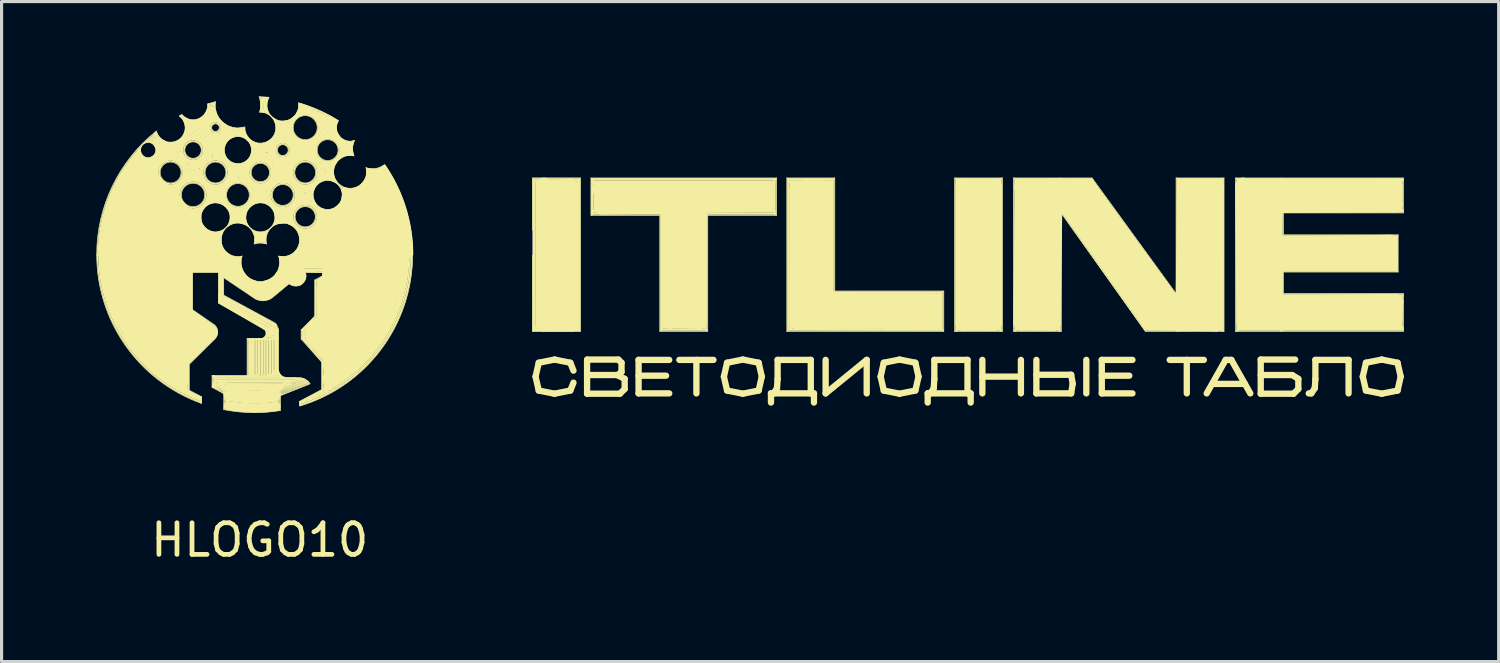
<source format=kicad_pcb>
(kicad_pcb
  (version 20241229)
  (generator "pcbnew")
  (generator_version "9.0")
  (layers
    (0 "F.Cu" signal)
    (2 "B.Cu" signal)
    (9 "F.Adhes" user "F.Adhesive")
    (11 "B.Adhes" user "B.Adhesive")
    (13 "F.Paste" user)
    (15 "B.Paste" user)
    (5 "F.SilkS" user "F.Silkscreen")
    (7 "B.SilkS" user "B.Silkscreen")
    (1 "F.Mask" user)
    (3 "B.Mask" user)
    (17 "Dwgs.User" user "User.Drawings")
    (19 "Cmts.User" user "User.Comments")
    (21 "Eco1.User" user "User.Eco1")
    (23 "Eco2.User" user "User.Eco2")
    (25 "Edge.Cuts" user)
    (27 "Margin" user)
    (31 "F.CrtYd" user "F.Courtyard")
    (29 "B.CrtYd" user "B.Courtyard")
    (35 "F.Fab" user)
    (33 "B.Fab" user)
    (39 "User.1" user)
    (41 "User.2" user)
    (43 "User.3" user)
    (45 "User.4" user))
  (footprint "HLOGO10"
    (layer "F.Cu")
    (at 5.01 5.01)
    (property "Reference" "HLOGO10" (at 0.16 9.03 0) (layer "F.SilkS") (effects (font (size 1 1) (thickness 0.15))))
    (attr through_hole)
    (fp_line (start -4.67 -1.14) (end -4.83 -0.04) (stroke (width 0.2) (type solid)) (layer "F.SilkS"))
    (fp_line (start -4.48 -1.7) (end -4.67 -1.14) (stroke (width 0.2) (type solid)) (layer "F.SilkS"))
    (fp_line (start -4.4 0.48) (end -4.26 1.14) (stroke (width 1) (type solid)) (layer "F.SilkS"))
    (fp_line (start -4.35 -0.11) (end -4.4 0.48) (stroke (width 1) (type solid)) (layer "F.SilkS"))
    (fp_line (start -4.31 -0.23) (end -3.61 -0.59) (stroke (width 1) (type solid)) (layer "F.SilkS"))
    (fp_line (start -4.26 1.14) (end -3.99 1.81) (stroke (width 1) (type solid)) (layer "F.SilkS"))
    (fp_line (start -4.15 -2.47) (end -4.48 -1.7) (stroke (width 0.2) (type solid)) (layer "F.SilkS"))
    (fp_line (start -3.99 1.81) (end -3.56 2.56) (stroke (width 1) (type solid)) (layer "F.SilkS"))
    (fp_line (start -3.97 -1.84) (end -4.31 -0.23) (stroke (width 1) (type solid)) (layer "F.SilkS"))
    (fp_line (start -3.95 -2.87) (end -3.58 -2.9) (stroke (width 0.1) (type solid)) (layer "F.SilkS"))
    (fp_line (start -3.85 -2.97) (end -3.95 -2.87) (stroke (width 0.1) (type solid)) (layer "F.SilkS"))
    (fp_line (start -3.84 -3.04) (end -3.73 -3.03) (stroke (width 0.1) (type solid)) (layer "F.SilkS"))
    (fp_line (start -3.82 -2.91) (end -4.15 -2.47) (stroke (width 0.2) (type solid)) (layer "F.SilkS"))
    (fp_line (start -3.77 -3.12) (end -3.14 -2.61) (stroke (width 0.1) (type solid)) (layer "F.SilkS"))
    (fp_line (start -3.74 -2.4) (end -1.57 -0.05) (stroke (width 1) (type solid)) (layer "F.SilkS"))
    (fp_line (start -3.73 -3.03) (end -3.62 -2.92) (stroke (width 0.1) (type solid)) (layer "F.SilkS"))
    (fp_line (start -3.71 -3.18) (end -3.3 -2.84) (stroke (width 0.1) (type solid)) (layer "F.SilkS"))
    (fp_line (start -3.66 -3.29) (end -3.63 -3.18) (stroke (width 0.1) (type solid)) (layer "F.SilkS"))
    (fp_line (start -3.64 -3.36) (end -3.66 -3.31) (stroke (width 0.03) (type solid)) (layer "F.SilkS"))
    (fp_line (start -3.63 -3.39) (end -3.68 -3.32) (stroke (width 0.03) (type solid)) (layer "F.SilkS"))
    (fp_line (start -3.63 -3.18) (end -3.58 -3.11) (stroke (width 0.1) (type solid)) (layer "F.SilkS"))
    (fp_line (start -3.62 -3.36) (end -3.64 -3.3) (stroke (width 0.03) (type solid)) (layer "F.SilkS"))
    (fp_line (start -3.62 -3.33) (end -3.63 -3.28) (stroke (width 0.03) (type solid)) (layer "F.SilkS"))
    (fp_line (start -3.62 -2.92) (end -3.85 -2.97) (stroke (width 0.1) (type solid)) (layer "F.SilkS"))
    (fp_line (start -3.61 -2.87) (end -3.17 -2.51) (stroke (width 0.2) (type solid)) (layer "F.SilkS"))
    (fp_line (start -3.61 -0.59) (end -2.8 0.37) (stroke (width 1) (type solid)) (layer "F.SilkS"))
    (fp_line (start -3.59 -3.43) (end -3.64 -3.34) (stroke (width 0.03) (type solid)) (layer "F.SilkS"))
    (fp_line (start -3.59 0.27) (end -3.16 2.01) (stroke (width 1) (type solid)) (layer "F.SilkS"))
    (fp_line (start -3.58 -3.11) (end -3.51 -3.05) (stroke (width 0.1) (type solid)) (layer "F.SilkS"))
    (fp_line (start -3.56 2.56) (end -3.1 3.11) (stroke (width 1) (type solid)) (layer "F.SilkS"))
    (fp_line (start -3.51 -3.05) (end -3.42 -3.02) (stroke (width 0.1) (type solid)) (layer "F.SilkS"))
    (fp_line (start -3.5 -3.52) (end -3.43 -3.58) (stroke (width 0.03) (type solid)) (layer "F.SilkS"))
    (fp_line (start -3.46 -3.55) (end -3.36 -3.57) (stroke (width 0.03) (type solid)) (layer "F.SilkS"))
    (fp_line (start -3.43 -3.58) (end -3.37 -3.63) (stroke (width 0.03) (type solid)) (layer "F.SilkS"))
    (fp_line (start -3.43 -3.58) (end -3.37 -3.61) (stroke (width 0.03) (type solid)) (layer "F.SilkS"))
    (fp_line (start -3.43 -3.57) (end -3.36 -3.59) (stroke (width 0.03) (type solid)) (layer "F.SilkS"))
    (fp_line (start -3.42 -3.02) (end -3.33 -3.02) (stroke (width 0.1) (type solid)) (layer "F.SilkS"))
    (fp_line (start -3.37 -3.62) (end -3.2 -3.77) (stroke (width 0.05) (type solid)) (layer "F.SilkS"))
    (fp_line (start -3.37 -2.96) (end -3.24 -2.78) (stroke (width 0.1) (type solid)) (layer "F.SilkS"))
    (fp_line (start -3.36 -3.58) (end -3.27 -3.56) (stroke (width 0.05) (type solid)) (layer "F.SilkS"))
    (fp_line (start -3.34 -3.59) (end -3.15 -3.76) (stroke (width 0.05) (type solid)) (layer "F.SilkS"))
    (fp_line (start -3.33 -3.02) (end -3.25 -3.05) (stroke (width 0.1) (type solid)) (layer "F.SilkS"))
    (fp_line (start -3.3 -2.98) (end -3.02 -2.95) (stroke (width 0.1) (type solid)) (layer "F.SilkS"))
    (fp_line (start -3.27 -3.56) (end -3.19 -3.51) (stroke (width 0.05) (type solid)) (layer "F.SilkS"))
    (fp_line (start -3.25 -3.57) (end -3.08 -3.72) (stroke (width 0.05) (type solid)) (layer "F.SilkS"))
    (fp_line (start -3.25 -3.05) (end -3.19 -3.09) (stroke (width 0.1) (type solid)) (layer "F.SilkS"))
    (fp_line (start -3.22 -2.73) (end -3.2 -2.9) (stroke (width 0.1) (type solid)) (layer "F.SilkS"))
    (fp_line (start -3.2 -3.55) (end -3.12 -3.45) (stroke (width 0.1) (type solid)) (layer "F.SilkS"))
    (fp_line (start -3.2 -2.9) (end -3.37 -2.96) (stroke (width 0.1) (type solid)) (layer "F.SilkS"))
    (fp_line (start -3.19 -3.09) (end -3.14 -3.14) (stroke (width 0.1) (type solid)) (layer "F.SilkS"))
    (fp_line (start -3.17 -3.62) (end -3.02 -3.46) (stroke (width 0.1) (type solid)) (layer "F.SilkS"))
    (fp_line (start -3.17 -2.51) (end -2.43 -1.73) (stroke (width 0.2) (type solid)) (layer "F.SilkS"))
    (fp_line (start -3.16 -3.84) (end -3.2 -3.78) (stroke (width 0.03) (type solid)) (layer "F.SilkS"))
    (fp_line (start -3.15 -3.83) (end -3.19 -3.77) (stroke (width 0.03) (type solid)) (layer "F.SilkS"))
    (fp_line (start -3.14 -3.14) (end -3.1 -3.2) (stroke (width 0.1) (type solid)) (layer "F.SilkS"))
    (fp_line (start -3.14 -3.08) (end -2.98 -3.16) (stroke (width 0.1) (type solid)) (layer "F.SilkS"))
    (fp_line (start -3.14 -2.68) (end -3.12 -2.9) (stroke (width 0.1) (type solid)) (layer "F.SilkS"))
    (fp_line (start -3.13 -3.83) (end -3.17 -3.76) (stroke (width 0.03) (type solid)) (layer "F.SilkS"))
    (fp_line (start -3.13 -3.82) (end -3.14 -3.76) (stroke (width 0.03) (type solid)) (layer "F.SilkS"))
    (fp_line (start -3.13 -3.82) (end -3.12 -3.75) (stroke (width 0.03) (type solid)) (layer "F.SilkS"))
    (fp_line (start -3.12 -3.88) (end -3.09 -3.81) (stroke (width 0.03) (type solid)) (layer "F.SilkS"))
    (fp_line (start -3.12 -3.86) (end -3.16 -3.82) (stroke (width 0.03) (type solid)) (layer "F.SilkS"))
    (fp_line (start -3.12 -3.45) (end -3.07 -3.3) (stroke (width 0.1) (type solid)) (layer "F.SilkS"))
    (fp_line (start -3.12 -2.9) (end -3.22 -2.73) (stroke (width 0.1) (type solid)) (layer "F.SilkS"))
    (fp_line (start -3.11 -3.86) (end -3.14 -3.81) (stroke (width 0.03) (type solid)) (layer "F.SilkS"))
    (fp_line (start -3.11 -3.85) (end -3.11 -3.8) (stroke (width 0.03) (type solid)) (layer "F.SilkS"))
    (fp_line (start -3.11 -3.81) (end -3.1 -3.74) (stroke (width 0.03) (type solid)) (layer "F.SilkS"))
    (fp_line (start -3.11 -3.81) (end -3.08 -3.75) (stroke (width 0.03) (type solid)) (layer "F.SilkS"))
    (fp_line (start -3.11 -3.65) (end -2.87 -3.46) (stroke (width 0.1) (type solid)) (layer "F.SilkS"))
    (fp_line (start -3.1 -3.75) (end -3.29 -3.59) (stroke (width 0.05) (type solid)) (layer "F.SilkS"))
    (fp_line (start -3.1 -3.2) (end -3.08 -3.29) (stroke (width 0.1) (type solid)) (layer "F.SilkS"))
    (fp_line (start -3.1 3.11) (end -2.61 3.54) (stroke (width 1) (type solid)) (layer "F.SilkS"))
    (fp_line (start -3.09 -3.82) (end -3.06 -3.76) (stroke (width 0.03) (type solid)) (layer "F.SilkS"))
    (fp_line (start -3.09 -3.43) (end -2.75 -3.28) (stroke (width 0.1) (type solid)) (layer "F.SilkS"))
    (fp_line (start -3.07 -3.75) (end -3.02 -3.69) (stroke (width 0.03) (type solid)) (layer "F.SilkS"))
    (fp_line (start -3.05 -3.76) (end -3 -3.69) (stroke (width 0.03) (type solid)) (layer "F.SilkS"))
    (fp_line (start -3.05 -3.36) (end -2.81 -3.2) (stroke (width 0.1) (type solid)) (layer "F.SilkS"))
    (fp_line (start -3.04 -3.71) (end -3.21 -3.56) (stroke (width 0.05) (type solid)) (layer "F.SilkS"))
    (fp_line (start -3.04 -3.06) (end -3.3 -2.98) (stroke (width 0.1) (type solid)) (layer "F.SilkS"))
    (fp_line (start -3.02 -2.95) (end -3.14 -2.68) (stroke (width 0.1) (type solid)) (layer "F.SilkS"))
    (fp_line (start -3.01 -3.45) (end -2.77 -3.37) (stroke (width 0.1) (type solid)) (layer "F.SilkS"))
    (fp_line (start -3 -3.69) (end -2.92 -3.63) (stroke (width 0.03) (type solid)) (layer "F.SilkS"))
    (fp_line (start -2.98 -3.16) (end -2.95 -2.96) (stroke (width 0.1) (type solid)) (layer "F.SilkS"))
    (fp_line (start -2.97 -3.29) (end -3.14 -3.08) (stroke (width 0.1) (type solid)) (layer "F.SilkS"))
    (fp_line (start -2.95 -2.96) (end -3.04 -3.06) (stroke (width 0.1) (type solid)) (layer "F.SilkS"))
    (fp_line (start -2.92 -3.63) (end -2.82 -3.58) (stroke (width 0.03) (type solid)) (layer "F.SilkS"))
    (fp_line (start -2.89 -3.56) (end -3.03 -3.65) (stroke (width 0.1) (type solid)) (layer "F.SilkS"))
    (fp_line (start -2.88 -3.24) (end -2.88 -3.01) (stroke (width 0.1) (type solid)) (layer "F.SilkS"))
    (fp_line (start -2.88 -3.01) (end -2.97 -3.29) (stroke (width 0.1) (type solid)) (layer "F.SilkS"))
    (fp_line (start -2.87 -3.46) (end -2.55 -3.44) (stroke (width 0.1) (type solid)) (layer "F.SilkS"))
    (fp_line (start -2.79 -3.52) (end -2.89 -3.56) (stroke (width 0.1) (type solid)) (layer "F.SilkS"))
    (fp_line (start -2.79 -3.26) (end -2.8 -3.06) (stroke (width 0.1) (type solid)) (layer "F.SilkS"))
    (fp_line (start -2.79 -2.16) (end -2.42 -1.84) (stroke (width 0.1) (type solid)) (layer "F.SilkS"))
    (fp_line (start -2.71 -3.42) (end -2.72 -3.07) (stroke (width 0.1) (type solid)) (layer "F.SilkS"))
    (fp_line (start -2.68 4.03) (end -2.67 3.26) (stroke (width 0.1) (type solid)) (layer "F.SilkS"))
    (fp_line (start -2.67 -3.51) (end -2.79 -3.52) (stroke (width 0.1) (type solid)) (layer "F.SilkS"))
    (fp_line (start -2.64 -3.05) (end -2.63 -3.39) (stroke (width 0.1) (type solid)) (layer "F.SilkS"))
    (fp_line (start -2.64 -2.14) (end -2.44 -1.97) (stroke (width 0.1) (type solid)) (layer "F.SilkS"))
    (fp_line (start -2.64 0.85) (end -3.59 0.27) (stroke (width 1) (type solid)) (layer "F.SilkS"))
    (fp_line (start -2.61 3.42) (end -2.6 4.14) (stroke (width 0.1) (type solid)) (layer "F.SilkS"))
    (fp_line (start -2.61 3.54) (end -2.64 0.85) (stroke (width 1) (type solid)) (layer "F.SilkS"))
    (fp_line (start -2.6 4.14) (end -2.68 4.03) (stroke (width 0.1) (type solid)) (layer "F.SilkS"))
    (fp_line (start -2.58 -3.52) (end -2.67 -3.51) (stroke (width 0.1) (type solid)) (layer "F.SilkS"))
    (fp_line (start -2.55 4.16) (end -2.54 3.45) (stroke (width 0.1) (type solid)) (layer "F.SilkS"))
    (fp_line (start -2.54 -3.42) (end -2.58 -3.07) (stroke (width 0.1) (type solid)) (layer "F.SilkS"))
    (fp_line (start -2.54 3.45) (end -2.61 3.42) (stroke (width 0.1) (type solid)) (layer "F.SilkS"))
    (fp_line (start -2.53 -2.16) (end -2.43 -2.07) (stroke (width 0.1) (type solid)) (layer "F.SilkS"))
    (fp_line (start -2.49 -3.54) (end -2.58 -3.52) (stroke (width 0.1) (type solid)) (layer "F.SilkS"))
    (fp_line (start -2.49 -0.11) (end -3.97 -1.84) (stroke (width 1) (type solid)) (layer "F.SilkS"))
    (fp_line (start -2.45 -3.43) (end -2.52 -3.07) (stroke (width 0.1) (type solid)) (layer "F.SilkS"))
    (fp_line (start -2.44 3.25) (end -2.36 1.9) (stroke (width 0.5) (type solid)) (layer "F.SilkS"))
    (fp_line (start -2.43 -3.42) (end -2.14 -3.72) (stroke (width 0.1) (type solid)) (layer "F.SilkS"))
    (fp_line (start -2.43 -2.15) (end -2.21 -2.36) (stroke (width 0.1) (type solid)) (layer "F.SilkS"))
    (fp_line (start -2.43 -1.73) (end -1.79 -0.97) (stroke (width 0.2) (type solid)) (layer "F.SilkS"))
    (fp_line (start -2.37 -3.6) (end -2.49 -3.54) (stroke (width 0.1) (type solid)) (layer "F.SilkS"))
    (fp_line (start -2.37 4.22) (end -2.2 4.22) (stroke (width 0.1) (type solid)) (layer "F.SilkS"))
    (fp_line (start -2.36 -3.56) (end -2.53 -3.44) (stroke (width 0.1) (type solid)) (layer "F.SilkS"))
    (fp_line (start -2.35 -4.38) (end -2.27 -4.31) (stroke (width 0.05) (type solid)) (layer "F.SilkS"))
    (fp_line (start -2.35 -3.46) (end -2.41 -3.24) (stroke (width 0.1) (type solid)) (layer "F.SilkS"))
    (fp_line (start -2.34 -4.4) (end -2.24 -4.31) (stroke (width 0.05) (type solid)) (layer "F.SilkS"))
    (fp_line (start -2.34 3.98) (end -2.33 3.65) (stroke (width 0.5) (type solid)) (layer "F.SilkS"))
    (fp_line (start -2.31 -4.41) (end -2.22 -4.33) (stroke (width 0.05) (type solid)) (layer "F.SilkS"))
    (fp_line (start -2.29 -3.67) (end -2.37 -3.6) (stroke (width 0.1) (type solid)) (layer "F.SilkS"))
    (fp_line (start -2.29 3.33) (end -1.42 2.47) (stroke (width 0.5) (type solid)) (layer "F.SilkS"))
    (fp_line (start -2.28 -2.88) (end -2.16 -2.97) (stroke (width 0.1) (type solid)) (layer "F.SilkS"))
    (fp_line (start -2.27 -4.3) (end -2.23 -4.23) (stroke (width 0.05) (type solid)) (layer "F.SilkS"))
    (fp_line (start -2.26 -2.9) (end -2.5 -3.1) (stroke (width 0.1) (type solid)) (layer "F.SilkS"))
    (fp_line (start -2.25 -2.8) (end -2.02 -2.81) (stroke (width 0.1) (type solid)) (layer "F.SilkS"))
    (fp_line (start -2.24 -4.29) (end -2.16 -4.16) (stroke (width 0.05) (type solid)) (layer "F.SilkS"))
    (fp_line (start -2.23 -4.31) (end -2.13 -4.25) (stroke (width 0.05) (type solid)) (layer "F.SilkS"))
    (fp_line (start -2.23 -4.23) (end -2.2 -4.16) (stroke (width 0.05) (type solid)) (layer "F.SilkS"))
    (fp_line (start -2.23 -3.75) (end -2.29 -3.67) (stroke (width 0.1) (type solid)) (layer "F.SilkS"))
    (fp_line (start -2.23 -2.41) (end -1.68 -2.41) (stroke (width 0.1) (type solid)) (layer "F.SilkS"))
    (fp_line (start -2.23 0.28) (end -2.23 1.7) (stroke (width 0.5) (type solid)) (layer "F.SilkS"))
    (fp_line (start -2.22 -2.94) (end -2.43 -3.16) (stroke (width 0.1) (type solid)) (layer "F.SilkS"))
    (fp_line (start -2.22 -2.49) (end -1.7 -2.49) (stroke (width 0.1) (type solid)) (layer "F.SilkS"))
    (fp_line (start -2.22 1.87) (end -1.42 2.43) (stroke (width 0.5) (type solid)) (layer "F.SilkS"))
    (fp_line (start -2.21 -4.33) (end -2.14 -4.29) (stroke (width 0.05) (type solid)) (layer "F.SilkS"))
    (fp_line (start -2.2 -4.26) (end -2.12 -4.18) (stroke (width 0.05) (type solid)) (layer "F.SilkS"))
    (fp_line (start -2.2 -4.16) (end -2.18 -4.05) (stroke (width 0.05) (type solid)) (layer "F.SilkS"))
    (fp_line (start -2.19 -2.57) (end -1.72 -2.57) (stroke (width 0.1) (type solid)) (layer "F.SilkS"))
    (fp_line (start -2.18 -4.05) (end -2.18 -3.95) (stroke (width 0.05) (type solid)) (layer "F.SilkS"))
    (fp_line (start -2.18 -3.86) (end -2.23 -3.75) (stroke (width 0.1) (type solid)) (layer "F.SilkS"))
    (fp_line (start -2.17 4.09) (end -2.16 4.35) (stroke (width 0.1) (type solid)) (layer "F.SilkS"))
    (fp_line (start -2.16 -3.76) (end -1.55 -4.18) (stroke (width 0.1) (type solid)) (layer "F.SilkS"))
    (fp_line (start -2.16 -2.97) (end -2.38 -3.22) (stroke (width 0.1) (type solid)) (layer "F.SilkS"))
    (fp_line (start -2.16 -2.41) (end -2.29 -2.28) (stroke (width 0.1) (type solid)) (layer "F.SilkS"))
    (fp_line (start -2.16 4.35) (end -2.37 4.22) (stroke (width 0.1) (type solid)) (layer "F.SilkS"))
    (fp_line (start -2.15 -4.17) (end -2.11 -4) (stroke (width 0.1) (type solid)) (layer "F.SilkS"))
    (fp_line (start -2.15 -3.95) (end -2.18 -3.86) (stroke (width 0.1) (type solid)) (layer "F.SilkS"))
    (fp_line (start -2.14 -4.29) (end -2.04 -4.25) (stroke (width 0.05) (type solid)) (layer "F.SilkS"))
    (fp_line (start -2.14 -4.24) (end -2.09 -4.2) (stroke (width 0.05) (type solid)) (layer "F.SilkS"))
    (fp_line (start -2.12 -4.26) (end -2.06 -4.22) (stroke (width 0.05) (type solid)) (layer "F.SilkS"))
    (fp_line (start -2.12 -3.88) (end -1.57 -4.25) (stroke (width 0.1) (type solid)) (layer "F.SilkS"))
    (fp_line (start -2.11 -4.2) (end -2.04 -4.06) (stroke (width 0.1) (type solid)) (layer "F.SilkS"))
    (fp_line (start -2.1 -3.96) (end -1.64 -4.28) (stroke (width 0.1) (type solid)) (layer "F.SilkS"))
    (fp_line (start -2.1 4.31) (end -2.1 3.46) (stroke (width 0.055) (type solid)) (layer "F.SilkS"))
    (fp_line (start -2.09 -1.44) (end -1.75 -1.09) (stroke (width 0.1) (type solid)) (layer "F.SilkS"))
    (fp_line (start -2.07 3.47) (end -1.26 2.67) (stroke (width 0.02) (type solid)) (layer "F.SilkS"))
    (fp_line (start -2.07 4.29) (end -2.07 3.47) (stroke (width 0.02) (type solid)) (layer "F.SilkS"))
    (fp_line (start -2.05 -4.2) (end -1.84 -4.19) (stroke (width 0.1) (type solid)) (layer "F.SilkS"))
    (fp_line (start -2.04 -4.25) (end -1.93 -4.24) (stroke (width 0.05) (type solid)) (layer "F.SilkS"))
    (fp_line (start -2.03 -2.9) (end -2.28 -2.88) (stroke (width 0.1) (type solid)) (layer "F.SilkS"))
    (fp_line (start -2.03 0.29) (end -1.08 0.29) (stroke (width 0.5) (type solid)) (layer "F.SilkS"))
    (fp_line (start -2.02 -2.81) (end -2.03 -2.9) (stroke (width 0.1) (type solid)) (layer "F.SilkS"))
    (fp_line (start -2.01 -4.15) (end -1.95 -4.11) (stroke (width 0.1) (type solid)) (layer "F.SilkS"))
    (fp_line (start -1.99 0.54) (end -1.99 1.75) (stroke (width 0.055) (type solid)) (layer "F.SilkS"))
    (fp_line (start -1.99 0.54) (end -1.13 0.54) (stroke (width 0.055) (type solid)) (layer "F.SilkS"))
    (fp_line (start -1.97 0.57) (end -1.15 0.57) (stroke (width 0.02) (type solid)) (layer "F.SilkS"))
    (fp_line (start -1.97 1.74) (end -1.97 0.57) (stroke (width 0.02) (type solid)) (layer "F.SilkS"))
    (fp_line (start -1.97 2.2) (end -1.99 2.92) (stroke (width 0.5) (type solid)) (layer "F.SilkS"))
    (fp_line (start -1.95 -2.92) (end -1.95 -2.75) (stroke (width 0.1) (type solid)) (layer "F.SilkS"))
    (fp_line (start -1.93 -4.24) (end -1.83 -4.26) (stroke (width 0.05) (type solid)) (layer "F.SilkS"))
    (fp_line (start -1.93 -1.37) (end -1.8 -1.24) (stroke (width 0.1) (type solid)) (layer "F.SilkS"))
    (fp_line (start -1.84 -3.68) (end -1.49 -3.93) (stroke (width 0.1) (type solid)) (layer "F.SilkS"))
    (fp_line (start -1.84 -2.75) (end -2.18 -2.74) (stroke (width 0.1) (type solid)) (layer "F.SilkS"))
    (fp_line (start -1.81 -2.93) (end -1.95 -2.84) (stroke (width 0.1) (type solid)) (layer "F.SilkS"))
    (fp_line (start -1.8 -2.72) (end -1.68 -2.99) (stroke (width 0.1) (type solid)) (layer "F.SilkS"))
    (fp_line (start -1.8 -1.24) (end -1.79 -1.34) (stroke (width 0.1) (type solid)) (layer "F.SilkS"))
    (fp_line (start -1.79 -0.97) (end -0.98 0.03) (stroke (width 0.2) (type solid)) (layer "F.SilkS"))
    (fp_line (start -1.74 -1.21) (end -1.74 -1.13) (stroke (width 0.1) (type solid)) (layer "F.SilkS"))
    (fp_line (start -1.74 -1.13) (end -1.72 -1) (stroke (width 0.1) (type solid)) (layer "F.SilkS"))
    (fp_line (start -1.73 -1.42) (end -1.93 -1.37) (stroke (width 0.1) (type solid)) (layer "F.SilkS"))
    (fp_line (start -1.73 -1.33) (end -1.74 -1.23) (stroke (width 0.1) (type solid)) (layer "F.SilkS"))
    (fp_line (start -1.72 -2.97) (end -1.88 -2.77) (stroke (width 0.1) (type solid)) (layer "F.SilkS"))
    (fp_line (start -1.72 -2.66) (end -2.18 -2.66) (stroke (width 0.1) (type solid)) (layer "F.SilkS"))
    (fp_line (start -1.72 -1) (end -1.66 -0.9) (stroke (width 0.1) (type solid)) (layer "F.SilkS"))
    (fp_line (start -1.72 4.53) (end -2.09 4.34) (stroke (width 0.1) (type solid)) (layer "F.SilkS"))
    (fp_line (start -1.71 -4.28) (end -1.81 -4.24) (stroke (width 0.1) (type solid)) (layer "F.SilkS"))
    (fp_line (start -1.7 -2.38) (end -1.45 -2.13) (stroke (width 0.1) (type solid)) (layer "F.SilkS"))
    (fp_line (start -1.7 4.68) (end -1.7 4.51) (stroke (width 0.05) (type solid)) (layer "F.SilkS"))
    (fp_line (start -1.68 -3.59) (end -1.4 -3.79) (stroke (width 0.1) (type solid)) (layer "F.SilkS"))
    (fp_line (start -1.68 4.5) (end -2.07 4.29) (stroke (width 0.02) (type solid)) (layer "F.SilkS"))
    (fp_line (start -1.68 4.71) (end -1.68 4.5) (stroke (width 0.02) (type solid)) (layer "F.SilkS"))
    (fp_line (start -1.66 -1.46) (end -1.73 -1.33) (stroke (width 0.1) (type solid)) (layer "F.SilkS"))
    (fp_line (start -1.66 -0.9) (end -1.57 -0.8) (stroke (width 0.1) (type solid)) (layer "F.SilkS"))
    (fp_line (start -1.64 -3.55) (end -0.94 -3.57) (stroke (width 0.1) (type solid)) (layer "F.SilkS"))
    (fp_line (start -1.62 -4.35) (end -1.71 -4.28) (stroke (width 0.1) (type solid)) (layer "F.SilkS"))
    (fp_line (start -1.61 -3.56) (end -1.54 -3.43) (stroke (width 0.1) (type solid)) (layer "F.SilkS"))
    (fp_line (start -1.6 -3.62) (end -0.89 -3.64) (stroke (width 0.1) (type solid)) (layer "F.SilkS"))
    (fp_line (start -1.6 -3.11) (end -1.71 -2.67) (stroke (width 0.1) (type solid)) (layer "F.SilkS"))
    (fp_line (start -1.58 -4.34) (end -1.47 -4.16) (stroke (width 0.1) (type solid)) (layer "F.SilkS"))
    (fp_line (start -1.58 -1.56) (end -1.66 -1.46) (stroke (width 0.1) (type solid)) (layer "F.SilkS"))
    (fp_line (start -1.57 -0.8) (end -1.47 -0.73) (stroke (width 0.1) (type solid)) (layer "F.SilkS"))
    (fp_line (start -1.57 -0.05) (end -2.49 -0.11) (stroke (width 1) (type solid)) (layer "F.SilkS"))
    (fp_line (start -1.56 -4.41) (end -1.62 -4.35) (stroke (width 0.1) (type solid)) (layer "F.SilkS"))
    (fp_line (start -1.54 -3.26) (end -1.57 -2.92) (stroke (width 0.1) (type solid)) (layer "F.SilkS"))
    (fp_line (start -1.52 -4.47) (end -1.56 -4.41) (stroke (width 0.1) (type solid)) (layer "F.SilkS"))
    (fp_line (start -1.52 -3.54) (end -1.48 -3.01) (stroke (width 0.1) (type solid)) (layer "F.SilkS"))
    (fp_line (start -1.49 -3.67) (end -0.92 -3.71) (stroke (width 0.1) (type solid)) (layer "F.SilkS"))
    (fp_line (start -1.49 -1.62) (end -1.58 -1.56) (stroke (width 0.1) (type solid)) (layer "F.SilkS"))
    (fp_line (start -1.47 -4.76) (end -1.47 -4.67) (stroke (width 0.05) (type solid)) (layer "F.SilkS"))
    (fp_line (start -1.47 -4.65) (end -1.5 -4.55) (stroke (width 0.05) (type solid)) (layer "F.SilkS"))
    (fp_line (start -1.47 -4.61) (end -1.28 -4.63) (stroke (width 0.05) (type solid)) (layer "F.SilkS"))
    (fp_line (start -1.47 -4.57) (end -1.52 -4.47) (stroke (width 0.1) (type solid)) (layer "F.SilkS"))
    (fp_line (start -1.47 -4.04) (end -1.94 -3.71) (stroke (width 0.1) (type solid)) (layer "F.SilkS"))
    (fp_line (start -1.47 -0.73) (end -1.35 -0.69) (stroke (width 0.1) (type solid)) (layer "F.SilkS"))
    (fp_line (start -1.46 -4.49) (end -1.39 -4.24) (stroke (width 0.1) (type solid)) (layer "F.SilkS"))
    (fp_line (start -1.46 -1.7) (end -1.42 -1.92) (stroke (width 0.1) (type solid)) (layer "F.SilkS"))
    (fp_line (start -1.45 -4.76) (end -1.27 -4.81) (stroke (width 0.05) (type solid)) (layer "F.SilkS"))
    (fp_line (start -1.45 -4.72) (end -1.3 -4.76) (stroke (width 0.05) (type solid)) (layer "F.SilkS"))
    (fp_line (start -1.45 -4.67) (end -1.29 -4.72) (stroke (width 0.05) (type solid)) (layer "F.SilkS"))
    (fp_line (start -1.45 -4.15) (end -2.09 -3.7) (stroke (width 0.1) (type solid)) (layer "F.SilkS"))
    (fp_line (start -1.44 -3.87) (end -1.72 -3.66) (stroke (width 0.1) (type solid)) (layer "F.SilkS"))
    (fp_line (start -1.44 -2.07) (end -1.08 -2.07) (stroke (width 0.1) (type solid)) (layer "F.SilkS"))
    (fp_line (start -1.43 -4.2) (end -1.51 -4.39) (stroke (width 0.1) (type solid)) (layer "F.SilkS"))
    (fp_line (start -1.43 -2.14) (end -1.03 -2.14) (stroke (width 0.1) (type solid)) (layer "F.SilkS"))
    (fp_line (start -1.43 -0.67) (end -1.17 -0.5) (stroke (width 0.1) (type solid)) (layer "F.SilkS"))
    (fp_line (start -1.42 -4.57) (end -1.33 -4.25) (stroke (width 0.1) (type solid)) (layer "F.SilkS"))
    (fp_line (start -1.42 -3.04) (end -1.44 -3.5) (stroke (width 0.1) (type solid)) (layer "F.SilkS"))
    (fp_line (start -1.42 -1.92) (end -1.44 -2.07) (stroke (width 0.1) (type solid)) (layer "F.SilkS"))
    (fp_line (start -1.38 -3.73) (end -1.05 -3.76) (stroke (width 0.1) (type solid)) (layer "F.SilkS"))
    (fp_line (start -1.37 -1.78) (end -1.36 -2) (stroke (width 0.1) (type solid)) (layer "F.SilkS"))
    (fp_line (start -1.37 -1.67) (end -1.49 -1.62) (stroke (width 0.1) (type solid)) (layer "F.SilkS"))
    (fp_line (start -1.36 -3.54) (end -1.38 -3.06) (stroke (width 0.1) (type solid)) (layer "F.SilkS"))
    (fp_line (start -1.36 -2) (end -1.14 -1.99) (stroke (width 0.1) (type solid)) (layer "F.SilkS"))
    (fp_line (start -1.35 -4.57) (end -1.25 -4.29) (stroke (width 0.1) (type solid)) (layer "F.SilkS"))
    (fp_line (start -1.35 -0.69) (end -1.26 -0.67) (stroke (width 0.1) (type solid)) (layer "F.SilkS"))
    (fp_line (start -1.35 3.82) (end -0.24 3.82) (stroke (width 0.02) (type solid)) (layer "F.SilkS"))
    (fp_line (start -1.35 4.2) (end -1.35 3.82) (stroke (width 0.02) (type solid)) (layer "F.SilkS"))
    (fp_line (start -1.35 4.2) (end -0.98 4.4) (stroke (width 0.02) (type solid)) (layer "F.SilkS"))
    (fp_line (start -1.34 4.13) (end -0.88 4.25) (stroke (width 0.025) (type solid)) (layer "F.SilkS"))
    (fp_line (start -1.34 4.14) (end -0.92 4.27) (stroke (width 0.025) (type solid)) (layer "F.SilkS"))
    (fp_line (start -1.34 4.16) (end -0.94 4.31) (stroke (width 0.025) (type solid)) (layer "F.SilkS"))
    (fp_line (start -1.34 4.17) (end -0.96 4.34) (stroke (width 0.025) (type solid)) (layer "F.SilkS"))
    (fp_line (start -1.34 4.18) (end -1.34 4.17) (stroke (width 0.025) (type solid)) (layer "F.SilkS"))
    (fp_line (start -1.33 4.19) (end -0.97 4.39) (stroke (width 0.025) (type solid)) (layer "F.SilkS"))
    (fp_line (start -1.32 3.85) (end -1.32 4.1) (stroke (width 0.05) (type solid)) (layer "F.SilkS"))
    (fp_line (start -1.32 4.1) (end -1.06 4.16) (stroke (width 0.05) (type solid)) (layer "F.SilkS"))
    (fp_line (start -1.3 3.86) (end 0.81 3.86) (stroke (width 0.08) (type solid)) (layer "F.SilkS"))
    (fp_line (start -1.29 -3.07) (end -1.29 -3.53) (stroke (width 0.1) (type solid)) (layer "F.SilkS"))
    (fp_line (start -1.29 -1.93) (end -1.21 -1.92) (stroke (width 0.1) (type solid)) (layer "F.SilkS"))
    (fp_line (start -1.29 -1.86) (end -1.29 -1.93) (stroke (width 0.1) (type solid)) (layer "F.SilkS"))
    (fp_line (start -1.29 4.09) (end -1.27 3.89) (stroke (width 0.05) (type solid)) (layer "F.SilkS"))
    (fp_line (start -1.28 -4.67) (end -1.45 -4.65) (stroke (width 0.05) (type solid)) (layer "F.SilkS"))
    (fp_line (start -1.28 3.84) (end -1.33 3.84) (stroke (width 0.05) (type solid)) (layer "F.SilkS"))
    (fp_line (start -1.27 -4.72) (end -1.27 -4.62) (stroke (width 0.05) (type solid)) (layer "F.SilkS"))
    (fp_line (start -1.27 -4.62) (end -1.25 -4.55) (stroke (width 0.05) (type solid)) (layer "F.SilkS"))
    (fp_line (start -1.27 -4.59) (end -1.47 -4.57) (stroke (width 0.05) (type solid)) (layer "F.SilkS"))
    (fp_line (start -1.27 -4.55) (end -1.25 -4.46) (stroke (width 0.1) (type solid)) (layer "F.SilkS"))
    (fp_line (start -1.27 4.14) (end -1.31 4.07) (stroke (width 0.05) (type solid)) (layer "F.SilkS"))
    (fp_line (start -1.26 -4.82) (end -1.27 -4.74) (stroke (width 0.05) (type solid)) (layer "F.SilkS"))
    (fp_line (start -1.26 -1.69) (end -1.37 -1.67) (stroke (width 0.1) (type solid)) (layer "F.SilkS"))
    (fp_line (start -1.26 -0.67) (end -1.16 -0.68) (stroke (width 0.1) (type solid)) (layer "F.SilkS"))
    (fp_line (start -1.26 2.23) (end -1.97 1.74) (stroke (width 0.02) (type solid)) (layer "F.SilkS"))
    (fp_line (start -1.25 -4.46) (end -1.21 -4.37) (stroke (width 0.1) (type solid)) (layer "F.SilkS"))
    (fp_line (start -1.25 -1.73) (end -1.46 -1.7) (stroke (width 0.1) (type solid)) (layer "F.SilkS"))
    (fp_line (start -1.25 3.98) (end -1.25 4.06) (stroke (width 0.05) (type solid)) (layer "F.SilkS"))
    (fp_line (start -1.25 4.06) (end -0.97 4.09) (stroke (width 0.05) (type solid)) (layer "F.SilkS"))
    (fp_line (start -1.24 3.93) (end 1.43 3.93) (stroke (width 0.065) (type solid)) (layer "F.SilkS"))
    (fp_line (start -1.22 4.02) (end -0.91 4.06) (stroke (width 0.05) (type solid)) (layer "F.SilkS"))
    (fp_line (start -1.21 -4.37) (end -1.17 -4.31) (stroke (width 0.1) (type solid)) (layer "F.SilkS"))
    (fp_line (start -1.21 -3.53) (end -1.21 -3.08) (stroke (width 0.1) (type solid)) (layer "F.SilkS"))
    (fp_line (start -1.2 -0.62) (end -1.43 -0.67) (stroke (width 0.1) (type solid)) (layer "F.SilkS"))
    (fp_line (start -1.17 -0.5) (end -1.14 -0.37) (stroke (width 0.1) (type solid)) (layer "F.SilkS"))
    (fp_line (start -1.16 -1.84) (end -1.29 -1.86) (stroke (width 0.1) (type solid)) (layer "F.SilkS"))
    (fp_line (start -1.16 -0.68) (end -1.09 -0.7) (stroke (width 0.1) (type solid)) (layer "F.SilkS"))
    (fp_line (start -1.16 -0.45) (end -1.2 -0.62) (stroke (width 0.1) (type solid)) (layer "F.SilkS"))
    (fp_line (start -1.15 0.57) (end -1.15 1.53) (stroke (width 0.02) (type solid)) (layer "F.SilkS"))
    (fp_line (start -1.15 1.53) (end 0.29 2.36) (stroke (width 0.02) (type solid)) (layer "F.SilkS"))
    (fp_line (start -1.14 -4.27) (end -1.01 -4.12) (stroke (width 0.1) (type solid)) (layer "F.SilkS"))
    (fp_line (start -1.14 -1.99) (end -1.16 -1.84) (stroke (width 0.1) (type solid)) (layer "F.SilkS"))
    (fp_line (start -1.14 -0.37) (end -1.5 -0.72) (stroke (width 0.1) (type solid)) (layer "F.SilkS"))
    (fp_line (start -1.13 -3.03) (end -1.12 -3.51) (stroke (width 0.1) (type solid)) (layer "F.SilkS"))
    (fp_line (start -1.13 -0.64) (end -1.16 -0.45) (stroke (width 0.1) (type solid)) (layer "F.SilkS"))
    (fp_line (start -1.13 1.29) (end -1.13 1.45) (stroke (width 0.04) (type solid)) (layer "F.SilkS"))
    (fp_line (start -1.12 0.64) (end -1.12 1.51) (stroke (width 0.055) (type solid)) (layer "F.SilkS"))
    (fp_line (start -1.11 -1.67) (end -1.26 -1.69) (stroke (width 0.1) (type solid)) (layer "F.SilkS"))
    (fp_line (start -1.1 -0.52) (end -1.1 -0.42) (stroke (width 0.1) (type solid)) (layer "F.SilkS"))
    (fp_line (start -1.1 -0.42) (end -1.09 -0.33) (stroke (width 0.1) (type solid)) (layer "F.SilkS"))
    (fp_line (start -1.1 0.64) (end -1.1 0.56) (stroke (width 0.1) (type solid)) (layer "F.SilkS"))
    (fp_line (start -1.09 -1.77) (end -1.37 -1.78) (stroke (width 0.1) (type solid)) (layer "F.SilkS"))
    (fp_line (start -1.09 -0.7) (end -1.06 -0.71) (stroke (width 0.1) (type solid)) (layer "F.SilkS"))
    (fp_line (start -1.09 -0.61) (end -1.1 -0.52) (stroke (width 0.1) (type solid)) (layer "F.SilkS"))
    (fp_line (start -1.09 -0.33) (end -1.05 -0.21) (stroke (width 0.1) (type solid)) (layer "F.SilkS"))
    (fp_line (start -1.09 1.39) (end 0.55 2.3) (stroke (width 0.1) (type solid)) (layer "F.SilkS"))
    (fp_line (start -1.09 1.49) (end 0.39 2.34) (stroke (width 0.14) (type solid)) (layer "F.SilkS"))
    (fp_line (start -1.08 -2.07) (end -1.09 -1.77) (stroke (width 0.1) (type solid)) (layer "F.SilkS"))
    (fp_line (start -1.07 -3.85) (end -0.83 -3.7) (stroke (width 0.1) (type solid)) (layer "F.SilkS"))
    (fp_line (start -1.07 -3.53) (end -1.04 -3.02) (stroke (width 0.1) (type solid)) (layer "F.SilkS"))
    (fp_line (start -1.07 4.2) (end -1 4.14) (stroke (width 0.05) (type solid)) (layer "F.SilkS"))
    (fp_line (start -1.06 1.29) (end -1.06 0.73) (stroke (width 0.16) (type solid)) (layer "F.SilkS"))
    (fp_line (start -1.06 4.16) (end -1.01 4.12) (stroke (width 0.05) (type solid)) (layer "F.SilkS"))
    (fp_line (start -1.05 -0.74) (end -0.95 -0.81) (stroke (width 0.02) (type solid)) (layer "F.SilkS"))
    (fp_line (start -1.05 -0.7) (end -1.09 -0.61) (stroke (width 0.1) (type solid)) (layer "F.SilkS"))
    (fp_line (start -1.05 -0.21) (end -0.96 -0.08) (stroke (width 0.1) (type solid)) (layer "F.SilkS"))
    (fp_line (start -1.03 -3.28) (end -0.98 -3.1) (stroke (width 0.1) (type solid)) (layer "F.SilkS"))
    (fp_line (start -1.03 -2.14) (end -1.01 -1.69) (stroke (width 0.1) (type solid)) (layer "F.SilkS"))
    (fp_line (start -1.03 -0.71) (end -0.98 -0.77) (stroke (width 0.02) (type solid)) (layer "F.SilkS"))
    (fp_line (start -1.02 -2.11) (end -0.77 -2.38) (stroke (width 0.1) (type solid)) (layer "F.SilkS"))
    (fp_line (start -1.02 0.64) (end -1.02 0.55) (stroke (width 0.1) (type solid)) (layer "F.SilkS"))
    (fp_line (start -1.01 -4.14) (end -0.93 -4.08) (stroke (width 0.1) (type solid)) (layer "F.SilkS"))
    (fp_line (start -1.01 -3.42) (end -1.03 -3.28) (stroke (width 0.1) (type solid)) (layer "F.SilkS"))
    (fp_line (start -1.01 -1.69) (end -1.25 -1.73) (stroke (width 0.1) (type solid)) (layer "F.SilkS"))
    (fp_line (start -1.01 -1.63) (end -1.11 -1.67) (stroke (width 0.1) (type solid)) (layer "F.SilkS"))
    (fp_line (start -1.01 4.12) (end -1.29 4.09) (stroke (width 0.05) (type solid)) (layer "F.SilkS"))
    (fp_line (start -1 -3.97) (end -0.71 -3.78) (stroke (width 0.1) (type solid)) (layer "F.SilkS"))
    (fp_line (start -0.99 4.37) (end -0.96 4.32) (stroke (width 0.025) (type solid)) (layer "F.SilkS"))
    (fp_line (start -0.98 -4.03) (end -0.74 -3.91) (stroke (width 0.1) (type solid)) (layer "F.SilkS"))
    (fp_line (start -0.98 -3.05) (end -0.76 -2.83) (stroke (width 0.1) (type solid)) (layer "F.SilkS"))
    (fp_line (start -0.98 0.03) (end -2.24 0.06) (stroke (width 0.2) (type solid)) (layer "F.SilkS"))
    (fp_line (start -0.98 0.73) (end -0.98 1.28) (stroke (width 0.02) (type solid)) (layer "F.SilkS"))
    (fp_line (start -0.98 1.28) (end 0.64 2.16) (stroke (width 0.02) (type solid)) (layer "F.SilkS"))
    (fp_line (start -0.98 4.9) (end -0.98 4.4) (stroke (width 0.02) (type solid)) (layer "F.SilkS"))
    (fp_line (start -0.97 -3.56) (end -1.01 -3.42) (stroke (width 0.1) (type solid)) (layer "F.SilkS"))
    (fp_line (start -0.97 -0.8) (end -1.07 -0.74) (stroke (width 0.02) (type solid)) (layer "F.SilkS"))
    (fp_line (start -0.97 -0.78) (end -1.01 -0.71) (stroke (width 0.02) (type solid)) (layer "F.SilkS"))
    (fp_line (start -0.97 4.09) (end 0.84 4.11) (stroke (width 0.05) (type solid)) (layer "F.SilkS"))
    (fp_line (start -0.97 4.36) (end -1.34 4.18) (stroke (width 0.025) (type solid)) (layer "F.SilkS"))
    (fp_line (start -0.97 4.39) (end -0.97 4.36) (stroke (width 0.025) (type solid)) (layer "F.SilkS"))
    (fp_line (start -0.97 4.84) (end -0.97 4.89) (stroke (width 0.02) (type solid)) (layer "F.SilkS"))
    (fp_line (start -0.97 4.89) (end -0.93 4.9) (stroke (width 0.02) (type solid)) (layer "F.SilkS"))
    (fp_line (start -0.96 -0.8) (end -0.85 -0.91) (stroke (width 0.02) (type solid)) (layer "F.SilkS"))
    (fp_line (start -0.96 -0.08) (end -0.81 0.04) (stroke (width 0.1) (type solid)) (layer "F.SilkS"))
    (fp_line (start -0.96 0.55) (end -0.91 0.62) (stroke (width 0.1) (type solid)) (layer "F.SilkS"))
    (fp_line (start -0.96 4.2) (end 0.8 4.2) (stroke (width 0.2) (type solid)) (layer "F.SilkS"))
    (fp_line (start -0.96 4.32) (end -1.34 4.16) (stroke (width 0.025) (type solid)) (layer "F.SilkS"))
    (fp_line (start -0.96 4.34) (end -0.99 4.37) (stroke (width 0.025) (type solid)) (layer "F.SilkS"))
    (fp_line (start -0.96 4.5) (end -0.96 4.71) (stroke (width 0.025) (type solid)) (layer "F.SilkS"))
    (fp_line (start -0.96 4.51) (end -0.96 4.55) (stroke (width 0.025) (type solid)) (layer "F.SilkS"))
    (fp_line (start -0.96 4.56) (end -0.96 4.6) (stroke (width 0.025) (type solid)) (layer "F.SilkS"))
    (fp_line (start -0.95 -0.81) (end -1.03 -0.74) (stroke (width 0.02) (type solid)) (layer "F.SilkS"))
    (fp_line (start -0.94 4.31) (end -0.93 4.29) (stroke (width 0.025) (type solid)) (layer "F.SilkS"))
    (fp_line (start -0.94 4.67) (end -0.94 4.55) (stroke (width 0.025) (type solid)) (layer "F.SilkS"))
    (fp_line (start -0.93 -4.08) (end -0.85 -4.03) (stroke (width 0.1) (type solid)) (layer "F.SilkS"))
    (fp_line (start -0.93 4.29) (end -1.34 4.14) (stroke (width 0.025) (type solid)) (layer "F.SilkS"))
    (fp_line (start -0.93 4.9) (end -0.96 4.87) (stroke (width 0.02) (type solid)) (layer "F.SilkS"))
    (fp_line (start -0.92 -1.57) (end -1.01 -1.63) (stroke (width 0.1) (type solid)) (layer "F.SilkS"))
    (fp_line (start -0.92 0.09) (end -0.8 0.12) (stroke (width 0.1) (type solid)) (layer "F.SilkS"))
    (fp_line (start -0.92 4.27) (end -0.9 4.26) (stroke (width 0.025) (type solid)) (layer "F.SilkS"))
    (fp_line (start -0.92 4.57) (end -0.92 4.66) (stroke (width 0.025) (type solid)) (layer "F.SilkS"))
    (fp_line (start -0.91 0.62) (end -0.01 1.24) (stroke (width 0.1) (type solid)) (layer "F.SilkS"))
    (fp_line (start -0.91 4.06) (end 0.92 4.06) (stroke (width 0.05) (type solid)) (layer "F.SilkS"))
    (fp_line (start -0.91 4.91) (end -0.97 4.84) (stroke (width 0.02) (type solid)) (layer "F.SilkS"))
    (fp_line (start -0.9 4.26) (end -1.34 4.13) (stroke (width 0.025) (type solid)) (layer "F.SilkS"))
    (fp_line (start -0.9 4.64) (end -0.9 4.6) (stroke (width 0.025) (type solid)) (layer "F.SilkS"))
    (fp_line (start -0.88 0.04) (end -0.92 0.09) (stroke (width 0.1) (type solid)) (layer "F.SilkS"))
    (fp_line (start -0.88 0.57) (end -0.68 0.37) (stroke (width 0.1) (type solid)) (layer "F.SilkS"))
    (fp_line (start -0.88 4.25) (end -0.85 4.24) (stroke (width 0.025) (type solid)) (layer "F.SilkS"))
    (fp_line (start -0.88 4.61) (end -0.85 4.63) (stroke (width 0.025) (type solid)) (layer "F.SilkS"))
    (fp_line (start -0.88 4.63) (end -0.88 4.61) (stroke (width 0.025) (type solid)) (layer "F.SilkS"))
    (fp_line (start -0.87 4.46) (end -0.86 4.77) (stroke (width 0.1) (type solid)) (layer "F.SilkS"))
    (fp_line (start -0.86 -0.91) (end -0.82 -0.97) (stroke (width 0.02) (type solid)) (layer "F.SilkS"))
    (fp_line (start -0.85 -4.03) (end -0.76 -4) (stroke (width 0.1) (type solid)) (layer "F.SilkS"))
    (fp_line (start -0.85 -0.91) (end -0.79 -0.96) (stroke (width 0.02) (type solid)) (layer "F.SilkS"))
    (fp_line (start -0.85 -0.9) (end -0.81 -0.96) (stroke (width 0.02) (type solid)) (layer "F.SilkS"))
    (fp_line (start -0.85 -0.9) (end -0.78 -0.95) (stroke (width 0.02) (type solid)) (layer "F.SilkS"))
    (fp_line (start -0.85 0.18) (end -0.73 0.21) (stroke (width 0.1) (type solid)) (layer "F.SilkS"))
    (fp_line (start -0.85 4.24) (end -1.34 4.12) (stroke (width 0.025) (type solid)) (layer "F.SilkS"))
    (fp_line (start -0.84 0.28) (end -0.84 0.41) (stroke (width 0.1) (type solid)) (layer "F.SilkS"))
    (fp_line (start -0.84 0.41) (end -0.96 0.55) (stroke (width 0.1) (type solid)) (layer "F.SilkS"))
    (fp_line (start -0.84 0.59) (end -0.69 0.46) (stroke (width 0.1) (type solid)) (layer "F.SilkS"))
    (fp_line (start -0.83 -1.48) (end -0.92 -1.57) (stroke (width 0.1) (type solid)) (layer "F.SilkS"))
    (fp_line (start -0.82 -0.97) (end -0.79 -1.05) (stroke (width 0.02) (type solid)) (layer "F.SilkS"))
    (fp_line (start -0.81 -0.96) (end -0.78 -1.04) (stroke (width 0.02) (type solid)) (layer "F.SilkS"))
    (fp_line (start -0.81 0.04) (end -0.69 0.09) (stroke (width 0.1) (type solid)) (layer "F.SilkS"))
    (fp_line (start -0.8 -0.98) (end -0.77 -1.03) (stroke (width 0.02) (type solid)) (layer "F.SilkS"))
    (fp_line (start -0.8 -0.97) (end -0.73 -1) (stroke (width 0.02) (type solid)) (layer "F.SilkS"))
    (fp_line (start -0.8 -0.96) (end -0.72 -0.99) (stroke (width 0.02) (type solid)) (layer "F.SilkS"))
    (fp_line (start -0.8 0.12) (end -0.85 0.18) (stroke (width 0.1) (type solid)) (layer "F.SilkS"))
    (fp_line (start -0.79 -0.99) (end -0.76 -1.02) (stroke (width 0.02) (type solid)) (layer "F.SilkS"))
    (fp_line (start -0.79 -0.98) (end -0.74 -1.01) (stroke (width 0.02) (type solid)) (layer "F.SilkS"))
    (fp_line (start -0.79 -0.95) (end -0.71 -0.98) (stroke (width 0.02) (type solid)) (layer "F.SilkS"))
    (fp_line (start -0.78 -2.4) (end -0.73 -2.61) (stroke (width 0.1) (type solid)) (layer "F.SilkS"))
    (fp_line (start -0.78 0.37) (end -0.88 0.57) (stroke (width 0.1) (type solid)) (layer "F.SilkS"))
    (fp_line (start -0.77 -3.74) (end -0.99 -3.88) (stroke (width 0.1) (type solid)) (layer "F.SilkS"))
    (fp_line (start -0.76 -4) (end -0.65 -3.97) (stroke (width 0.1) (type solid)) (layer "F.SilkS"))
    (fp_line (start -0.76 -2.87) (end -0.53 -2.82) (stroke (width 0.1) (type solid)) (layer "F.SilkS"))
    (fp_line (start -0.76 -1.37) (end -0.83 -1.48) (stroke (width 0.1) (type solid)) (layer "F.SilkS"))
    (fp_line (start -0.76 -1.04) (end -0.74 -1.09) (stroke (width 0.1) (type solid)) (layer "F.SilkS"))
    (fp_line (start -0.76 0.1) (end -0.46 0.45) (stroke (width 0.1) (type solid)) (layer "F.SilkS"))
    (fp_line (start -0.76 0.59) (end -0.7 0.54) (stroke (width 0.1) (type solid)) (layer "F.SilkS"))
    (fp_line (start -0.75 -1.01) (end -0.65 -1.04) (stroke (width 0.1) (type solid)) (layer "F.SilkS"))
    (fp_line (start -0.74 -1.09) (end -0.73 -1.18) (stroke (width 0.1) (type solid)) (layer "F.SilkS"))
    (fp_line (start -0.73 -2.61) (end -0.79 -2.79) (stroke (width 0.1) (type solid)) (layer "F.SilkS"))
    (fp_line (start -0.73 -1.43) (end -0.66 -1.1) (stroke (width 0.1) (type solid)) (layer "F.SilkS"))
    (fp_line (start -0.73 -1.24) (end -0.76 -1.35) (stroke (width 0.1) (type solid)) (layer "F.SilkS"))
    (fp_line (start -0.73 -1.18) (end -0.73 -1.24) (stroke (width 0.1) (type solid)) (layer "F.SilkS"))
    (fp_line (start -0.73 0.21) (end -0.84 0.28) (stroke (width 0.1) (type solid)) (layer "F.SilkS"))
    (fp_line (start -0.71 0.27) (end -0.78 0.37) (stroke (width 0.1) (type solid)) (layer "F.SilkS"))
    (fp_line (start -0.7 -2.75) (end -0.68 -2.57) (stroke (width 0.1) (type solid)) (layer "F.SilkS"))
    (fp_line (start -0.7 0.54) (end -0.51 0.71) (stroke (width 0.1) (type solid)) (layer "F.SilkS"))
    (fp_line (start -0.69 0.09) (end -0.53 0.11) (stroke (width 0.1) (type solid)) (layer "F.SilkS"))
    (fp_line (start -0.69 0.46) (end -0.06 1.04) (stroke (width 0.1) (type solid)) (layer "F.SilkS"))
    (fp_line (start -0.68 -2.57) (end -0.71 -2.35) (stroke (width 0.1) (type solid)) (layer "F.SilkS"))
    (fp_line (start -0.68 0.37) (end -0.31 0.79) (stroke (width 0.1) (type solid)) (layer "F.SilkS"))
    (fp_line (start -0.66 -1.35) (end -0.6 -1.16) (stroke (width 0.1) (type solid)) (layer "F.SilkS"))
    (fp_line (start -0.66 -1.1) (end -0.38 -1.1) (stroke (width 0.1) (type solid)) (layer "F.SilkS"))
    (fp_line (start -0.65 -3.97) (end -0.54 -3.96) (stroke (width 0.1) (type solid)) (layer "F.SilkS"))
    (fp_line (start -0.65 -3.78) (end -0.98 -3.64) (stroke (width 0.1) (type solid)) (layer "F.SilkS"))
    (fp_line (start -0.65 -1.04) (end -0.53 -1.05) (stroke (width 0.1) (type solid)) (layer "F.SilkS"))
    (fp_line (start -0.64 -2.36) (end -0.62 -2.7) (stroke (width 0.1) (type solid)) (layer "F.SilkS"))
    (fp_line (start -0.62 0.15) (end -0.52 0.2) (stroke (width 0.1) (type solid)) (layer "F.SilkS"))
    (fp_line (start -0.61 -2.74) (end -0.75 -2.8) (stroke (width 0.1) (type solid)) (layer "F.SilkS"))
    (fp_line (start -0.6 -1.16) (end -0.43 -1.17) (stroke (width 0.1) (type solid)) (layer "F.SilkS"))
    (fp_line (start -0.57 -1.29) (end -0.54 -1.24) (stroke (width 0.1) (type solid)) (layer "F.SilkS"))
    (fp_line (start -0.54 -3.96) (end -0.46 -3.97) (stroke (width 0.1) (type solid)) (layer "F.SilkS"))
    (fp_line (start -0.54 -2.72) (end -0.56 -2.37) (stroke (width 0.1) (type solid)) (layer "F.SilkS"))
    (fp_line (start -0.54 -1.24) (end -0.5 -1.23) (stroke (width 0.1) (type solid)) (layer "F.SilkS"))
    (fp_line (start -0.53 -2.82) (end -0.32 -2.84) (stroke (width 0.1) (type solid)) (layer "F.SilkS"))
    (fp_line (start -0.53 -1.05) (end -0.43 -1.04) (stroke (width 0.1) (type solid)) (layer "F.SilkS"))
    (fp_line (start -0.53 0.11) (end -0.47 0.11) (stroke (width 0.1) (type solid)) (layer "F.SilkS"))
    (fp_line (start -0.51 0.16) (end -0.49 0.18) (stroke (width 0.02) (type solid)) (layer "F.SilkS"))
    (fp_line (start -0.51 0.47) (end -0.71 0.27) (stroke (width 0.1) (type solid)) (layer "F.SilkS"))
    (fp_line (start -0.49 -1.39) (end -0.73 -1.43) (stroke (width 0.1) (type solid)) (layer "F.SilkS"))
    (fp_line (start -0.48 -3.82) (end -0.74 -3.81) (stroke (width 0.1) (type solid)) (layer "F.SilkS"))
    (fp_line (start -0.48 0.07) (end -0.41 0.05) (stroke (width 0.02) (type solid)) (layer "F.SilkS"))
    (fp_line (start -0.48 0.16) (end -0.51 0.16) (stroke (width 0.02) (type solid)) (layer "F.SilkS"))
    (fp_line (start -0.48 0.17) (end -0.47 0.34) (stroke (width 0.1) (type solid)) (layer "F.SilkS"))
    (fp_line (start -0.48 0.2) (end -0.48 0.16) (stroke (width 0.02) (type solid)) (layer "F.SilkS"))
    (fp_line (start -0.47 -2.73) (end -0.47 -2.35) (stroke (width 0.1) (type solid)) (layer "F.SilkS"))
    (fp_line (start -0.47 0.34) (end -0.44 0.48) (stroke (width 0.1) (type solid)) (layer "F.SilkS"))
    (fp_line (start -0.47 0.36) (end -0.4 0.55) (stroke (width 0.1) (type solid)) (layer "F.SilkS"))
    (fp_line (start -0.46 -3.97) (end -0.35 -3.99) (stroke (width 0.1) (type solid)) (layer "F.SilkS"))
    (fp_line (start -0.46 -3.89) (end -0.73 -3.89) (stroke (width 0.1) (type solid)) (layer "F.SilkS"))
    (fp_line (start -0.46 0.15) (end -0.48 0.2) (stroke (width 0.02) (type solid)) (layer "F.SilkS"))
    (fp_line (start -0.46 0.24) (end -0.46 0.15) (stroke (width 0.02) (type solid)) (layer "F.SilkS"))
    (fp_line (start -0.46 0.45) (end -0.62 0.15) (stroke (width 0.1) (type solid)) (layer "F.SilkS"))
    (fp_line (start -0.45 -2.74) (end -0.61 -2.74) (stroke (width 0.1) (type solid)) (layer "F.SilkS"))
    (fp_line (start -0.44 -1.04) (end -0.29 -0.99) (stroke (width 0.1) (type solid)) (layer "F.SilkS"))
    (fp_line (start -0.44 0.07) (end -0.42 0.07) (stroke (width 0.02) (type solid)) (layer "F.SilkS"))
    (fp_line (start -0.44 0.15) (end -0.46 0.24) (stroke (width 0.02) (type solid)) (layer "F.SilkS"))
    (fp_line (start -0.44 0.24) (end -0.44 0.15) (stroke (width 0.02) (type solid)) (layer "F.SilkS"))
    (fp_line (start -0.44 0.48) (end -0.35 0.62) (stroke (width 0.1) (type solid)) (layer "F.SilkS"))
    (fp_line (start -0.43 -1.17) (end -0.42 -1.3) (stroke (width 0.1) (type solid)) (layer "F.SilkS"))
    (fp_line (start -0.43 -1.04) (end -0.34 -1.02) (stroke (width 0.1) (type solid)) (layer "F.SilkS"))
    (fp_line (start -0.43 0.13) (end -0.44 0.24) (stroke (width 0.02) (type solid)) (layer "F.SilkS"))
    (fp_line (start -0.42 -1.3) (end -0.57 -1.29) (stroke (width 0.1) (type solid)) (layer "F.SilkS"))
    (fp_line (start -0.42 0.1) (end -0.44 0.07) (stroke (width 0.02) (type solid)) (layer "F.SilkS"))
    (fp_line (start -0.41 0.05) (end -0.42 0.1) (stroke (width 0.02) (type solid)) (layer "F.SilkS"))
    (fp_line (start -0.39 -3.81) (end -0.43 -3.91) (stroke (width 0.1) (type solid)) (layer "F.SilkS"))
    (fp_line (start -0.39 -2.35) (end -0.39 -2.71) (stroke (width 0.1) (type solid)) (layer "F.SilkS"))
    (fp_line (start -0.38 -1.1) (end -0.36 -1.35) (stroke (width 0.1) (type solid)) (layer "F.SilkS"))
    (fp_line (start -0.36 -1.35) (end -0.66 -1.35) (stroke (width 0.1) (type solid)) (layer "F.SilkS"))
    (fp_line (start -0.35 0.62) (end -0.25 0.74) (stroke (width 0.1) (type solid)) (layer "F.SilkS"))
    (fp_line (start -0.34 -2.38) (end -0.09 -2.15) (stroke (width 0.1) (type solid)) (layer "F.SilkS"))
    (fp_line (start -0.34 -1.41) (end -0.49 -1.39) (stroke (width 0.1) (type solid)) (layer "F.SilkS"))
    (fp_line (start -0.34 -1.02) (end -0.31 -1.05) (stroke (width 0.1) (type solid)) (layer "F.SilkS"))
    (fp_line (start -0.33 -3.86) (end -0.36 -3.96) (stroke (width 0.1) (type solid)) (layer "F.SilkS"))
    (fp_line (start -0.33 -1.15) (end -0.32 -1.26) (stroke (width 0.1) (type solid)) (layer "F.SilkS"))
    (fp_line (start -0.32 -4.03) (end -0.35 -4) (stroke (width 0.01) (type solid)) (layer "F.SilkS"))
    (fp_line (start -0.32 -2.84) (end -0.17 -2.96) (stroke (width 0.1) (type solid)) (layer "F.SilkS"))
    (fp_line (start -0.32 -1.26) (end -0.28 -1.4) (stroke (width 0.1) (type solid)) (layer "F.SilkS"))
    (fp_line (start -0.31 -3.8) (end -0.33 -3.86) (stroke (width 0.1) (type solid)) (layer "F.SilkS"))
    (fp_line (start -0.31 -3.75) (end -0.47 -3.8) (stroke (width 0.1) (type solid)) (layer "F.SilkS"))
    (fp_line (start -0.31 -2.74) (end -0.33 -2.35) (stroke (width 0.1) (type solid)) (layer "F.SilkS"))
    (fp_line (start -0.31 -1.05) (end -0.33 -1.15) (stroke (width 0.1) (type solid)) (layer "F.SilkS"))
    (fp_line (start -0.31 0.79) (end 0 0.99) (stroke (width 0.1) (type solid)) (layer "F.SilkS"))
    (fp_line (start -0.28 -1.4) (end -0.34 -1.41) (stroke (width 0.1) (type solid)) (layer "F.SilkS"))
    (fp_line (start -0.28 0.79) (end -0.51 0.47) (stroke (width 0.1) (type solid)) (layer "F.SilkS"))
    (fp_line (start -0.27 -3.73) (end -0.31 -3.8) (stroke (width 0.1) (type solid)) (layer "F.SilkS"))
    (fp_line (start -0.27 -2.56) (end -0.25 -2.73) (stroke (width 0.1) (type solid)) (layer "F.SilkS"))
    (fp_line (start -0.26 -1.43) (end -0.19 -1.52) (stroke (width 0.1) (type solid)) (layer "F.SilkS"))
    (fp_line (start -0.26 -0.95) (end -0.31 -1) (stroke (width 0.03) (type solid)) (layer "F.SilkS"))
    (fp_line (start -0.25 -3.71) (end -0.21 -3.65) (stroke (width 0.1) (type solid)) (layer "F.SilkS"))
    (fp_line (start -0.25 0.74) (end -0.12 0.82) (stroke (width 0.1) (type solid)) (layer "F.SilkS"))
    (fp_line (start -0.24 -2.4) (end -0.27 -2.56) (stroke (width 0.1) (type solid)) (layer "F.SilkS"))
    (fp_line (start -0.24 2.65) (end 0.2 2.65) (stroke (width 0.02) (type solid)) (layer "F.SilkS"))
    (fp_line (start -0.24 3.82) (end -0.24 2.65) (stroke (width 0.02) (type solid)) (layer "F.SilkS"))
    (fp_line (start -0.23 -2.8) (end -0.45 -2.74) (stroke (width 0.1) (type solid)) (layer "F.SilkS"))
    (fp_line (start -0.23 -0.93) (end -0.29 -1.01) (stroke (width 0.03) (type solid)) (layer "F.SilkS"))
    (fp_line (start -0.23 -0.93) (end -0.06 -0.76) (stroke (width 0.03) (type solid)) (layer "F.SilkS"))
    (fp_line (start -0.22 -0.91) (end -0.33 -0.98) (stroke (width 0.03) (type solid)) (layer "F.SilkS"))
    (fp_line (start -0.21 -3.65) (end -0.13 -3.58) (stroke (width 0.1) (type solid)) (layer "F.SilkS"))
    (fp_line (start -0.21 -0.92) (end -0.27 -1.02) (stroke (width 0.03) (type solid)) (layer "F.SilkS"))
    (fp_line (start -0.21 2.68) (end -0.21 3.82) (stroke (width 0.05) (type solid)) (layer "F.SilkS"))
    (fp_line (start -0.21 3.82) (end -0.17 3.82) (stroke (width 0.05) (type solid)) (layer "F.SilkS"))
    (fp_line (start -0.19 -1.52) (end -0.11 -1.59) (stroke (width 0.1) (type solid)) (layer "F.SilkS"))
    (fp_line (start -0.17 -2.96) (end -0.06 -3.12) (stroke (width 0.1) (type solid)) (layer "F.SilkS"))
    (fp_line (start -0.17 3.82) (end -0.17 2.68) (stroke (width 0.05) (type solid)) (layer "F.SilkS"))
    (fp_line (start -0.13 -3.58) (end -0.04 -3.53) (stroke (width 0.1) (type solid)) (layer "F.SilkS"))
    (fp_line (start -0.13 2.67) (end -0.13 3.81) (stroke (width 0.05) (type solid)) (layer "F.SilkS"))
    (fp_line (start -0.13 3.81) (end -0.09 3.81) (stroke (width 0.05) (type solid)) (layer "F.SilkS"))
    (fp_line (start -0.12 0.82) (end 0 0.87) (stroke (width 0.1) (type solid)) (layer "F.SilkS"))
    (fp_line (start -0.11 -1.59) (end -0.01 -1.65) (stroke (width 0.1) (type solid)) (layer "F.SilkS"))
    (fp_line (start -0.1 -1.65) (end -0.01 -1.75) (stroke (width 0.1) (type solid)) (layer "F.SilkS"))
    (fp_line (start -0.09 -3.52) (end -0.03 -3.38) (stroke (width 0.1) (type solid)) (layer "F.SilkS"))
    (fp_line (start -0.09 2.67) (end -0.22 2.67) (stroke (width 0.05) (type solid)) (layer "F.SilkS"))
    (fp_line (start -0.09 3.81) (end -0.09 2.67) (stroke (width 0.05) (type solid)) (layer "F.SilkS"))
    (fp_line (start -0.08 -2.23) (end -0.24 -2.4) (stroke (width 0.1) (type solid)) (layer "F.SilkS"))
    (fp_line (start -0.08 -0.77) (end -0.02 -0.67) (stroke (width 0.03) (type solid)) (layer "F.SilkS"))
    (fp_line (start -0.07 -3.12) (end -0.02 -3.34) (stroke (width 0.1) (type solid)) (layer "F.SilkS"))
    (fp_line (start -0.07 3.81) (end -0.07 2.68) (stroke (width 0.055) (type solid)) (layer "F.SilkS"))
    (fp_line (start -0.06 -0.77) (end 0.01 -0.74) (stroke (width 0.03) (type solid)) (layer "F.SilkS"))
    (fp_line (start -0.06 -0.76) (end 0.01 -0.72) (stroke (width 0.03) (type solid)) (layer "F.SilkS"))
    (fp_line (start -0.06 1.04) (end -0.76 0.59) (stroke (width 0.1) (type solid)) (layer "F.SilkS"))
    (fp_line (start -0.06 1.12) (end -0.84 0.59) (stroke (width 0.1) (type solid)) (layer "F.SilkS"))
    (fp_line (start -0.06 2.67) (end -0.04 2.67) (stroke (width 0.05) (type solid)) (layer "F.SilkS"))
    (fp_line (start -0.06 3.82) (end 0.01 3.82) (stroke (width 0.055) (type solid)) (layer "F.SilkS"))
    (fp_line (start -0.05 -3.53) (end 0.11 -3.48) (stroke (width 0.1) (type solid)) (layer "F.SilkS"))
    (fp_line (start -0.05 -0.74) (end 0 -0.69) (stroke (width 0.03) (type solid)) (layer "F.SilkS"))
    (fp_line (start -0.04 -1.8) (end 0.36 -1.82) (stroke (width 0.1) (type solid)) (layer "F.SilkS"))
    (fp_line (start -0.04 1.36) (end -0.98 0.73) (stroke (width 0.02) (type solid)) (layer "F.SilkS"))
    (fp_line (start -0.04 2.67) (end -0.04 3.83) (stroke (width 0.05) (type solid)) (layer "F.SilkS"))
    (fp_line (start -0.03 -3.48) (end 0.07 -3.4) (stroke (width 0.1) (type solid)) (layer "F.SilkS"))
    (fp_line (start -0.03 -2.18) (end -0.04 -1.8) (stroke (width 0.1) (type solid)) (layer "F.SilkS"))
    (fp_line (start -0.03 -0.67) (end 0 -0.61) (stroke (width 0.03) (type solid)) (layer "F.SilkS"))
    (fp_line (start -0.02 -3.34) (end 0.2 -3.45) (stroke (width 0.1) (type solid)) (layer "F.SilkS"))
    (fp_line (start -0.01 -1.75) (end 0.41 -1.74) (stroke (width 0.1) (type solid)) (layer "F.SilkS"))
    (fp_line (start -0.01 -1.65) (end 0.09 -1.68) (stroke (width 0.1) (type solid)) (layer "F.SilkS"))
    (fp_line (start -0.01 1.24) (end 0.05 0.94) (stroke (width 0.1) (type solid)) (layer "F.SilkS"))
    (fp_line (start 0 -0.69) (end 0.01 -0.63) (stroke (width 0.03) (type solid)) (layer "F.SilkS"))
    (fp_line (start 0 -0.61) (end 0.01 -0.55) (stroke (width 0.03) (type solid)) (layer "F.SilkS"))
    (fp_line (start 0 -0.35) (end 0.02 -0.43) (stroke (width 0.03) (type solid)) (layer "F.SilkS"))
    (fp_line (start 0 -0.35) (end 0.07 -0.38) (stroke (width 0.03) (type solid)) (layer "F.SilkS"))
    (fp_line (start 0 0.87) (end 0.12 0.9) (stroke (width 0.1) (type solid)) (layer "F.SilkS"))
    (fp_line (start 0 0.99) (end -0.06 1.12) (stroke (width 0.1) (type solid)) (layer "F.SilkS"))
    (fp_line (start 0.01 -3.04) (end -0.23 -2.8) (stroke (width 0.1) (type solid)) (layer "F.SilkS"))
    (fp_line (start 0.01 -0.72) (end 0.1 -0.7) (stroke (width 0.03) (type solid)) (layer "F.SilkS"))
    (fp_line (start 0.01 -0.55) (end 0.01 -0.49) (stroke (width 0.03) (type solid)) (layer "F.SilkS"))
    (fp_line (start 0.01 -0.49) (end 0.01 -0.43) (stroke (width 0.03) (type solid)) (layer "F.SilkS"))
    (fp_line (start 0.01 2.68) (end 0.06 2.68) (stroke (width 0.055) (type solid)) (layer "F.SilkS"))
    (fp_line (start 0.01 3.82) (end 0.01 2.68) (stroke (width 0.055) (type solid)) (layer "F.SilkS"))
    (fp_line (start 0.02 -2.11) (end 0.03 -1.87) (stroke (width 0.1) (type solid)) (layer "F.SilkS"))
    (fp_line (start 0.02 -0.74) (end 0.11 -0.71) (stroke (width 0.03) (type solid)) (layer "F.SilkS"))
    (fp_line (start 0.02 -0.69) (end 0.09 -0.69) (stroke (width 0.03) (type solid)) (layer "F.SilkS"))
    (fp_line (start 0.02 -0.67) (end 0.3 -0.67) (stroke (width 0.1) (type solid)) (layer "F.SilkS"))
    (fp_line (start 0.02 -0.38) (end 0.04 -0.42) (stroke (width 0.03) (type solid)) (layer "F.SilkS"))
    (fp_line (start 0.02 -0.37) (end 0.06 -0.4) (stroke (width 0.03) (type solid)) (layer "F.SilkS"))
    (fp_line (start 0.03 -3.27) (end 0.03 -3.11) (stroke (width 0.1) (type solid)) (layer "F.SilkS"))
    (fp_line (start 0.03 -3.11) (end 0.57 -3.11) (stroke (width 0.1) (type solid)) (layer "F.SilkS"))
    (fp_line (start 0.03 -3.05) (end -0.07 -3.12) (stroke (width 0.1) (type solid)) (layer "F.SilkS"))
    (fp_line (start 0.03 -1.87) (end 0.29 -1.88) (stroke (width 0.1) (type solid)) (layer "F.SilkS"))
    (fp_line (start 0.03 -0.57) (end 0.01 -0.71) (stroke (width 0.03) (type solid)) (layer "F.SilkS"))
    (fp_line (start 0.03 -0.43) (end 0.03 -0.57) (stroke (width 0.03) (type solid)) (layer "F.SilkS"))
    (fp_line (start 0.04 -0.45) (end 0.31 -0.45) (stroke (width 0.1) (type solid)) (layer "F.SilkS"))
    (fp_line (start 0.04 -0.41) (end 0.16 -0.42) (stroke (width 0.03) (type solid)) (layer "F.SilkS"))
    (fp_line (start 0.04 1.3) (end 0.15 1.26) (stroke (width 0.1) (type solid)) (layer "F.SilkS"))
    (fp_line (start 0.05 0.94) (end -0.28 0.79) (stroke (width 0.1) (type solid)) (layer "F.SilkS"))
    (fp_line (start 0.05 1.36) (end -1.02 0.64) (stroke (width 0.1) (type solid)) (layer "F.SilkS"))
    (fp_line (start 0.06 -0.49) (end 0.06 -0.62) (stroke (width 0.1) (type solid)) (layer "F.SilkS"))
    (fp_line (start 0.06 -0.39) (end 0.16 -0.4) (stroke (width 0.03) (type solid)) (layer "F.SilkS"))
    (fp_line (start 0.06 2.68) (end 0.06 3.81) (stroke (width 0.055) (type solid)) (layer "F.SilkS"))
    (fp_line (start 0.06 3.81) (end 0.11 3.81) (stroke (width 0.055) (type solid)) (layer "F.SilkS"))
    (fp_line (start 0.07 -0.37) (end 0.15 -0.38) (stroke (width 0.03) (type solid)) (layer "F.SilkS"))
    (fp_line (start 0.08 1.05) (end 0.05 1.26) (stroke (width 0.1) (type solid)) (layer "F.SilkS"))
    (fp_line (start 0.09 -2.03) (end 0.09 -1.95) (stroke (width 0.1) (type solid)) (layer "F.SilkS"))
    (fp_line (start 0.09 -1.95) (end 0.21 -1.95) (stroke (width 0.1) (type solid)) (layer "F.SilkS"))
    (fp_line (start 0.09 -1.68) (end 0.18 -1.69) (stroke (width 0.1) (type solid)) (layer "F.SilkS"))
    (fp_line (start 0.1 -0.7) (end 0.29 -0.7) (stroke (width 0.03) (type solid)) (layer "F.SilkS"))
    (fp_line (start 0.1 0.97) (end 0.21 1.02) (stroke (width 0.1) (type solid)) (layer "F.SilkS"))
    (fp_line (start 0.11 -3.3) (end 0.11 -3.17) (stroke (width 0.1) (type solid)) (layer "F.SilkS"))
    (fp_line (start 0.11 -3.17) (end 0.5 -3.19) (stroke (width 0.1) (type solid)) (layer "F.SilkS"))
    (fp_line (start 0.11 -0.71) (end 0.22 -0.71) (stroke (width 0.03) (type solid)) (layer "F.SilkS"))
    (fp_line (start 0.11 2.67) (end 0.16 2.67) (stroke (width 0.055) (type solid)) (layer "F.SilkS"))
    (fp_line (start 0.11 3.81) (end 0.11 2.67) (stroke (width 0.055) (type solid)) (layer "F.SilkS"))
    (fp_line (start 0.12 -3.48) (end 0.29 -3.48) (stroke (width 0.1) (type solid)) (layer "F.SilkS"))
    (fp_line (start 0.12 0.9) (end 0.24 0.9) (stroke (width 0.1) (type solid)) (layer "F.SilkS"))
    (fp_line (start 0.13 1.06) (end 0.26 1.34) (stroke (width 0.1) (type solid)) (layer "F.SilkS"))
    (fp_line (start 0.13 1.39) (end 0.05 1.36) (stroke (width 0.1) (type solid)) (layer "F.SilkS"))
    (fp_line (start 0.14 -0.64) (end 0.14 -0.5) (stroke (width 0.1) (type solid)) (layer "F.SilkS"))
    (fp_line (start 0.15 -0.38) (end 0.21 -0.38) (stroke (width 0.03) (type solid)) (layer "F.SilkS"))
    (fp_line (start 0.15 1.26) (end 0.08 1.05) (stroke (width 0.1) (type solid)) (layer "F.SilkS"))
    (fp_line (start 0.16 -3.39) (end 0.03 -3.27) (stroke (width 0.1) (type solid)) (layer "F.SilkS"))
    (fp_line (start 0.16 -0.42) (end 0.3 -0.41) (stroke (width 0.03) (type solid)) (layer "F.SilkS"))
    (fp_line (start 0.16 -0.4) (end 0.21 -0.4) (stroke (width 0.03) (type solid)) (layer "F.SilkS"))
    (fp_line (start 0.16 2.67) (end 0.16 3.81) (stroke (width 0.055) (type solid)) (layer "F.SilkS"))
    (fp_line (start 0.17 -4.52) (end 0.2 -4.66) (stroke (width 0.03) (type solid)) (layer "F.SilkS"))
    (fp_line (start 0.18 -4.98) (end 0.44 -4.97) (stroke (width 0.03) (type solid)) (layer "F.SilkS"))
    (fp_line (start 0.18 -4.9) (end 0.16 -4.99) (stroke (width 0.03) (type solid)) (layer "F.SilkS"))
    (fp_line (start 0.18 -1.69) (end 0.28 -1.68) (stroke (width 0.1) (type solid)) (layer "F.SilkS"))
    (fp_line (start 0.19 -4.97) (end 0.21 -4.8) (stroke (width 0.03) (type solid)) (layer "F.SilkS"))
    (fp_line (start 0.19 -4.54) (end 0.34 -4.52) (stroke (width 0.03) (type solid)) (layer "F.SilkS"))
    (fp_line (start 0.2 -4.79) (end 0.18 -4.9) (stroke (width 0.03) (type solid)) (layer "F.SilkS"))
    (fp_line (start 0.2 -4.66) (end 0.2 -4.79) (stroke (width 0.03) (type solid)) (layer "F.SilkS"))
    (fp_line (start 0.2 -3.45) (end 0.47 -3.48) (stroke (width 0.1) (type solid)) (layer "F.SilkS"))
    (fp_line (start 0.2 1.4) (end 0.13 1.39) (stroke (width 0.1) (type solid)) (layer "F.SilkS"))
    (fp_line (start 0.21 -4.8) (end 0.21 -4.66) (stroke (width 0.03) (type solid)) (layer "F.SilkS"))
    (fp_line (start 0.21 -4.66) (end 0.19 -4.54) (stroke (width 0.03) (type solid)) (layer "F.SilkS"))
    (fp_line (start 0.21 -0.4) (end 0.3 -0.39) (stroke (width 0.03) (type solid)) (layer "F.SilkS"))
    (fp_line (start 0.21 -0.38) (end 0.3 -0.37) (stroke (width 0.03) (type solid)) (layer "F.SilkS"))
    (fp_line (start 0.21 1.02) (end 0.13 1.06) (stroke (width 0.1) (type solid)) (layer "F.SilkS"))
    (fp_line (start 0.21 2.67) (end 0.26 2.67) (stroke (width 0.055) (type solid)) (layer "F.SilkS"))
    (fp_line (start 0.21 3.83) (end 0.21 2.67) (stroke (width 0.055) (type solid)) (layer "F.SilkS"))
    (fp_line (start 0.22 -0.71) (end 0.34 -0.73) (stroke (width 0.03) (type solid)) (layer "F.SilkS"))
    (fp_line (start 0.22 -0.48) (end 0.22 -0.62) (stroke (width 0.1) (type solid)) (layer "F.SilkS"))
    (fp_line (start 0.24 -4.94) (end 0.24 -4.56) (stroke (width 0.1) (type solid)) (layer "F.SilkS"))
    (fp_line (start 0.24 -4.56) (end 0.34 -4.55) (stroke (width 0.1) (type solid)) (layer "F.SilkS"))
    (fp_line (start 0.24 0.9) (end 0.36 0.87) (stroke (width 0.1) (type solid)) (layer "F.SilkS"))
    (fp_line (start 0.25 -2.04) (end 0.09 -2.03) (stroke (width 0.1) (type solid)) (layer "F.SilkS"))
    (fp_line (start 0.26 -3.49) (end 0.38 -3.52) (stroke (width 0.1) (type solid)) (layer "F.SilkS"))
    (fp_line (start 0.26 1.34) (end 0.04 1.3) (stroke (width 0.1) (type solid)) (layer "F.SilkS"))
    (fp_line (start 0.26 2.67) (end 0.26 3.81) (stroke (width 0.055) (type solid)) (layer "F.SilkS"))
    (fp_line (start 0.28 -4.51) (end 0.19 -4.52) (stroke (width 0.03) (type solid)) (layer "F.SilkS"))
    (fp_line (start 0.28 -1.68) (end 0.39 -1.64) (stroke (width 0.1) (type solid)) (layer "F.SilkS"))
    (fp_line (start 0.28 0.94) (end 0.1 0.97) (stroke (width 0.1) (type solid)) (layer "F.SilkS"))
    (fp_line (start 0.28 1.41) (end 0.2 1.4) (stroke (width 0.1) (type solid)) (layer "F.SilkS"))
    (fp_line (start 0.29 -1.88) (end 0.25 -2.04) (stroke (width 0.1) (type solid)) (layer "F.SilkS"))
    (fp_line (start 0.29 -0.7) (end 0.34 -0.71) (stroke (width 0.03) (type solid)) (layer "F.SilkS"))
    (fp_line (start 0.29 0.89) (end 0.54 0.8) (stroke (width 0.1) (type solid)) (layer "F.SilkS"))
    (fp_line (start 0.29 2.65) (end 0.35 2.6) (stroke (width 0.055) (type solid)) (layer "F.SilkS"))
    (fp_line (start 0.29 3.81) (end 0.31 3.81) (stroke (width 0.055) (type solid)) (layer "F.SilkS"))
    (fp_line (start 0.31 -4.93) (end 0.37 -4.93) (stroke (width 0.1) (type solid)) (layer "F.SilkS"))
    (fp_line (start 0.31 -0.7) (end 0.34 -0.61) (stroke (width 0.03) (type solid)) (layer "F.SilkS"))
    (fp_line (start 0.31 -0.65) (end 0.29 -0.49) (stroke (width 0.1) (type solid)) (layer "F.SilkS"))
    (fp_line (start 0.31 2.67) (end 0.36 2.68) (stroke (width 0.055) (type solid)) (layer "F.SilkS"))
    (fp_line (start 0.31 3.81) (end 0.31 2.67) (stroke (width 0.055) (type solid)) (layer "F.SilkS"))
    (fp_line (start 0.32 -2.11) (end 0.02 -2.11) (stroke (width 0.1) (type solid)) (layer "F.SilkS"))
    (fp_line (start 0.32 -0.71) (end 0.35 -0.65) (stroke (width 0.03) (type solid)) (layer "F.SilkS"))
    (fp_line (start 0.33 -3.04) (end 0.03 -3.05) (stroke (width 0.1) (type solid)) (layer "F.SilkS"))
    (fp_line (start 0.33 -0.54) (end 0.34 -0.61) (stroke (width 0.03) (type solid)) (layer "F.SilkS"))
    (fp_line (start 0.33 -0.42) (end 0.33 -0.54) (stroke (width 0.03) (type solid)) (layer "F.SilkS"))
    (fp_line (start 0.34 -4.55) (end 0.31 -4.93) (stroke (width 0.1) (type solid)) (layer "F.SilkS"))
    (fp_line (start 0.34 -4.52) (end 0.41 -4.49) (stroke (width 0.03) (type solid)) (layer "F.SilkS"))
    (fp_line (start 0.34 -0.61) (end 0.36 -0.65) (stroke (width 0.03) (type solid)) (layer "F.SilkS"))
    (fp_line (start 0.34 -0.37) (end 0.3 -0.4) (stroke (width 0.03) (type solid)) (layer "F.SilkS"))
    (fp_line (start 0.34 -0.37) (end 0.32 -0.42) (stroke (width 0.03) (type solid)) (layer "F.SilkS"))
    (fp_line (start 0.35 -4.65) (end 0.38 -4.51) (stroke (width 0.03) (type solid)) (layer "F.SilkS"))
    (fp_line (start 0.35 -4.53) (end 0.35 -4.63) (stroke (width 0.03) (type solid)) (layer "F.SilkS"))
    (fp_line (start 0.35 -4.5) (end 0.28 -4.51) (stroke (width 0.03) (type solid)) (layer "F.SilkS"))
    (fp_line (start 0.35 -2.18) (end -0.03 -2.18) (stroke (width 0.1) (type solid)) (layer "F.SilkS"))
    (fp_line (start 0.35 -0.54) (end 0.35 -0.43) (stroke (width 0.03) (type solid)) (layer "F.SilkS"))
    (fp_line (start 0.35 -0.36) (end 0.29 -0.37) (stroke (width 0.03) (type solid)) (layer "F.SilkS"))
    (fp_line (start 0.35 0.89) (end 0.48 0.83) (stroke (width 0.1) (type solid)) (layer "F.SilkS"))
    (fp_line (start 0.35 2.6) (end 0.7 2.6) (stroke (width 0.055) (type solid)) (layer "F.SilkS"))
    (fp_line (start 0.36 -4.77) (end 0.38 -4.88) (stroke (width 0.03) (type solid)) (layer "F.SilkS"))
    (fp_line (start 0.36 -4.66) (end 0.36 -4.77) (stroke (width 0.03) (type solid)) (layer "F.SilkS"))
    (fp_line (start 0.36 -1.82) (end 0.32 -2.11) (stroke (width 0.1) (type solid)) (layer "F.SilkS"))
    (fp_line (start 0.36 -0.65) (end 0.36 -0.69) (stroke (width 0.03) (type solid)) (layer "F.SilkS"))
    (fp_line (start 0.36 -0.6) (end 0.35 -0.54) (stroke (width 0.03) (type solid)) (layer "F.SilkS"))
    (fp_line (start 0.36 -0.35) (end 0.35 -0.42) (stroke (width 0.03) (type solid)) (layer "F.SilkS"))
    (fp_line (start 0.36 2.39) (end 0.44 2.47) (stroke (width 0.055) (type solid)) (layer "F.SilkS"))
    (fp_line (start 0.36 2.68) (end 0.36 3.81) (stroke (width 0.055) (type solid)) (layer "F.SilkS"))
    (fp_line (start 0.37 -4.93) (end 0.35 -4.85) (stroke (width 0.1) (type solid)) (layer "F.SilkS"))
    (fp_line (start 0.37 2.57) (end 0.39 2.48) (stroke (width 0.055) (type solid)) (layer "F.SilkS"))
    (fp_line (start 0.38 -4.88) (end 0.41 -4.95) (stroke (width 0.03) (type solid)) (layer "F.SilkS"))
    (fp_line (start 0.38 -4.77) (end 0.38 -4.66) (stroke (width 0.03) (type solid)) (layer "F.SilkS"))
    (fp_line (start 0.38 -4.66) (end 0.4 -4.57) (stroke (width 0.03) (type solid)) (layer "F.SilkS"))
    (fp_line (start 0.38 -4.51) (end 0.35 -4.53) (stroke (width 0.03) (type solid)) (layer "F.SilkS"))
    (fp_line (start 0.38 -3.52) (end 0.47 -3.57) (stroke (width 0.1) (type solid)) (layer "F.SilkS"))
    (fp_line (start 0.38 1.39) (end 0.28 1.41) (stroke (width 0.1) (type solid)) (layer "F.SilkS"))
    (fp_line (start 0.39 -4.57) (end 0.36 -4.66) (stroke (width 0.03) (type solid)) (layer "F.SilkS"))
    (fp_line (start 0.39 -1.64) (end 0.47 -1.6) (stroke (width 0.1) (type solid)) (layer "F.SilkS"))
    (fp_line (start 0.39 -0.67) (end 0.36 -0.6) (stroke (width 0.03) (type solid)) (layer "F.SilkS"))
    (fp_line (start 0.39 2.48) (end 0.36 2.39) (stroke (width 0.055) (type solid)) (layer "F.SilkS"))
    (fp_line (start 0.39 3.8) (end 0.41 3.8) (stroke (width 0.055) (type solid)) (layer "F.SilkS"))
    (fp_line (start 0.4 -4.88) (end 0.38 -4.77) (stroke (width 0.03) (type solid)) (layer "F.SilkS"))
    (fp_line (start 0.4 -4.57) (end 0.45 -4.46) (stroke (width 0.03) (type solid)) (layer "F.SilkS"))
    (fp_line (start 0.4 -3.06) (end 0.6 -3.05) (stroke (width 0.1) (type solid)) (layer "F.SilkS"))
    (fp_line (start 0.4 -2.19) (end 0.59 -2.38) (stroke (width 0.1) (type solid)) (layer "F.SilkS"))
    (fp_line (start 0.41 -4.49) (end 0.35 -4.65) (stroke (width 0.03) (type solid)) (layer "F.SilkS"))
    (fp_line (start 0.41 -1.74) (end 0.42 -2.05) (stroke (width 0.1) (type solid)) (layer "F.SilkS"))
    (fp_line (start 0.41 -0.76) (end 0.35 -0.71) (stroke (width 0.03) (type solid)) (layer "F.SilkS"))
    (fp_line (start 0.41 -0.73) (end 0.37 -0.66) (stroke (width 0.03) (type solid)) (layer "F.SilkS"))
    (fp_line (start 0.41 2.67) (end 0.46 2.67) (stroke (width 0.055) (type solid)) (layer "F.SilkS"))
    (fp_line (start 0.41 3.8) (end 0.41 2.67) (stroke (width 0.055) (type solid)) (layer "F.SilkS"))
    (fp_line (start 0.41 3.83) (end 0.69 3.75) (stroke (width 0.055) (type solid)) (layer "F.SilkS"))
    (fp_line (start 0.42 -2.05) (end 0.35 -2.18) (stroke (width 0.1) (type solid)) (layer "F.SilkS"))
    (fp_line (start 0.42 -0.78) (end 0.34 -0.73) (stroke (width 0.03) (type solid)) (layer "F.SilkS"))
    (fp_line (start 0.42 2.42) (end 0.56 2.4) (stroke (width 0.055) (type solid)) (layer "F.SilkS"))
    (fp_line (start 0.42 2.55) (end 0.66 2.53) (stroke (width 0.055) (type solid)) (layer "F.SilkS"))
    (fp_line (start 0.43 -4.46) (end 0.39 -4.57) (stroke (width 0.03) (type solid)) (layer "F.SilkS"))
    (fp_line (start 0.43 -1.7) (end 0.72 -1.42) (stroke (width 0.1) (type solid)) (layer "F.SilkS"))
    (fp_line (start 0.43 2.5) (end 0.64 2.48) (stroke (width 0.055) (type solid)) (layer "F.SilkS"))
    (fp_line (start 0.44 -4.97) (end 0.4 -4.88) (stroke (width 0.03) (type solid)) (layer "F.SilkS"))
    (fp_line (start 0.44 -3.29) (end 0.19 -3.24) (stroke (width 0.1) (type solid)) (layer "F.SilkS"))
    (fp_line (start 0.44 -0.76) (end 0.35 -0.69) (stroke (width 0.03) (type solid)) (layer "F.SilkS"))
    (fp_line (start 0.44 2.45) (end 0.63 2.43) (stroke (width 0.055) (type solid)) (layer "F.SilkS"))
    (fp_line (start 0.44 2.47) (end 0.42 2.55) (stroke (width 0.055) (type solid)) (layer "F.SilkS"))
    (fp_line (start 0.45 -4.45) (end 0.63 -4.27) (stroke (width 0.03) (type solid)) (layer "F.SilkS"))
    (fp_line (start 0.45 -4.44) (end 0.35 -4.5) (stroke (width 0.03) (type solid)) (layer "F.SilkS"))
    (fp_line (start 0.46 2.32) (end 0.42 2.42) (stroke (width 0.055) (type solid)) (layer "F.SilkS"))
    (fp_line (start 0.46 2.67) (end 0.46 3.8) (stroke (width 0.055) (type solid)) (layer "F.SilkS"))
    (fp_line (start 0.46 3.8) (end 0.51 3.8) (stroke (width 0.055) (type solid)) (layer "F.SilkS"))
    (fp_line (start 0.47 -3.57) (end 0.56 -3.64) (stroke (width 0.1) (type solid)) (layer "F.SilkS"))
    (fp_line (start 0.47 -3.48) (end 0.61 -3.6) (stroke (width 0.1) (type solid)) (layer "F.SilkS"))
    (fp_line (start 0.47 -1.6) (end 0.53 -1.55) (stroke (width 0.1) (type solid)) (layer "F.SilkS"))
    (fp_line (start 0.47 1.36) (end 0.38 1.39) (stroke (width 0.1) (type solid)) (layer "F.SilkS"))
    (fp_line (start 0.49 -3.36) (end 0.11 -3.3) (stroke (width 0.1) (type solid)) (layer "F.SilkS"))
    (fp_line (start 0.49 1.34) (end 0.47 1.36) (stroke (width 0.1) (type solid)) (layer "F.SilkS"))
    (fp_line (start 0.5 -3.19) (end 0.44 -3.29) (stroke (width 0.1) (type solid)) (layer "F.SilkS"))
    (fp_line (start 0.5 -2.93) (end 0.33 -3.04) (stroke (width 0.1) (type solid)) (layer "F.SilkS"))
    (fp_line (start 0.51 -2.99) (end 0.61 -2.95) (stroke (width 0.1) (type solid)) (layer "F.SilkS"))
    (fp_line (start 0.51 2.67) (end 0.56 2.67) (stroke (width 0.055) (type solid)) (layer "F.SilkS"))
    (fp_line (start 0.51 3.8) (end 0.51 2.67) (stroke (width 0.055) (type solid)) (layer "F.SilkS"))
    (fp_line (start 0.53 -1.55) (end 0.59 -1.48) (stroke (width 0.1) (type solid)) (layer "F.SilkS"))
    (fp_line (start 0.54 0.8) (end 0.52 0.8) (stroke (width 0.1) (type solid)) (layer "F.SilkS"))
    (fp_line (start 0.55 -3.26) (end 0.58 -3.41) (stroke (width 0.1) (type solid)) (layer "F.SilkS"))
    (fp_line (start 0.55 2.35) (end 0.46 2.32) (stroke (width 0.055) (type solid)) (layer "F.SilkS"))
    (fp_line (start 0.56 2.4) (end 0.47 2.37) (stroke (width 0.055) (type solid)) (layer "F.SilkS"))
    (fp_line (start 0.56 2.67) (end 0.56 3.8) (stroke (width 0.055) (type solid)) (layer "F.SilkS"))
    (fp_line (start 0.56 3.8) (end 0.8 3.81) (stroke (width 0.055) (type solid)) (layer "F.SilkS"))
    (fp_line (start 0.57 -3.11) (end 0.49 -3.36) (stroke (width 0.1) (type solid)) (layer "F.SilkS"))
    (fp_line (start 0.57 2.41) (end 0.55 2.35) (stroke (width 0.055) (type solid)) (layer "F.SilkS"))
    (fp_line (start 0.58 -3.41) (end 0.16 -3.39) (stroke (width 0.1) (type solid)) (layer "F.SilkS"))
    (fp_line (start 0.58 -0.93) (end 0.63 -1.01) (stroke (width 0.03) (type solid)) (layer "F.SilkS"))
    (fp_line (start 0.58 -0.92) (end 0.41 -0.75) (stroke (width 0.03) (type solid)) (layer "F.SilkS"))
    (fp_line (start 0.58 3.75) (end 0.59 3.68) (stroke (width 0.055) (type solid)) (layer "F.SilkS"))
    (fp_line (start 0.59 -4.31) (end 0.7 -4.24) (stroke (width 0.05) (type solid)) (layer "F.SilkS"))
    (fp_line (start 0.59 -3.67) (end 0.66 -3.77) (stroke (width 0.1) (type solid)) (layer "F.SilkS"))
    (fp_line (start 0.59 -1.48) (end 0.65 -1.38) (stroke (width 0.1) (type solid)) (layer "F.SilkS"))
    (fp_line (start 0.59 -0.92) (end 0.68 -0.98) (stroke (width 0.03) (type solid)) (layer "F.SilkS"))
    (fp_line (start 0.59 2.34) (end 0.57 2.41) (stroke (width 0.055) (type solid)) (layer "F.SilkS"))
    (fp_line (start 0.59 3.68) (end 0.73 3.68) (stroke (width 0.055) (type solid)) (layer "F.SilkS"))
    (fp_line (start 0.6 -3.05) (end 0.51 -2.99) (stroke (width 0.1) (type solid)) (layer "F.SilkS"))
    (fp_line (start 0.6 -2.47) (end 0.63 -2.71) (stroke (width 0.1) (type solid)) (layer "F.SilkS"))
    (fp_line (start 0.6 2.21) (end -1.02 1.33) (stroke (width 0.12) (type solid)) (layer "F.SilkS"))
    (fp_line (start 0.6 2.3) (end 0.66 2.38) (stroke (width 0.055) (type solid)) (layer "F.SilkS"))
    (fp_line (start 0.61 -3.6) (end 0.59 -3.67) (stroke (width 0.1) (type solid)) (layer "F.SilkS"))
    (fp_line (start 0.61 -2.95) (end 0.67 -2.74) (stroke (width 0.1) (type solid)) (layer "F.SilkS"))
    (fp_line (start 0.61 -0.95) (end 0.64 -0.99) (stroke (width 0.03) (type solid)) (layer "F.SilkS"))
    (fp_line (start 0.61 2.69) (end 0.61 3.65) (stroke (width 0.055) (type solid)) (layer "F.SilkS"))
    (fp_line (start 0.62 -4.28) (end 0.66 -4.19) (stroke (width 0.05) (type solid)) (layer "F.SilkS"))
    (fp_line (start 0.62 -2.4) (end 0.94 -2.44) (stroke (width 0.1) (type solid)) (layer "F.SilkS"))
    (fp_line (start 0.63 -2.71) (end 0.5 -2.93) (stroke (width 0.1) (type solid)) (layer "F.SilkS"))
    (fp_line (start 0.63 2.26) (end 0.6 2.3) (stroke (width 0.055) (type solid)) (layer "F.SilkS"))
    (fp_line (start 0.63 2.43) (end 0.59 2.34) (stroke (width 0.055) (type solid)) (layer "F.SilkS"))
    (fp_line (start 0.64 -3.08) (end 0.55 -3.26) (stroke (width 0.1) (type solid)) (layer "F.SilkS"))
    (fp_line (start 0.64 2.22) (end 0.66 2.21) (stroke (width 0.055) (type solid)) (layer "F.SilkS"))
    (fp_line (start 0.64 2.48) (end 0.44 2.45) (stroke (width 0.055) (type solid)) (layer "F.SilkS"))
    (fp_line (start 0.65 -1.38) (end 0.67 -1.29) (stroke (width 0.1) (type solid)) (layer "F.SilkS"))
    (fp_line (start 0.65 -0.99) (end 0.73 -1.02) (stroke (width 0.1) (type solid)) (layer "F.SilkS"))
    (fp_line (start 0.66 -3.77) (end 0.7 -3.88) (stroke (width 0.1) (type solid)) (layer "F.SilkS"))
    (fp_line (start 0.66 -2.98) (end 0.64 -3.08) (stroke (width 0.1) (type solid)) (layer "F.SilkS"))
    (fp_line (start 0.66 -2.33) (end 0.43 -2.12) (stroke (width 0.1) (type solid)) (layer "F.SilkS"))
    (fp_line (start 0.66 -1.02) (end 0.69 -1.14) (stroke (width 0.1) (type solid)) (layer "F.SilkS"))
    (fp_line (start 0.66 2.21) (end 0.73 2.39) (stroke (width 0.055) (type solid)) (layer "F.SilkS"))
    (fp_line (start 0.66 2.38) (end 0.66 2.58) (stroke (width 0.055) (type solid)) (layer "F.SilkS"))
    (fp_line (start 0.66 2.53) (end 0.43 2.5) (stroke (width 0.055) (type solid)) (layer "F.SilkS"))
    (fp_line (start 0.66 2.58) (end 0.37 2.57) (stroke (width 0.055) (type solid)) (layer "F.SilkS"))
    (fp_line (start 0.67 -3.66) (end 0.84 -3.91) (stroke (width 0.1) (type solid)) (layer "F.SilkS"))
    (fp_line (start 0.67 -2.74) (end 0.69 -2.51) (stroke (width 0.1) (type solid)) (layer "F.SilkS"))
    (fp_line (start 0.67 2.68) (end 0.67 3.68) (stroke (width 0.08) (type solid)) (layer "F.SilkS"))
    (fp_line (start 0.68 -4.22) (end 0.7 -4.14) (stroke (width 0.1) (type solid)) (layer "F.SilkS"))
    (fp_line (start 0.68 -1.25) (end 0.78 -1.42) (stroke (width 0.1) (type solid)) (layer "F.SilkS"))
    (fp_line (start 0.68 0.66) (end 0.73 0.59) (stroke (width 0.1) (type solid)) (layer "F.SilkS"))
    (fp_line (start 0.68 3.69) (end 0.58 3.75) (stroke (width 0.055) (type solid)) (layer "F.SilkS"))
    (fp_line (start 0.69 -2.91) (end 0.77 -2.57) (stroke (width 0.1) (type solid)) (layer "F.SilkS"))
    (fp_line (start 0.69 -2.51) (end 0.95 -2.53) (stroke (width 0.1) (type solid)) (layer "F.SilkS"))
    (fp_line (start 0.69 -2.35) (end 0.86 -2.39) (stroke (width 0.1) (type solid)) (layer "F.SilkS"))
    (fp_line (start 0.69 -1.14) (end 0.68 -1.25) (stroke (width 0.1) (type solid)) (layer "F.SilkS"))
    (fp_line (start 0.69 2.36) (end 0.63 2.26) (stroke (width 0.055) (type solid)) (layer "F.SilkS"))
    (fp_line (start 0.69 3.75) (end 0.68 3.69) (stroke (width 0.055) (type solid)) (layer "F.SilkS"))
    (fp_line (start 0.69 4.65) (end 0.73 4.66) (stroke (width 0.025) (type solid)) (layer "F.SilkS"))
    (fp_line (start 0.7 -3.88) (end 0.72 -3.99) (stroke (width 0.1) (type solid)) (layer "F.SilkS"))
    (fp_line (start 0.7 2.6) (end 0.69 2.36) (stroke (width 0.055) (type solid)) (layer "F.SilkS"))
    (fp_line (start 0.71 -4.1) (end 0.82 -4.1) (stroke (width 0.1) (type solid)) (layer "F.SilkS"))
    (fp_line (start 0.71 4.27) (end 1.61 3.96) (stroke (width 0.025) (type solid)) (layer "F.SilkS"))
    (fp_line (start 0.72 -3.99) (end 0.71 -4.1) (stroke (width 0.1) (type solid)) (layer "F.SilkS"))
    (fp_line (start 0.72 3.69) (end 0.73 3.79) (stroke (width 0.055) (type solid)) (layer "F.SilkS"))
    (fp_line (start 0.73 -1.02) (end 0.82 -1.03) (stroke (width 0.1) (type solid)) (layer "F.SilkS"))
    (fp_line (start 0.73 0.59) (end 0.79 0.51) (stroke (width 0.1) (type solid)) (layer "F.SilkS"))
    (fp_line (start 0.73 2.39) (end 0.73 2.63) (stroke (width 0.055) (type solid)) (layer "F.SilkS"))
    (fp_line (start 0.73 2.63) (end 0.29 2.65) (stroke (width 0.055) (type solid)) (layer "F.SilkS"))
    (fp_line (start 0.73 2.66) (end -0.04 2.68) (stroke (width 0.055) (type solid)) (layer "F.SilkS"))
    (fp_line (start 0.73 3.68) (end 0.73 2.66) (stroke (width 0.055) (type solid)) (layer "F.SilkS"))
    (fp_line (start 0.73 3.79) (end 0.41 3.83) (stroke (width 0.055) (type solid)) (layer "F.SilkS"))
    (fp_line (start 0.73 4.28) (end 1.63 3.98) (stroke (width 0.025) (type solid)) (layer "F.SilkS"))
    (fp_line (start 0.73 4.62) (end 0.7 4.65) (stroke (width 0.025) (type solid)) (layer "F.SilkS"))
    (fp_line (start 0.73 4.66) (end 0.72 4.64) (stroke (width 0.025) (type solid)) (layer "F.SilkS"))
    (fp_line (start 0.74 -1.09) (end 0.81 -1.36) (stroke (width 0.1) (type solid)) (layer "F.SilkS"))
    (fp_line (start 0.74 3.66) (end 0.75 3.77) (stroke (width 0.055) (type solid)) (layer "F.SilkS"))
    (fp_line (start 0.74 4.62) (end 0.74 4.67) (stroke (width 0.025) (type solid)) (layer "F.SilkS"))
    (fp_line (start 0.75 -3.65) (end 0.57 -3.46) (stroke (width 0.1) (type solid)) (layer "F.SilkS"))
    (fp_line (start 0.75 4.29) (end 0.71 4.27) (stroke (width 0.025) (type solid)) (layer "F.SilkS"))
    (fp_line (start 0.75 4.3) (end 0.73 4.28) (stroke (width 0.025) (type solid)) (layer "F.SilkS"))
    (fp_line (start 0.75 4.93) (end 0.79 4.9) (stroke (width 0.025) (type solid)) (layer "F.SilkS"))
    (fp_line (start 0.76 0.05) (end 0.86 0.07) (stroke (width 0.02) (type solid)) (layer "F.SilkS"))
    (fp_line (start 0.76 2.43) (end 0.76 3.61) (stroke (width 0.02) (type solid)) (layer "F.SilkS"))
    (fp_line (start 0.76 4.6) (end 0.76 4.68) (stroke (width 0.025) (type solid)) (layer "F.SilkS"))
    (fp_line (start 0.77 -4.19) (end 0.7 -4.21) (stroke (width 0.1) (type solid)) (layer "F.SilkS"))
    (fp_line (start 0.77 -2.57) (end 0.9 -2.61) (stroke (width 0.1) (type solid)) (layer "F.SilkS"))
    (fp_line (start 0.77 0.06) (end 0.84 0.08) (stroke (width 0.02) (type solid)) (layer "F.SilkS"))
    (fp_line (start 0.77 4.31) (end 1.66 4) (stroke (width 0.025) (type solid)) (layer "F.SilkS"))
    (fp_line (start 0.78 -1.42) (end 1 -1.41) (stroke (width 0.1) (type solid)) (layer "F.SilkS"))
    (fp_line (start 0.78 4.33) (end 0.77 4.31) (stroke (width 0.025) (type solid)) (layer "F.SilkS"))
    (fp_line (start 0.78 4.57) (end 0.78 4.7) (stroke (width 0.025) (type solid)) (layer "F.SilkS"))
    (fp_line (start 0.79 -4.02) (end 0.67 -3.66) (stroke (width 0.1) (type solid)) (layer "F.SilkS"))
    (fp_line (start 0.79 -3.74) (end 0.8 -3.61) (stroke (width 0.1) (type solid)) (layer "F.SilkS"))
    (fp_line (start 0.79 -2.8) (end 0.83 -2.63) (stroke (width 0.1) (type solid)) (layer "F.SilkS"))
    (fp_line (start 0.79 0.07) (end 0.82 0.08) (stroke (width 0.02) (type solid)) (layer "F.SilkS"))
    (fp_line (start 0.79 0.12) (end 0.79 0.07) (stroke (width 0.02) (type solid)) (layer "F.SilkS"))
    (fp_line (start 0.79 0.13) (end 0.77 0.06) (stroke (width 0.02) (type solid)) (layer "F.SilkS"))
    (fp_line (start 0.79 0.51) (end 0.81 0.43) (stroke (width 0.1) (type solid)) (layer "F.SilkS"))
    (fp_line (start 0.79 4.34) (end 1.68 4.02) (stroke (width 0.025) (type solid)) (layer "F.SilkS"))
    (fp_line (start 0.8 -3.61) (end 0.75 -3.65) (stroke (width 0.1) (type solid)) (layer "F.SilkS"))
    (fp_line (start 0.8 0.1) (end 0.8 0.08) (stroke (width 0.02) (type solid)) (layer "F.SilkS"))
    (fp_line (start 0.8 3.81) (end 0.72 3.69) (stroke (width 0.055) (type solid)) (layer "F.SilkS"))
    (fp_line (start 0.8 4.36) (end 0.79 4.34) (stroke (width 0.025) (type solid)) (layer "F.SilkS"))
    (fp_line (start 0.8 4.52) (end 0.8 4.74) (stroke (width 0.025) (type solid)) (layer "F.SilkS"))
    (fp_line (start 0.8 4.87) (end 0.8 4.92) (stroke (width 0.025) (type solid)) (layer "F.SilkS"))
    (fp_line (start 0.8 4.92) (end 0.75 4.93) (stroke (width 0.025) (type solid)) (layer "F.SilkS"))
    (fp_line (start 0.81 -1.36) (end 1.1 -1.38) (stroke (width 0.1) (type solid)) (layer "F.SilkS"))
    (fp_line (start 0.81 0.43) (end 0.83 0.34) (stroke (width 0.1) (type solid)) (layer "F.SilkS"))
    (fp_line (start 0.81 4.38) (end 1.7 4.04) (stroke (width 0.025) (type solid)) (layer "F.SilkS"))
    (fp_line (start 0.81 4.45) (end 0.82 4.42) (stroke (width 0.025) (type solid)) (layer "F.SilkS"))
    (fp_line (start 0.82 -4.1) (end 1.1 -3.86) (stroke (width 0.1) (type solid)) (layer "F.SilkS"))
    (fp_line (start 0.82 -1.16) (end 0.86 -1.3) (stroke (width 0.1) (type solid)) (layer "F.SilkS"))
    (fp_line (start 0.82 -1.03) (end 0.93 -1.04) (stroke (width 0.1) (type solid)) (layer "F.SilkS"))
    (fp_line (start 0.82 0.08) (end 0.8 0.1) (stroke (width 0.02) (type solid)) (layer "F.SilkS"))
    (fp_line (start 0.82 0.14) (end 0.86 0.1) (stroke (width 0.1) (type solid)) (layer "F.SilkS"))
    (fp_line (start 0.82 3.91) (end 0.83 3.84) (stroke (width 0.05) (type solid)) (layer "F.SilkS"))
    (fp_line (start 0.82 4.4) (end 0.81 4.38) (stroke (width 0.025) (type solid)) (layer "F.SilkS"))
    (fp_line (start 0.82 4.42) (end 1.72 4.07) (stroke (width 0.025) (type solid)) (layer "F.SilkS"))
    (fp_line (start 0.82 4.43) (end 0.88 4.41) (stroke (width 0.025) (type solid)) (layer "F.SilkS"))
    (fp_line (start 0.82 4.93) (end 0.82 4.46) (stroke (width 0.02) (type solid)) (layer "F.SilkS"))
    (fp_line (start 0.83 0.34) (end 0.84 0.21) (stroke (width 0.1) (type solid)) (layer "F.SilkS"))
    (fp_line (start 0.83 3.84) (end 0.87 3.88) (stroke (width 0.05) (type solid)) (layer "F.SilkS"))
    (fp_line (start 0.84 -3.91) (end 1.04 -3.71) (stroke (width 0.1) (type solid)) (layer "F.SilkS"))
    (fp_line (start 0.84 -3.79) (end 0.9 -3.62) (stroke (width 0.1) (type solid)) (layer "F.SilkS"))
    (fp_line (start 0.84 0.08) (end 0.79 0.12) (stroke (width 0.02) (type solid)) (layer "F.SilkS"))
    (fp_line (start 0.84 0.21) (end 0.82 0.14) (stroke (width 0.1) (type solid)) (layer "F.SilkS"))
    (fp_line (start 0.84 4.11) (end 1.11 4) (stroke (width 0.05) (type solid)) (layer "F.SilkS"))
    (fp_line (start 0.85 -2.91) (end 0.66 -2.98) (stroke (width 0.1) (type solid)) (layer "F.SilkS"))
    (fp_line (start 0.86 -4.18) (end 0.77 -4.19) (stroke (width 0.1) (type solid)) (layer "F.SilkS"))
    (fp_line (start 0.86 -2.39) (end 1.1 -2.33) (stroke (width 0.1) (type solid)) (layer "F.SilkS"))
    (fp_line (start 0.86 -1.3) (end 1.02 -1.3) (stroke (width 0.1) (type solid)) (layer "F.SilkS"))
    (fp_line (start 0.86 0.07) (end 0.79 0.13) (stroke (width 0.02) (type solid)) (layer "F.SilkS"))
    (fp_line (start 0.86 0.1) (end 0.98 0.1) (stroke (width 0.1) (type solid)) (layer "F.SilkS"))
    (fp_line (start 0.86 4.12) (end 0.89 4.17) (stroke (width 0.05) (type solid)) (layer "F.SilkS"))
    (fp_line (start 0.87 0.47) (end 0.91 0.17) (stroke (width 0.1) (type solid)) (layer "F.SilkS"))
    (fp_line (start 0.87 3.88) (end 0.93 3.89) (stroke (width 0.05) (type solid)) (layer "F.SilkS"))
    (fp_line (start 0.87 4.15) (end 1.55 3.94) (stroke (width 0.05) (type solid)) (layer "F.SilkS"))
    (fp_line (start 0.88 -2.96) (end 0.7 -3.02) (stroke (width 0.1) (type solid)) (layer "F.SilkS"))
    (fp_line (start 0.89 4.17) (end 1.05 4.12) (stroke (width 0.05) (type solid)) (layer "F.SilkS"))
    (fp_line (start 0.9 -3.62) (end 0.79 -3.74) (stroke (width 0.1) (type solid)) (layer "F.SilkS"))
    (fp_line (start 0.9 -2.72) (end 0.79 -2.8) (stroke (width 0.1) (type solid)) (layer "F.SilkS"))
    (fp_line (start 0.9 -2.61) (end 0.9 -2.72) (stroke (width 0.1) (type solid)) (layer "F.SilkS"))
    (fp_line (start 0.9 4.1) (end -0.92 4.09) (stroke (width 0.05) (type solid)) (layer "F.SilkS"))
    (fp_line (start 0.91 0.17) (end 1.29 0.04) (stroke (width 0.1) (type solid)) (layer "F.SilkS"))
    (fp_line (start 0.92 4.06) (end 0.9 4.1) (stroke (width 0.05) (type solid)) (layer "F.SilkS"))
    (fp_line (start 0.93 -1.04) (end 1.02 -1.04) (stroke (width 0.1) (type solid)) (layer "F.SilkS"))
    (fp_line (start 0.94 -4.16) (end 1.13 -4.05) (stroke (width 0.1) (type solid)) (layer "F.SilkS"))
    (fp_line (start 0.94 -2.44) (end 0.6 -2.47) (stroke (width 0.1) (type solid)) (layer "F.SilkS"))
    (fp_line (start 0.94 4.02) (end -1.22 4.02) (stroke (width 0.05) (type solid)) (layer "F.SilkS"))
    (fp_line (start 0.95 -2.53) (end 0.97 -2.74) (stroke (width 0.1) (type solid)) (layer "F.SilkS"))
    (fp_line (start 0.95 0.38) (end 0.99 0.2) (stroke (width 0.1) (type solid)) (layer "F.SilkS"))
    (fp_line (start 0.96 -4.19) (end 0.86 -4.18) (stroke (width 0.1) (type solid)) (layer "F.SilkS"))
    (fp_line (start 0.97 -2.74) (end 0.69 -2.91) (stroke (width 0.1) (type solid)) (layer "F.SilkS"))
    (fp_line (start 0.98 0.1) (end 1.07 0.08) (stroke (width 0.1) (type solid)) (layer "F.SilkS"))
    (fp_line (start 0.99 -3.63) (end 0.84 -3.79) (stroke (width 0.1) (type solid)) (layer "F.SilkS"))
    (fp_line (start 0.99 0.2) (end 1.27 0.1) (stroke (width 0.1) (type solid)) (layer "F.SilkS"))
    (fp_line (start 1 -1.41) (end 1.22 -1.51) (stroke (width 0.1) (type solid)) (layer "F.SilkS"))
    (fp_line (start 1.01 -2.53) (end 1.04 -2.76) (stroke (width 0.1) (type solid)) (layer "F.SilkS"))
    (fp_line (start 1.01 -1.2) (end 0.9 -1.22) (stroke (width 0.1) (type solid)) (layer "F.SilkS"))
    (fp_line (start 1.02 -3.86) (end 0.79 -4.02) (stroke (width 0.1) (type solid)) (layer "F.SilkS"))
    (fp_line (start 1.02 -1.3) (end 1.01 -1.2) (stroke (width 0.1) (type solid)) (layer "F.SilkS"))
    (fp_line (start 1.02 -1.04) (end 1.09 -1.01) (stroke (width 0.1) (type solid)) (layer "F.SilkS"))
    (fp_line (start 1.02 0.35) (end 1.07 0.21) (stroke (width 0.1) (type solid)) (layer "F.SilkS"))
    (fp_line (start 1.04 -3.71) (end 0.99 -3.63) (stroke (width 0.1) (type solid)) (layer "F.SilkS"))
    (fp_line (start 1.04 -3.63) (end 1.12 -3.64) (stroke (width 0.1) (type solid)) (layer "F.SilkS"))
    (fp_line (start 1.04 -2.76) (end 0.85 -2.91) (stroke (width 0.1) (type solid)) (layer "F.SilkS"))
    (fp_line (start 1.04 4.12) (end 1.15 4.1) (stroke (width 0.055) (type solid)) (layer "F.SilkS"))
    (fp_line (start 1.05 -4.17) (end 1.13 -4.13) (stroke (width 0.1) (type solid)) (layer "F.SilkS"))
    (fp_line (start 1.06 -4.21) (end 0.96 -4.19) (stroke (width 0.1) (type solid)) (layer "F.SilkS"))
    (fp_line (start 1.06 -3) (end 0.88 -2.96) (stroke (width 0.1) (type solid)) (layer "F.SilkS"))
    (fp_line (start 1.06 0.62) (end 0.42 1.15) (stroke (width 0.5) (type solid)) (layer "F.SilkS"))
    (fp_line (start 1.07 -4.19) (end 1.27 -4.34) (stroke (width 0.1) (type solid)) (layer "F.SilkS"))
    (fp_line (start 1.07 -1.12) (end 0.82 -1.16) (stroke (width 0.1) (type solid)) (layer "F.SilkS"))
    (fp_line (start 1.07 0.08) (end 1.22 0.01) (stroke (width 0.1) (type solid)) (layer "F.SilkS"))
    (fp_line (start 1.07 0.21) (end 1.15 0.21) (stroke (width 0.1) (type solid)) (layer "F.SilkS"))
    (fp_line (start 1.08 0.37) (end 1.02 0.35) (stroke (width 0.1) (type solid)) (layer "F.SilkS"))
    (fp_line (start 1.09 -2.57) (end 1.11 -2.73) (stroke (width 0.1) (type solid)) (layer "F.SilkS"))
    (fp_line (start 1.09 -2.37) (end 0.96 -2.48) (stroke (width 0.1) (type solid)) (layer "F.SilkS"))
    (fp_line (start 1.09 -1.01) (end 1.21 -0.95) (stroke (width 0.1) (type solid)) (layer "F.SilkS"))
    (fp_line (start 1.09 0.92) (end 0.56 1.36) (stroke (width 0.02) (type solid)) (layer "F.SilkS"))
    (fp_line (start 1.1 -3.86) (end 1.21 -3.66) (stroke (width 0.1) (type solid)) (layer "F.SilkS"))
    (fp_line (start 1.1 -1.38) (end 1.07 -1.12) (stroke (width 0.1) (type solid)) (layer "F.SilkS"))
    (fp_line (start 1.11 -2.73) (end 1.16 -2.87) (stroke (width 0.1) (type solid)) (layer "F.SilkS"))
    (fp_line (start 1.11 0.88) (end 1.16 0.91) (stroke (width 0.1) (type solid)) (layer "F.SilkS"))
    (fp_line (start 1.11 4) (end 0.94 4.02) (stroke (width 0.05) (type solid)) (layer "F.SilkS"))
    (fp_line (start 1.12 -3.94) (end 0.87 -4.13) (stroke (width 0.1) (type solid)) (layer "F.SilkS"))
    (fp_line (start 1.12 -3.64) (end 1.02 -3.86) (stroke (width 0.1) (type solid)) (layer "F.SilkS"))
    (fp_line (start 1.12 -2.37) (end 1.02 -2.53) (stroke (width 0.1) (type solid)) (layer "F.SilkS"))
    (fp_line (start 1.12 -1.29) (end 1.15 -1.06) (stroke (width 0.1) (type solid)) (layer "F.SilkS"))
    (fp_line (start 1.12 0.43) (end 0.95 0.38) (stroke (width 0.1) (type solid)) (layer "F.SilkS"))
    (fp_line (start 1.15 -2.35) (end 1.34 -2.15) (stroke (width 0.1) (type solid)) (layer "F.SilkS"))
    (fp_line (start 1.15 -1.06) (end 0.74 -1.09) (stroke (width 0.1) (type solid)) (layer "F.SilkS"))
    (fp_line (start 1.16 -2.87) (end 1.28 -3) (stroke (width 0.1) (type solid)) (layer "F.SilkS"))
    (fp_line (start 1.16 -2.39) (end 1.09 -2.57) (stroke (width 0.1) (type solid)) (layer "F.SilkS"))
    (fp_line (start 1.16 0.91) (end 1.22 0.93) (stroke (width 0.1) (type solid)) (layer "F.SilkS"))
    (fp_line (start 1.17 -3.51) (end 1.04 -3.63) (stroke (width 0.1) (type solid)) (layer "F.SilkS"))
    (fp_line (start 1.18 -4.25) (end 1.06 -4.21) (stroke (width 0.1) (type solid)) (layer "F.SilkS"))
    (fp_line (start 1.18 -3.48) (end 1.26 -3.37) (stroke (width 0.1) (type solid)) (layer "F.SilkS"))
    (fp_line (start 1.19 -3.15) (end 1.06 -3) (stroke (width 0.1) (type solid)) (layer "F.SilkS"))
    (fp_line (start 1.2 -3.02) (end 0.97 -2.83) (stroke (width 0.1) (type solid)) (layer "F.SilkS"))
    (fp_line (start 1.2 0.86) (end 1.29 0.76) (stroke (width 0.1) (type solid)) (layer "F.SilkS"))
    (fp_line (start 1.21 -3.66) (end 1.17 -3.51) (stroke (width 0.1) (type solid)) (layer "F.SilkS"))
    (fp_line (start 1.21 -3.27) (end 1.18 -3.48) (stroke (width 0.1) (type solid)) (layer "F.SilkS"))
    (fp_line (start 1.21 -3.2) (end 1.74 -3.47) (stroke (width 0.1) (type solid)) (layer "F.SilkS"))
    (fp_line (start 1.21 -0.95) (end 1.31 -0.87) (stroke (width 0.1) (type solid)) (layer "F.SilkS"))
    (fp_line (start 1.22 -1.51) (end 1.12 -1.29) (stroke (width 0.1) (type solid)) (layer "F.SilkS"))
    (fp_line (start 1.22 0.01) (end 1.32 -0.08) (stroke (width 0.1) (type solid)) (layer "F.SilkS"))
    (fp_line (start 1.22 0.39) (end 1.31 0.27) (stroke (width 0.1) (type solid)) (layer "F.SilkS"))
    (fp_line (start 1.22 0.93) (end 1.29 0.94) (stroke (width 0.1) (type solid)) (layer "F.SilkS"))
    (fp_line (start 1.23 -1.54) (end 1.35 -1.65) (stroke (width 0.1) (type solid)) (layer "F.SilkS"))
    (fp_line (start 1.24 -3.54) (end 1.3 -3.43) (stroke (width 0.1) (type solid)) (layer "F.SilkS"))
    (fp_line (start 1.24 -3.11) (end 0.94 -2.9) (stroke (width 0.1) (type solid)) (layer "F.SilkS"))
    (fp_line (start 1.24 3.98) (end -1.25 3.98) (stroke (width 0.05) (type solid)) (layer "F.SilkS"))
    (fp_line (start 1.26 -3.37) (end 1.45 -3.49) (stroke (width 0.1) (type solid)) (layer "F.SilkS"))
    (fp_line (start 1.26 -3.13) (end 1.21 -3.2) (stroke (width 0.1) (type solid)) (layer "F.SilkS"))
    (fp_line (start 1.27 0.1) (end 1.08 0.37) (stroke (width 0.1) (type solid)) (layer "F.SilkS"))
    (fp_line (start 1.29 0.04) (end 1.35 0.08) (stroke (width 0.1) (type solid)) (layer "F.SilkS"))
    (fp_line (start 1.29 0.76) (end 1.32 0.59) (stroke (width 0.1) (type solid)) (layer "F.SilkS"))
    (fp_line (start 1.29 0.94) (end 1.34 0.94) (stroke (width 0.1) (type solid)) (layer "F.SilkS"))
    (fp_line (start 1.31 -3.08) (end 1.04 -2.78) (stroke (width 0.1) (type solid)) (layer "F.SilkS"))
    (fp_line (start 1.31 -2.09) (end 1.41 -2.16) (stroke (width 0.1) (type solid)) (layer "F.SilkS"))
    (fp_line (start 1.31 -0.87) (end 1.38 -0.78) (stroke (width 0.1) (type solid)) (layer "F.SilkS"))
    (fp_line (start 1.31 0.27) (end 1.45 0.5) (stroke (width 0.1) (type solid)) (layer "F.SilkS"))
    (fp_line (start 1.31 3.91) (end 0.82 3.91) (stroke (width 0.05) (type solid)) (layer "F.SilkS"))
    (fp_line (start 1.32 -0.08) (end 1.39 -0.17) (stroke (width 0.1) (type solid)) (layer "F.SilkS"))
    (fp_line (start 1.32 0.18) (end 1.49 0.44) (stroke (width 0.1) (type solid)) (layer "F.SilkS"))
    (fp_line (start 1.32 0.59) (end 1.22 0.39) (stroke (width 0.1) (type solid)) (layer "F.SilkS"))
    (fp_line (start 1.33 0.82) (end 1.4 0.65) (stroke (width 0.1) (type solid)) (layer "F.SilkS"))
    (fp_line (start 1.34 -4.42) (end 1.38 -4.49) (stroke (width 0.1) (type solid)) (layer "F.SilkS"))
    (fp_line (start 1.34 0.94) (end 1.43 0.92) (stroke (width 0.1) (type solid)) (layer "F.SilkS"))
    (fp_line (start 1.34 3.96) (end 1.41 3.97) (stroke (width 0.05) (type solid)) (layer "F.SilkS"))
    (fp_line (start 1.35 -1.73) (end 1.38 -2.09) (stroke (width 0.1) (type solid)) (layer "F.SilkS"))
    (fp_line (start 1.35 0.08) (end 1.12 0.43) (stroke (width 0.1) (type solid)) (layer "F.SilkS"))
    (fp_line (start 1.38 -4.49) (end 1.42 -4.58) (stroke (width 0.1) (type solid)) (layer "F.SilkS"))
    (fp_line (start 1.38 -2.09) (end 1.61 -2.01) (stroke (width 0.1) (type solid)) (layer "F.SilkS"))
    (fp_line (start 1.38 -1.68) (end 1.48 -1.69) (stroke (width 0.1) (type solid)) (layer "F.SilkS"))
    (fp_line (start 1.38 -0.78) (end 1.43 -0.68) (stroke (width 0.1) (type solid)) (layer "F.SilkS"))
    (fp_line (start 1.38 0.53) (end 1.3 0.38) (stroke (width 0.1) (type solid)) (layer "F.SilkS"))
    (fp_line (start 1.39 -4.46) (end 1.18 -4.25) (stroke (width 0.1) (type solid)) (layer "F.SilkS"))
    (fp_line (start 1.39 -0.17) (end 1.45 -0.31) (stroke (width 0.1) (type solid)) (layer "F.SilkS"))
    (fp_line (start 1.39 3.89) (end 0.97 3.88) (stroke (width 0.02) (type solid)) (layer "F.SilkS"))
    (fp_line (start 1.4 -1.64) (end 1.35 -1.73) (stroke (width 0.1) (type solid)) (layer "F.SilkS"))
    (fp_line (start 1.4 0.65) (end 1.38 0.53) (stroke (width 0.1) (type solid)) (layer "F.SilkS"))
    (fp_line (start 1.4 0.87) (end 1.2 0.86) (stroke (width 0.1) (type solid)) (layer "F.SilkS"))
    (fp_line (start 1.41 -4.69) (end 1.41 -4.78) (stroke (width 0.05) (type solid)) (layer "F.SilkS"))
    (fp_line (start 1.41 -2.16) (end 1.62 -2.1) (stroke (width 0.1) (type solid)) (layer "F.SilkS"))
    (fp_line (start 1.42 -4.58) (end 1.44 -4.67) (stroke (width 0.1) (type solid)) (layer "F.SilkS"))
    (fp_line (start 1.42 -3.4) (end 1.21 -3.27) (stroke (width 0.1) (type solid)) (layer "F.SilkS"))
    (fp_line (start 1.42 4.64) (end 2.12 4.27) (stroke (width 0.02) (type solid)) (layer "F.SilkS"))
    (fp_line (start 1.42 4.79) (end 1.42 4.64) (stroke (width 0.02) (type solid)) (layer "F.SilkS"))
    (fp_line (start 1.43 0.92) (end 1.49 0.87) (stroke (width 0.1) (type solid)) (layer "F.SilkS"))
    (fp_line (start 1.44 -4.77) (end 1.63 -4.71) (stroke (width 0.05) (type solid)) (layer "F.SilkS"))
    (fp_line (start 1.44 -4.74) (end 2.59 -4.22) (stroke (width 0.1) (type solid)) (layer "F.SilkS"))
    (fp_line (start 1.44 -3.52) (end 1.25 -3.62) (stroke (width 0.1) (type solid)) (layer "F.SilkS"))
    (fp_line (start 1.44 -1.75) (end 1.45 -2.01) (stroke (width 0.1) (type solid)) (layer "F.SilkS"))
    (fp_line (start 1.44 -0.66) (end 1.46 -0.74) (stroke (width 0.1) (type solid)) (layer "F.SilkS"))
    (fp_line (start 1.44 3.92) (end 0.86 4.12) (stroke (width 0.05) (type solid)) (layer "F.SilkS"))
    (fp_line (start 1.44 4.66) (end 2.14 4.29) (stroke (width 0.055) (type solid)) (layer "F.SilkS"))
    (fp_line (start 1.44 4.76) (end 1.44 4.66) (stroke (width 0.055) (type solid)) (layer "F.SilkS"))
    (fp_line (start 1.45 -4.5) (end 1.52 -4.65) (stroke (width 0.1) (type solid)) (layer "F.SilkS"))
    (fp_line (start 1.45 -3.49) (end 1.24 -3.54) (stroke (width 0.1) (type solid)) (layer "F.SilkS"))
    (fp_line (start 1.45 -2.01) (end 1.64 -1.85) (stroke (width 0.1) (type solid)) (layer "F.SilkS"))
    (fp_line (start 1.45 -0.31) (end 1.47 -0.5) (stroke (width 0.1) (type solid)) (layer "F.SilkS"))
    (fp_line (start 1.45 0.5) (end 1.46 0.72) (stroke (width 0.1) (type solid)) (layer "F.SilkS"))
    (fp_line (start 1.46 -0.74) (end 1.79 -0.74) (stroke (width 0.1) (type solid)) (layer "F.SilkS"))
    (fp_line (start 1.46 0.72) (end 1.33 0.82) (stroke (width 0.1) (type solid)) (layer "F.SilkS"))
    (fp_line (start 1.47 -3.1) (end 1.69 -3.22) (stroke (width 0.1) (type solid)) (layer "F.SilkS"))
    (fp_line (start 1.47 -0.5) (end 1.44 -0.66) (stroke (width 0.1) (type solid)) (layer "F.SilkS"))
    (fp_line (start 1.47 2.38) (end 1.9 1.95) (stroke (width 0.02) (type solid)) (layer "F.SilkS"))
    (fp_line (start 1.47 2.67) (end 1.47 2.38) (stroke (width 0.02) (type solid)) (layer "F.SilkS"))
    (fp_line (start 1.47 2.67) (end 2.12 3.4) (stroke (width 0.02) (type solid)) (layer "F.SilkS"))
    (fp_line (start 1.49 0.44) (end 1.52 0.72) (stroke (width 0.1) (type solid)) (layer "F.SilkS"))
    (fp_line (start 1.49 0.87) (end 1.55 0.79) (stroke (width 0.1) (type solid)) (layer "F.SilkS"))
    (fp_line (start 1.5 -1.82) (end 1.53 -1.89) (stroke (width 0.1) (type solid)) (layer "F.SilkS"))
    (fp_line (start 1.5 2.39) (end 1.5 2.65) (stroke (width 0.055) (type solid)) (layer "F.SilkS"))
    (fp_line (start 1.5 2.65) (end 2.13 3.37) (stroke (width 0.055) (type solid)) (layer "F.SilkS"))
    (fp_line (start 1.51 -0.33) (end 1.53 -0.68) (stroke (width 0.1) (type solid)) (layer "F.SilkS"))
    (fp_line (start 1.52 -4.52) (end 1.59 -4.62) (stroke (width 0.1) (type solid)) (layer "F.SilkS"))
    (fp_line (start 1.52 0.72) (end 1.4 0.87) (stroke (width 0.1) (type solid)) (layer "F.SilkS"))
    (fp_line (start 1.52 4.65) (end 2.17 4.32) (stroke (width 0.055) (type solid)) (layer "F.SilkS"))
    (fp_line (start 1.53 -0.68) (end 1.68 -0.67) (stroke (width 0.1) (type solid)) (layer "F.SilkS"))
    (fp_line (start 1.55 -4.51) (end 1.71 -4.46) (stroke (width 0.1) (type solid)) (layer "F.SilkS"))
    (fp_line (start 1.55 0.79) (end 1.57 0.73) (stroke (width 0.1) (type solid)) (layer "F.SilkS"))
    (fp_line (start 1.55 2.67) (end 1.55 2.38) (stroke (width 0.055) (type solid)) (layer "F.SilkS"))
    (fp_line (start 1.55 3.94) (end 1.44 3.92) (stroke (width 0.05) (type solid)) (layer "F.SilkS"))
    (fp_line (start 1.57 0.62) (end 1.54 0.44) (stroke (width 0.1) (type solid)) (layer "F.SilkS"))
    (fp_line (start 1.57 0.73) (end 1.58 0.67) (stroke (width 0.1) (type solid)) (layer "F.SilkS"))
    (fp_line (start 1.58 0.67) (end 1.57 0.62) (stroke (width 0.1) (type solid)) (layer "F.SilkS"))
    (fp_line (start 1.58 3.95) (end 0.66 4.27) (stroke (width 0.025) (type solid)) (layer "F.SilkS"))
    (fp_line (start 1.59 -4.62) (end 1.66 -4.5) (stroke (width 0.1) (type solid)) (layer "F.SilkS"))
    (fp_line (start 1.59 -0.5) (end 1.59 -0.65) (stroke (width 0.1) (type solid)) (layer "F.SilkS"))
    (fp_line (start 1.59 0.17) (end 2.1 0.17) (stroke (width 0.5) (type solid)) (layer "F.SilkS"))
    (fp_line (start 1.59 2.7) (end 1.59 2.32) (stroke (width 0.055) (type solid)) (layer "F.SilkS"))
    (fp_line (start 1.6 -3.49) (end 1.44 -3.52) (stroke (width 0.1) (type solid)) (layer "F.SilkS"))
    (fp_line (start 1.6 -3.11) (end 1.32 -3.02) (stroke (width 0.1) (type solid)) (layer "F.SilkS"))
    (fp_line (start 1.6 -1.79) (end 1.5 -1.82) (stroke (width 0.1) (type solid)) (layer "F.SilkS"))
    (fp_line (start 1.6 0.39) (end 2.16 0.39) (stroke (width 0.1) (type solid)) (layer "F.SilkS"))
    (fp_line (start 1.6 2.71) (end 2.2 3.37) (stroke (width 0.055) (type solid)) (layer "F.SilkS"))
    (fp_line (start 1.61 -2.01) (end 1.71 -1.87) (stroke (width 0.1) (type solid)) (layer "F.SilkS"))
    (fp_line (start 1.61 3.96) (end 1.58 3.95) (stroke (width 0.025) (type solid)) (layer "F.SilkS"))
    (fp_line (start 1.62 -2.1) (end 1.74 -1.96) (stroke (width 0.1) (type solid)) (layer "F.SilkS"))
    (fp_line (start 1.62 0.48) (end 2.14 0.48) (stroke (width 0.1) (type solid)) (layer "F.SilkS"))
    (fp_line (start 1.62 3.97) (end 0.75 4.29) (stroke (width 0.025) (type solid)) (layer "F.SilkS"))
    (fp_line (start 1.63 -4.71) (end 1.79 -4.65) (stroke (width 0.05) (type solid)) (layer "F.SilkS"))
    (fp_line (start 1.63 3.98) (end 1.62 3.97) (stroke (width 0.025) (type solid)) (layer "F.SilkS"))
    (fp_line (start 1.64 -1.85) (end 1.6 -1.79) (stroke (width 0.1) (type solid)) (layer "F.SilkS"))
    (fp_line (start 1.64 2.29) (end 1.63 2.74) (stroke (width 0.055) (type solid)) (layer "F.SilkS"))
    (fp_line (start 1.64 3.99) (end 0.75 4.3) (stroke (width 0.025) (type solid)) (layer "F.SilkS"))
    (fp_line (start 1.66 -4.5) (end 1.67 -4.6) (stroke (width 0.1) (type solid)) (layer "F.SilkS"))
    (fp_line (start 1.66 4) (end 1.64 3.99) (stroke (width 0.025) (type solid)) (layer "F.SilkS"))
    (fp_line (start 1.67 -4.6) (end 1.89 -4.48) (stroke (width 0.1) (type solid)) (layer "F.SilkS"))
    (fp_line (start 1.67 -1.73) (end 1.44 -1.75) (stroke (width 0.1) (type solid)) (layer "F.SilkS"))
    (fp_line (start 1.67 4.01) (end 0.78 4.33) (stroke (width 0.025) (type solid)) (layer "F.SilkS"))
    (fp_line (start 1.68 -0.67) (end 1.59 -0.5) (stroke (width 0.1) (type solid)) (layer "F.SilkS"))
    (fp_line (start 1.68 2.29) (end 1.68 2.75) (stroke (width 0.055) (type solid)) (layer "F.SilkS"))
    (fp_line (start 1.68 4.02) (end 1.67 4.01) (stroke (width 0.025) (type solid)) (layer "F.SilkS"))
    (fp_line (start 1.69 4.03) (end 0.8 4.36) (stroke (width 0.025) (type solid)) (layer "F.SilkS"))
    (fp_line (start 1.7 -0.21) (end 1.49 0.04) (stroke (width 0.5) (type solid)) (layer "F.SilkS"))
    (fp_line (start 1.7 4.04) (end 1.69 4.03) (stroke (width 0.025) (type solid)) (layer "F.SilkS"))
    (fp_line (start 1.71 -1.87) (end 1.67 -1.73) (stroke (width 0.1) (type solid)) (layer "F.SilkS"))
    (fp_line (start 1.71 4.05) (end 0.82 4.4) (stroke (width 0.025) (type solid)) (layer "F.SilkS"))
    (fp_line (start 1.72 2.8) (end 1.72 2.26) (stroke (width 0.055) (type solid)) (layer "F.SilkS"))
    (fp_line (start 1.72 4.07) (end 1.71 4.05) (stroke (width 0.025) (type solid)) (layer "F.SilkS"))
    (fp_line (start 1.73 -3.12) (end 1.62 -3.18) (stroke (width 0.1) (type solid)) (layer "F.SilkS"))
    (fp_line (start 1.73 2.79) (end 2.24 3.35) (stroke (width 0.055) (type solid)) (layer "F.SilkS"))
    (fp_line (start 1.73 4.08) (end 0.81 4.45) (stroke (width 0.025) (type solid)) (layer "F.SilkS"))
    (fp_line (start 1.73 4.58) (end 2.2 4.35) (stroke (width 0.055) (type solid)) (layer "F.SilkS"))
    (fp_line (start 1.74 -3.47) (end 1.42 -3.4) (stroke (width 0.1) (type solid)) (layer "F.SilkS"))
    (fp_line (start 1.74 -1.96) (end 1.74 -1.67) (stroke (width 0.1) (type solid)) (layer "F.SilkS"))
    (fp_line (start 1.74 -1.67) (end 1.4 -1.64) (stroke (width 0.1) (type solid)) (layer "F.SilkS"))
    (fp_line (start 1.75 -3.39) (end 1.26 -3.13) (stroke (width 0.1) (type solid)) (layer "F.SilkS"))
    (fp_line (start 1.75 -3.31) (end 1.32 -3.08) (stroke (width 0.1) (type solid)) (layer "F.SilkS"))
    (fp_line (start 1.75 4.09) (end 0.82 4.46) (stroke (width 0.02) (type solid)) (layer "F.SilkS"))
    (fp_line (start 1.78 -3.54) (end 1.6 -3.49) (stroke (width 0.1) (type solid)) (layer "F.SilkS"))
    (fp_line (start 1.79 -4.65) (end 1.94 -4.59) (stroke (width 0.05) (type solid)) (layer "F.SilkS"))
    (fp_line (start 1.79 -0.74) (end 1.51 -0.33) (stroke (width 0.1) (type solid)) (layer "F.SilkS"))
    (fp_line (start 1.8 -1.95) (end 1.84 -2.07) (stroke (width 0.1) (type solid)) (layer "F.SilkS"))
    (fp_line (start 1.81 -3.57) (end 1.75 -3.31) (stroke (width 0.1) (type solid)) (layer "F.SilkS"))
    (fp_line (start 1.81 -2.12) (end 1.72 -2.02) (stroke (width 0.1) (type solid)) (layer "F.SilkS"))
    (fp_line (start 1.81 -1.8) (end 1.8 -1.95) (stroke (width 0.1) (type solid)) (layer "F.SilkS"))
    (fp_line (start 1.82 -3.09) (end 1.7 -3.22) (stroke (width 0.1) (type solid)) (layer "F.SilkS"))
    (fp_line (start 1.83 -3.29) (end 1.85 -3.46) (stroke (width 0.1) (type solid)) (layer "F.SilkS"))
    (fp_line (start 1.83 -1.6) (end 1.76 -1.68) (stroke (width 0.1) (type solid)) (layer "F.SilkS"))
    (fp_line (start 1.84 -2.09) (end 1.9 -2.19) (stroke (width 0.1) (type solid)) (layer "F.SilkS"))
    (fp_line (start 1.85 -2.19) (end 1.66 -2.1) (stroke (width 0.1) (type solid)) (layer "F.SilkS"))
    (fp_line (start 1.86 -3.07) (end 1.76 -3.28) (stroke (width 0.1) (type solid)) (layer "F.SilkS"))
    (fp_line (start 1.86 -1.66) (end 1.81 -1.8) (stroke (width 0.1) (type solid)) (layer "F.SilkS"))
    (fp_line (start 1.87 -3.03) (end 1.6 -3.11) (stroke (width 0.1) (type solid)) (layer "F.SilkS"))
    (fp_line (start 1.89 -4.48) (end 1.68 -4.51) (stroke (width 0.1) (type solid)) (layer "F.SilkS"))
    (fp_line (start 1.89 -4.45) (end 2.09 -4.24) (stroke (width 0.1) (type solid)) (layer "F.SilkS"))
    (fp_line (start 1.89 -3.07) (end 1.83 -3.29) (stroke (width 0.1) (type solid)) (layer "F.SilkS"))
    (fp_line (start 1.9 -2.19) (end 1.96 -2.26) (stroke (width 0.1) (type solid)) (layer "F.SilkS"))
    (fp_line (start 1.9 0.8) (end 2.14 0.67) (stroke (width 0.02) (type solid)) (layer "F.SilkS"))
    (fp_line (start 1.9 1.95) (end 1.9 0.8) (stroke (width 0.02) (type solid)) (layer "F.SilkS"))
    (fp_line (start 1.91 -4.51) (end 2.13 -4.32) (stroke (width 0.1) (type solid)) (layer "F.SilkS"))
    (fp_line (start 1.93 -1.55) (end 1.86 -1.66) (stroke (width 0.1) (type solid)) (layer "F.SilkS"))
    (fp_line (start 1.93 0.82) (end 1.93 1.95) (stroke (width 0.055) (type solid)) (layer "F.SilkS"))
    (fp_line (start 1.93 1.95) (end 1.5 2.39) (stroke (width 0.055) (type solid)) (layer "F.SilkS"))
    (fp_line (start 1.94 -4.59) (end 2.1 -4.52) (stroke (width 0.05) (type solid)) (layer "F.SilkS"))
    (fp_line (start 1.94 0.82) (end 2.17 0.69) (stroke (width 0.055) (type solid)) (layer "F.SilkS"))
    (fp_line (start 1.96 -2.26) (end 2.05 -2.33) (stroke (width 0.1) (type solid)) (layer "F.SilkS"))
    (fp_line (start 1.97 0) (end 1.7 -0.21) (stroke (width 0.5) (type solid)) (layer "F.SilkS"))
    (fp_line (start 1.98 0.84) (end 1.98 1.95) (stroke (width 0.055) (type solid)) (layer "F.SilkS"))
    (fp_line (start 1.99 1.96) (end 1.68 2.27) (stroke (width 0.055) (type solid)) (layer "F.SilkS"))
    (fp_line (start 2.01 0.83) (end 2.2 0.72) (stroke (width 0.055) (type solid)) (layer "F.SilkS"))
    (fp_line (start 2.04 -2.4) (end 2.05 -2.81) (stroke (width 0.1) (type solid)) (layer "F.SilkS"))
    (fp_line (start 2.04 -1.41) (end 2.1 -1.29) (stroke (width 0.1) (type solid)) (layer "F.SilkS"))
    (fp_line (start 2.05 -2.81) (end 2.12 -2.86) (stroke (width 0.1) (type solid)) (layer "F.SilkS"))
    (fp_line (start 2.05 -2.33) (end 2.17 -2.38) (stroke (width 0.1) (type solid)) (layer "F.SilkS"))
    (fp_line (start 2.06 -1.12) (end 2.28 -1.34) (stroke (width 0.1) (type solid)) (layer "F.SilkS"))
    (fp_line (start 2.07 -1.44) (end 1.93 -1.55) (stroke (width 0.1) (type solid)) (layer "F.SilkS"))
    (fp_line (start 2.07 -1.23) (end 2.06 -1.12) (stroke (width 0.1) (type solid)) (layer "F.SilkS"))
    (fp_line (start 2.07 -0.4) (end 3.45 -1.65) (stroke (width 1) (type solid)) (layer "F.SilkS"))
    (fp_line (start 2.09 -4.24) (end 2.15 -3.99) (stroke (width 0.1) (type solid)) (layer "F.SilkS"))
    (fp_line (start 2.09 -2.83) (end 1.83 -3.08) (stroke (width 0.1) (type solid)) (layer "F.SilkS"))
    (fp_line (start 2.1 -4.52) (end 2.26 -4.44) (stroke (width 0.05) (type solid)) (layer "F.SilkS"))
    (fp_line (start 2.1 -3.78) (end 1.83 -3.5) (stroke (width 0.1) (type solid)) (layer "F.SilkS"))
    (fp_line (start 2.1 -2.49) (end 2.13 -2.79) (stroke (width 0.1) (type solid)) (layer "F.SilkS"))
    (fp_line (start 2.1 -1.43) (end 2.04 -1.41) (stroke (width 0.1) (type solid)) (layer "F.SilkS"))
    (fp_line (start 2.1 -1.29) (end 2.14 -1.36) (stroke (width 0.1) (type solid)) (layer "F.SilkS"))
    (fp_line (start 2.12 -2.86) (end 2.35 -2.81) (stroke (width 0.1) (type solid)) (layer "F.SilkS"))
    (fp_line (start 2.12 4.27) (end 2.12 3.4) (stroke (width 0.02) (type solid)) (layer "F.SilkS"))
    (fp_line (start 2.13 -4.32) (end 2.21 -4.11) (stroke (width 0.1) (type solid)) (layer "F.SilkS"))
    (fp_line (start 2.13 -2.79) (end 2.29 -2.75) (stroke (width 0.1) (type solid)) (layer "F.SilkS"))
    (fp_line (start 2.13 3.37) (end 2.15 3.39) (stroke (width 0.055) (type solid)) (layer "F.SilkS"))
    (fp_line (start 2.14 -4.35) (end 2.49 -4.19) (stroke (width 0.1) (type solid)) (layer "F.SilkS"))
    (fp_line (start 2.14 0.57) (end 1.61 0.57) (stroke (width 0.02) (type solid)) (layer "F.SilkS"))
    (fp_line (start 2.14 0.67) (end 2.14 0.57) (stroke (width 0.02) (type solid)) (layer "F.SilkS"))
    (fp_line (start 2.15 -3.99) (end 2.1 -3.78) (stroke (width 0.1) (type solid)) (layer "F.SilkS"))
    (fp_line (start 2.15 3.39) (end 2.15 4.28) (stroke (width 0.055) (type solid)) (layer "F.SilkS"))
    (fp_line (start 2.17 -2.56) (end 2.21 -2.71) (stroke (width 0.1) (type solid)) (layer "F.SilkS"))
    (fp_line (start 2.17 -2.38) (end 2.26 -2.4) (stroke (width 0.1) (type solid)) (layer "F.SilkS"))
    (fp_line (start 2.17 0.55) (end 1.62 0.54) (stroke (width 0.055) (type solid)) (layer "F.SilkS"))
    (fp_line (start 2.17 0.69) (end 2.17 0.55) (stroke (width 0.055) (type solid)) (layer "F.SilkS"))
    (fp_line (start 2.2 4.3) (end 2.2 3.39) (stroke (width 0.055) (type solid)) (layer "F.SilkS"))
    (fp_line (start 2.21 -4.27) (end 2.26 -3.77) (stroke (width 0.1) (type solid)) (layer "F.SilkS"))
    (fp_line (start 2.21 -4.11) (end 2.23 -3.99) (stroke (width 0.1) (type solid)) (layer "F.SilkS"))
    (fp_line (start 2.21 -1.35) (end 2.07 -1.23) (stroke (width 0.1) (type solid)) (layer "F.SilkS"))
    (fp_line (start 2.21 4.33) (end 2.28 4.33) (stroke (width 0.055) (type solid)) (layer "F.SilkS"))
    (fp_line (start 2.22 -1.39) (end 2.1 -1.43) (stroke (width 0.1) (type solid)) (layer "F.SilkS"))
    (fp_line (start 2.22 0.71) (end 2.22 0.54) (stroke (width 0.055) (type solid)) (layer "F.SilkS"))
    (fp_line (start 2.23 -3.99) (end 2.16 -3.75) (stroke (width 0.1) (type solid)) (layer "F.SilkS"))
    (fp_line (start 2.25 4.3) (end 2.25 3.36) (stroke (width 0.055) (type solid)) (layer "F.SilkS"))
    (fp_line (start 2.26 -4.44) (end 2.43 -4.35) (stroke (width 0.05) (type solid)) (layer "F.SilkS"))
    (fp_line (start 2.26 -2.4) (end 2.34 -2.4) (stroke (width 0.1) (type solid)) (layer "F.SilkS"))
    (fp_line (start 2.27 -4.22) (end 2.31 -3.98) (stroke (width 0.1) (type solid)) (layer "F.SilkS"))
    (fp_line (start 2.27 -3.93) (end 2.48 -3.92) (stroke (width 0.1) (type solid)) (layer "F.SilkS"))
    (fp_line (start 2.28 -2.57) (end 2.17 -2.56) (stroke (width 0.1) (type solid)) (layer "F.SilkS"))
    (fp_line (start 2.28 -1.34) (end 2.43 -1.34) (stroke (width 0.1) (type solid)) (layer "F.SilkS"))
    (fp_line (start 2.28 4.1) (end 2.78 3.77) (stroke (width 0.1) (type solid)) (layer "F.SilkS"))
    (fp_line (start 2.29 -3.78) (end 2.5 -3.77) (stroke (width 0.1) (type solid)) (layer "F.SilkS"))
    (fp_line (start 2.29 -2.75) (end 2.28 -2.57) (stroke (width 0.1) (type solid)) (layer "F.SilkS"))
    (fp_line (start 2.3 4.06) (end 2.31 3.36) (stroke (width 0.1) (type solid)) (layer "F.SilkS"))
    (fp_line (start 2.31 -3.98) (end 2.39 -3.99) (stroke (width 0.1) (type solid)) (layer "F.SilkS"))
    (fp_line (start 2.32 -1.38) (end 2.22 -1.39) (stroke (width 0.1) (type solid)) (layer "F.SilkS"))
    (fp_line (start 2.34 -2.5) (end 2.1 -2.49) (stroke (width 0.1) (type solid)) (layer "F.SilkS"))
    (fp_line (start 2.34 -2.4) (end 2.44 -2.39) (stroke (width 0.1) (type solid)) (layer "F.SilkS"))
    (fp_line (start 2.35 -2.81) (end 2.34 -2.5) (stroke (width 0.1) (type solid)) (layer "F.SilkS"))
    (fp_line (start 2.37 -2.36) (end 2.57 -2.29) (stroke (width 0.02) (type solid)) (layer "F.SilkS"))
    (fp_line (start 2.39 -3.99) (end 2.36 -4.12) (stroke (width 0.1) (type solid)) (layer "F.SilkS"))
    (fp_line (start 2.39 3.94) (end 2.4 3.93) (stroke (width 0.5) (type solid)) (layer "F.SilkS"))
    (fp_line (start 2.41 -2.86) (end 2.41 -2.45) (stroke (width 0.1) (type solid)) (layer "F.SilkS"))
    (fp_line (start 2.41 -2.45) (end 2.04 -2.4) (stroke (width 0.1) (type solid)) (layer "F.SilkS"))
    (fp_line (start 2.43 -4.35) (end 2.63 -4.23) (stroke (width 0.05) (type solid)) (layer "F.SilkS"))
    (fp_line (start 2.43 -4.16) (end 2.27 -4.22) (stroke (width 0.1) (type solid)) (layer "F.SilkS"))
    (fp_line (start 2.43 -1.4) (end 2.32 -1.38) (stroke (width 0.1) (type solid)) (layer "F.SilkS"))
    (fp_line (start 2.43 -1.34) (end 2.02 -1.03) (stroke (width 0.1) (type solid)) (layer "F.SilkS"))
    (fp_line (start 2.44 -2.39) (end 2.5 -2.36) (stroke (width 0.1) (type solid)) (layer "F.SilkS"))
    (fp_line (start 2.44 2.83) (end 2.1 2.48) (stroke (width 1) (type solid)) (layer "F.SilkS"))
    (fp_line (start 2.45 -2.71) (end 2.49 -2.84) (stroke (width 0.1) (type solid)) (layer "F.SilkS"))
    (fp_line (start 2.45 -2.57) (end 2.45 -2.71) (stroke (width 0.1) (type solid)) (layer "F.SilkS"))
    (fp_line (start 2.46 1.96) (end 2.45 1.07) (stroke (width 1) (type solid)) (layer "F.SilkS"))
    (fp_line (start 2.47 -2.79) (end 2.45 -2.6) (stroke (width 0.1) (type solid)) (layer "F.SilkS"))
    (fp_line (start 2.48 -3.92) (end 2.43 -4.16) (stroke (width 0.1) (type solid)) (layer "F.SilkS"))
    (fp_line (start 2.48 -2.45) (end 2.45 -2.57) (stroke (width 0.1) (type solid)) (layer "F.SilkS"))
    (fp_line (start 2.49 -2.84) (end 2.56 -2.95) (stroke (width 0.1) (type solid)) (layer "F.SilkS"))
    (fp_line (start 2.5 -2.36) (end 2.48 -2.45) (stroke (width 0.1) (type solid)) (layer "F.SilkS"))
    (fp_line (start 2.51 -3.84) (end 2.28 -3.85) (stroke (width 0.1) (type solid)) (layer "F.SilkS"))
    (fp_line (start 2.53 -2.42) (end 2.6 -2.3) (stroke (width 0.02) (type solid)) (layer "F.SilkS"))
    (fp_line (start 2.53 -2.32) (end 2.58 -2.29) (stroke (width 0.02) (type solid)) (layer "F.SilkS"))
    (fp_line (start 2.54 -3.75) (end 2.49 -4.2) (stroke (width 0.1) (type solid)) (layer "F.SilkS"))
    (fp_line (start 2.54 -2.33) (end 2.56 -2.35) (stroke (width 0.02) (type solid)) (layer "F.SilkS"))
    (fp_line (start 2.54 -2.32) (end 2.6 -2.3) (stroke (width 0.02) (type solid)) (layer "F.SilkS"))
    (fp_line (start 2.55 -4.11) (end 2.55 -4) (stroke (width 0.1) (type solid)) (layer "F.SilkS"))
    (fp_line (start 2.55 -4) (end 2.56 -3.86) (stroke (width 0.1) (type solid)) (layer "F.SilkS"))
    (fp_line (start 2.55 -2.38) (end 2.54 -2.32) (stroke (width 0.02) (type solid)) (layer "F.SilkS"))
    (fp_line (start 2.55 -1.44) (end 2.43 -1.4) (stroke (width 0.1) (type solid)) (layer "F.SilkS"))
    (fp_line (start 2.56 -3.87) (end 2.66 -3.69) (stroke (width 0.1) (type solid)) (layer "F.SilkS"))
    (fp_line (start 2.56 -3.86) (end 2.61 -3.77) (stroke (width 0.1) (type solid)) (layer "F.SilkS"))
    (fp_line (start 2.56 -2.35) (end 2.56 -2.33) (stroke (width 0.02) (type solid)) (layer "F.SilkS"))
    (fp_line (start 2.57 -2.29) (end 2.53 -2.32) (stroke (width 0.02) (type solid)) (layer "F.SilkS"))
    (fp_line (start 2.58 -4.19) (end 2.55 -4.11) (stroke (width 0.1) (type solid)) (layer "F.SilkS"))
    (fp_line (start 2.58 -3.84) (end 2.68 -3.66) (stroke (width 0.1) (type solid)) (layer "F.SilkS"))
    (fp_line (start 2.58 -2.3) (end 2.52 -2.42) (stroke (width 0.02) (type solid)) (layer "F.SilkS"))
    (fp_line (start 2.58 -2.29) (end 2.59 -2.3) (stroke (width 0.02) (type solid)) (layer "F.SilkS"))
    (fp_line (start 2.58 -2.28) (end 2.71 -2.16) (stroke (width 0.03) (type solid)) (layer "F.SilkS"))
    (fp_line (start 2.58 -2.27) (end 2.45 -2.34) (stroke (width 0.02) (type solid)) (layer "F.SilkS"))
    (fp_line (start 2.59 -2.3) (end 2.55 -2.38) (stroke (width 0.02) (type solid)) (layer "F.SilkS"))
    (fp_line (start 2.6 -3.78) (end 2.68 -3.69) (stroke (width 0.1) (type solid)) (layer "F.SilkS"))
    (fp_line (start 2.6 -2.3) (end 2.54 -2.33) (stroke (width 0.02) (type solid)) (layer "F.SilkS"))
    (fp_line (start 2.6 -2.3) (end 2.58 -2.3) (stroke (width 0.02) (type solid)) (layer "F.SilkS"))
    (fp_line (start 2.6 -2.29) (end 2.73 -2.17) (stroke (width 0.03) (type solid)) (layer "F.SilkS"))
    (fp_line (start 2.61 -3.77) (end 2.68 -3.68) (stroke (width 0.1) (type solid)) (layer "F.SilkS"))
    (fp_line (start 2.61 -3.02) (end 2.48 -2.82) (stroke (width 0.1) (type solid)) (layer "F.SilkS"))
    (fp_line (start 2.64 -1.5) (end 2.55 -1.44) (stroke (width 0.1) (type solid)) (layer "F.SilkS"))
    (fp_line (start 2.65 0.64) (end 2.65 0.21) (stroke (width 1) (type solid)) (layer "F.SilkS"))
    (fp_line (start 2.65 3.45) (end 3.74 2.11) (stroke (width 1) (type solid)) (layer "F.SilkS"))
    (fp_line (start 2.66 -3.05) (end 2.75 -3.12) (stroke (width 0.1) (type solid)) (layer "F.SilkS"))
    (fp_line (start 2.68 -3.68) (end 2.8 -3.6) (stroke (width 0.1) (type solid)) (layer "F.SilkS"))
    (fp_line (start 2.69 -2.16) (end 2.75 -2.07) (stroke (width 0.02) (type solid)) (layer "F.SilkS"))
    (fp_line (start 2.71 -3.6) (end 2.54 -3.75) (stroke (width 0.1) (type solid)) (layer "F.SilkS"))
    (fp_line (start 2.71 -2.15) (end 2.76 -2.07) (stroke (width 0.02) (type solid)) (layer "F.SilkS"))
    (fp_line (start 2.72 -2.16) (end 2.77 -2.08) (stroke (width 0.02) (type solid)) (layer "F.SilkS"))
    (fp_line (start 2.73 -2.18) (end 2.82 -2.12) (stroke (width 0.02) (type solid)) (layer "F.SilkS"))
    (fp_line (start 2.73 -2.16) (end 2.81 -2.11) (stroke (width 0.02) (type solid)) (layer "F.SilkS"))
    (fp_line (start 2.73 -2.14) (end 2.8 -2.1) (stroke (width 0.02) (type solid)) (layer "F.SilkS"))
    (fp_line (start 2.75 -3.55) (end 2.79 -3.2) (stroke (width 0.1) (type solid)) (layer "F.SilkS"))
    (fp_line (start 2.75 -3.12) (end 2.87 -3.17) (stroke (width 0.1) (type solid)) (layer "F.SilkS"))
    (fp_line (start 2.75 -2.16) (end 2.92 -2.09) (stroke (width 0.02) (type solid)) (layer "F.SilkS"))
    (fp_line (start 2.75 -2.12) (end 2.79 -2.09) (stroke (width 0.02) (type solid)) (layer "F.SilkS"))
    (fp_line (start 2.75 -1.63) (end 2.64 -1.5) (stroke (width 0.1) (type solid)) (layer "F.SilkS"))
    (fp_line (start 2.78 3.77) (end 3.53 3.12) (stroke (width 0.1) (type solid)) (layer "F.SilkS"))
    (fp_line (start 2.79 -3.2) (end 3.01 -3.25) (stroke (width 0.1) (type solid)) (layer "F.SilkS"))
    (fp_line (start 2.79 -2.05) (end 2.82 -1.94) (stroke (width 0.1) (type solid)) (layer "F.SilkS"))
    (fp_line (start 2.79 -1.73) (end 2.75 -1.63) (stroke (width 0.1) (type solid)) (layer "F.SilkS"))
    (fp_line (start 2.8 -3.6) (end 2.89 -3.56) (stroke (width 0.1) (type solid)) (layer "F.SilkS"))
    (fp_line (start 2.81 -1.86) (end 2.79 -1.73) (stroke (width 0.1) (type solid)) (layer "F.SilkS"))
    (fp_line (start 2.82 -1.94) (end 2.81 -1.86) (stroke (width 0.1) (type solid)) (layer "F.SilkS"))
    (fp_line (start 2.82 -1.73) (end 3.15 -2.02) (stroke (width 0.1) (type solid)) (layer "F.SilkS"))
    (fp_line (start 2.83 -3.47) (end 2.85 -3.26) (stroke (width 0.1) (type solid)) (layer "F.SilkS"))
    (fp_line (start 2.83 -2) (end 3.06 -1.98) (stroke (width 0.1) (type solid)) (layer "F.SilkS"))
    (fp_line (start 2.85 -3.26) (end 2.94 -3.31) (stroke (width 0.1) (type solid)) (layer "F.SilkS"))
    (fp_line (start 2.85 -2.08) (end 2.79 -2.05) (stroke (width 0.1) (type solid)) (layer "F.SilkS"))
    (fp_line (start 2.87 -3.17) (end 3 -3.18) (stroke (width 0.1) (type solid)) (layer "F.SilkS"))
    (fp_line (start 2.87 -1.91) (end 2.82 -1.73) (stroke (width 0.1) (type solid)) (layer "F.SilkS"))
    (fp_line (start 2.89 -3.56) (end 3.01 -3.54) (stroke (width 0.1) (type solid)) (layer "F.SilkS"))
    (fp_line (start 2.94 -3.31) (end 2.91 -3.41) (stroke (width 0.1) (type solid)) (layer "F.SilkS"))
    (fp_line (start 2.98 -3.46) (end 2.83 -3.47) (stroke (width 0.1) (type solid)) (layer "F.SilkS"))
    (fp_line (start 2.99 -2.05) (end 2.85 -2.08) (stroke (width 0.1) (type solid)) (layer "F.SilkS"))
    (fp_line (start 3 -3.18) (end 3.08 -3.18) (stroke (width 0.1) (type solid)) (layer "F.SilkS"))
    (fp_line (start 3.01 -3.54) (end 3.08 -3.54) (stroke (width 0.1) (type solid)) (layer "F.SilkS"))
    (fp_line (start 3.01 -3.25) (end 2.98 -3.46) (stroke (width 0.1) (type solid)) (layer "F.SilkS"))
    (fp_line (start 3.05 -3.4) (end 3.07 -3.5) (stroke (width 0.1) (type solid)) (layer "F.SilkS"))
    (fp_line (start 3.06 -3.29) (end 3.05 -3.4) (stroke (width 0.1) (type solid)) (layer "F.SilkS"))
    (fp_line (start 3.06 -1.98) (end 2.87 -1.91) (stroke (width 0.1) (type solid)) (layer "F.SilkS"))
    (fp_line (start 3.07 -3.5) (end 2.75 -3.55) (stroke (width 0.1) (type solid)) (layer "F.SilkS"))
    (fp_line (start 3.08 -3.18) (end 3.06 -3.29) (stroke (width 0.1) (type solid)) (layer "F.SilkS"))
    (fp_line (start 3.09 -3.59) (end 3.14 -3.6) (stroke (width 0.01) (type solid)) (layer "F.SilkS"))
    (fp_line (start 3.1 -3.59) (end 3.13 -3.59) (stroke (width 0.01) (type solid)) (layer "F.SilkS"))
    (fp_line (start 3.1 -3.59) (end 3.13 -3.56) (stroke (width 0.02) (type solid)) (layer "F.SilkS"))
    (fp_line (start 3.1 -3.59) (end 3.15 -3.61) (stroke (width 0.02) (type solid)) (layer "F.SilkS"))
    (fp_line (start 3.1 -3.15) (end 3.12 -3.15) (stroke (width 0.02) (type solid)) (layer "F.SilkS"))
    (fp_line (start 3.11 -3.18) (end 3.14 -3.13) (stroke (width 0.02) (type solid)) (layer "F.SilkS"))
    (fp_line (start 3.11 -2.06) (end 2.99 -2.05) (stroke (width 0.1) (type solid)) (layer "F.SilkS"))
    (fp_line (start 3.12 -3.58) (end 3.11 -3.59) (stroke (width 0.01) (type solid)) (layer "F.SilkS"))
    (fp_line (start 3.12 -3.57) (end 3.1 -3.59) (stroke (width 0.01) (type solid)) (layer "F.SilkS"))
    (fp_line (start 3.12 -3.56) (end 3.09 -3.59) (stroke (width 0.01) (type solid)) (layer "F.SilkS"))
    (fp_line (start 3.13 -3.59) (end 3.12 -3.58) (stroke (width 0.01) (type solid)) (layer "F.SilkS"))
    (fp_line (start 3.13 -3.56) (end 3.15 -3.6) (stroke (width 0.02) (type solid)) (layer "F.SilkS"))
    (fp_line (start 3.14 -3.6) (end 3.07 -3.59) (stroke (width 0.02) (type solid)) (layer "F.SilkS"))
    (fp_line (start 3.14 -3.6) (end 3.12 -3.57) (stroke (width 0.01) (type solid)) (layer "F.SilkS"))
    (fp_line (start 3.14 -3.6) (end 3.12 -3.56) (stroke (width 0.01) (type solid)) (layer "F.SilkS"))
    (fp_line (start 3.14 -3.13) (end 3.1 -3.15) (stroke (width 0.02) (type solid)) (layer "F.SilkS"))
    (fp_line (start 3.14 0.35) (end 3.3 1.7) (stroke (width 1) (type solid)) (layer "F.SilkS"))
    (fp_line (start 3.15 -3.6) (end 3.1 -3.59) (stroke (width 0.02) (type solid)) (layer "F.SilkS"))
    (fp_line (start 3.2 -2.08) (end 3.11 -2.06) (stroke (width 0.1) (type solid)) (layer "F.SilkS"))
    (fp_line (start 3.3 1.7) (end 2.44 2.83) (stroke (width 1) (type solid)) (layer "F.SilkS"))
    (fp_line (start 3.31 -2.13) (end 3.2 -2.08) (stroke (width 0.1) (type solid)) (layer "F.SilkS"))
    (fp_line (start 3.42 -2.22) (end 3.31 -2.13) (stroke (width 0.1) (type solid)) (layer "F.SilkS"))
    (fp_line (start 3.45 -1.65) (end 3.42 -0.88) (stroke (width 1) (type solid)) (layer "F.SilkS"))
    (fp_line (start 3.51 -2.34) (end 3.42 -2.22) (stroke (width 0.1) (type solid)) (layer "F.SilkS"))
    (fp_line (start 3.53 -2.74) (end 3.64 -2.72) (stroke (width 0.02) (type solid)) (layer "F.SilkS"))
    (fp_line (start 3.53 3.12) (end 4.01 2.45) (stroke (width 0.1) (type solid)) (layer "F.SilkS"))
    (fp_line (start 3.55 -2.72) (end 3.61 -2.71) (stroke (width 0.02) (type solid)) (layer "F.SilkS"))
    (fp_line (start 3.55 -2.67) (end 3.53 -2.74) (stroke (width 0.02) (type solid)) (layer "F.SilkS"))
    (fp_line (start 3.55 -2.66) (end 3.55 -2.72) (stroke (width 0.02) (type solid)) (layer "F.SilkS"))
    (fp_line (start 3.56 -2.71) (end 3.58 -2.7) (stroke (width 0.02) (type solid)) (layer "F.SilkS"))
    (fp_line (start 3.56 -2.68) (end 3.56 -2.71) (stroke (width 0.02) (type solid)) (layer "F.SilkS"))
    (fp_line (start 3.56 -2.35) (end 4.11 -2.75) (stroke (width 0.1) (type solid)) (layer "F.SilkS"))
    (fp_line (start 3.57 -2.46) (end 3.51 -2.34) (stroke (width 0.1) (type solid)) (layer "F.SilkS"))
    (fp_line (start 3.58 -2.7) (end 3.57 -2.7) (stroke (width 0.02) (type solid)) (layer "F.SilkS"))
    (fp_line (start 3.59 -2.63) (end 3.57 -2.46) (stroke (width 0.1) (type solid)) (layer "F.SilkS"))
    (fp_line (start 3.59 -2.57) (end 3.58 -2.69) (stroke (width 0.1) (type solid)) (layer "F.SilkS"))
    (fp_line (start 3.61 -2.71) (end 3.56 -2.68) (stroke (width 0.02) (type solid)) (layer "F.SilkS"))
    (fp_line (start 3.62 -2.57) (end 3.71 -2.63) (stroke (width 0.1) (type solid)) (layer "F.SilkS"))
    (fp_line (start 3.63 -2.48) (end 3.56 -2.35) (stroke (width 0.1) (type solid)) (layer "F.SilkS"))
    (fp_line (start 3.64 -2.72) (end 3.55 -2.66) (stroke (width 0.02) (type solid)) (layer "F.SilkS"))
    (fp_line (start 3.65 -2.68) (end 3.59 -2.63) (stroke (width 0.1) (type solid)) (layer "F.SilkS"))
    (fp_line (start 3.69 -2.35) (end 3.86 -2.39) (stroke (width 0.1) (type solid)) (layer "F.SilkS"))
    (fp_line (start 3.71 -2.63) (end 3.88 -2.63) (stroke (width 0.1) (type solid)) (layer "F.SilkS"))
    (fp_line (start 3.74 -2.67) (end 3.65 -2.68) (stroke (width 0.1) (type solid)) (layer "F.SilkS"))
    (fp_line (start 3.74 2.11) (end 4.35 0.36) (stroke (width 1) (type solid)) (layer "F.SilkS"))
    (fp_line (start 3.87 -2.68) (end 3.74 -2.67) (stroke (width 0.1) (type solid)) (layer "F.SilkS"))
    (fp_line (start 3.87 -2.48) (end 3.69 -2.35) (stroke (width 0.1) (type solid)) (layer "F.SilkS"))
    (fp_line (start 3.88 -2.63) (end 3.63 -2.48) (stroke (width 0.1) (type solid)) (layer "F.SilkS"))
    (fp_line (start 3.9 -2.42) (end 4.05 -2.36) (stroke (width 0.05) (type solid)) (layer "F.SilkS"))
    (fp_line (start 3.96 -2.43) (end 4.14 -2.57) (stroke (width 0.05) (type solid)) (layer "F.SilkS"))
    (fp_line (start 3.97 -2.71) (end 3.87 -2.68) (stroke (width 0.1) (type solid)) (layer "F.SilkS"))
    (fp_line (start 4.01 2.45) (end 4.29 1.89) (stroke (width 0.1) (type solid)) (layer "F.SilkS"))
    (fp_line (start 4.02 -2.78) (end 4.1 -2.83) (stroke (width 0.02) (type solid)) (layer "F.SilkS"))
    (fp_line (start 4.05 -2.79) (end 4.1 -2.82) (stroke (width 0.02) (type solid)) (layer "F.SilkS"))
    (fp_line (start 4.05 -2.36) (end 3.96 -2.43) (stroke (width 0.05) (type solid)) (layer "F.SilkS"))
    (fp_line (start 4.06 -2.46) (end 4.28 -1.98) (stroke (width 0.5) (type solid)) (layer "F.SilkS"))
    (fp_line (start 4.08 -0.16) (end 2.07 -0.4) (stroke (width 1) (type solid)) (layer "F.SilkS"))
    (fp_line (start 4.09 -2.78) (end 3.97 -2.71) (stroke (width 0.1) (type solid)) (layer "F.SilkS"))
    (fp_line (start 4.09 -2.64) (end 3.87 -2.48) (stroke (width 0.1) (type solid)) (layer "F.SilkS"))
    (fp_line (start 4.1 -2.84) (end 4.14 -2.78) (stroke (width 0.02) (type solid)) (layer "F.SilkS"))
    (fp_line (start 4.1 -2.83) (end 4.13 -2.79) (stroke (width 0.02) (type solid)) (layer "F.SilkS"))
    (fp_line (start 4.1 -2.82) (end 4.11 -2.8) (stroke (width 0.02) (type solid)) (layer "F.SilkS"))
    (fp_line (start 4.1 -2.7) (end 4.21 -2.57) (stroke (width 0.05) (type solid)) (layer "F.SilkS"))
    (fp_line (start 4.11 -2.8) (end 4.08 -2.8) (stroke (width 0.02) (type solid)) (layer "F.SilkS"))
    (fp_line (start 4.13 -2.79) (end 4.05 -2.79) (stroke (width 0.02) (type solid)) (layer "F.SilkS"))
    (fp_line (start 4.14 -2.78) (end 4.02 -2.78) (stroke (width 0.02) (type solid)) (layer "F.SilkS"))
    (fp_line (start 4.14 -2.61) (end 3.9 -2.42) (stroke (width 0.05) (type solid)) (layer "F.SilkS"))
    (fp_line (start 4.14 -2.57) (end 4.27 -2.48) (stroke (width 0.05) (type solid)) (layer "F.SilkS"))
    (fp_line (start 4.21 -2.57) (end 4.11 -2.72) (stroke (width 0.05) (type solid)) (layer "F.SilkS"))
    (fp_line (start 4.24 -2.53) (end 4.14 -2.61) (stroke (width 0.05) (type solid)) (layer "F.SilkS"))
    (fp_line (start 4.27 -2.48) (end 4.28 -2.42) (stroke (width 0.05) (type solid)) (layer "F.SilkS"))
    (fp_line (start 4.28 -2.42) (end 4.14 -2.52) (stroke (width 0.05) (type solid)) (layer "F.SilkS"))
    (fp_line (start 4.28 -1.98) (end 4.5 -1.44) (stroke (width 0.5) (type solid)) (layer "F.SilkS"))
    (fp_line (start 4.29 1.89) (end 4.52 1.24) (stroke (width 0.1) (type solid)) (layer "F.SilkS"))
    (fp_line (start 4.34 0.08) (end 3.79 -1.93) (stroke (width 1) (type solid)) (layer "F.SilkS"))
    (fp_line (start 4.35 0.36) (end 3.14 0.35) (stroke (width 1) (type solid)) (layer "F.SilkS"))
    (fp_line (start 4.5 -1.44) (end 4.66 -0.77) (stroke (width 0.5) (type solid)) (layer "F.SilkS"))
    (fp_line (start 4.52 1.24) (end 4.63 0.71) (stroke (width 0.1) (type solid)) (layer "F.SilkS"))
    (fp_line (start 4.63 0.71) (end 4.69 0.04) (stroke (width 0.1) (type solid)) (layer "F.SilkS"))
    (fp_line (start 4.66 -0.77) (end 4.72 -0.08) (stroke (width 0.5) (type solid)) (layer "F.SilkS"))
    (fp_line (start 8.79 -2.43) (end 8.79 2.43) (stroke (width 0.02) (type solid)) (layer "F.SilkS"))
    (fp_line (start 8.79 2.43) (end 10.31 2.43) (stroke (width 0.02) (type solid)) (layer "F.SilkS"))
    (fp_line (start 8.8 -2.42) (end 8.8 2.42) (stroke (width 0.02) (type solid)) (layer "F.SilkS"))
    (fp_line (start 8.8 2.42) (end 10.3 2.42) (stroke (width 0.02) (type solid)) (layer "F.SilkS"))
    (fp_line (start 8.81 -2.42) (end 10.29 -2.42) (stroke (width 0.02) (type solid)) (layer "F.SilkS"))
    (fp_line (start 8.82 -2.4) (end 10.27 -2.4) (stroke (width 0.04) (type solid)) (layer "F.SilkS"))
    (fp_line (start 8.82 2.4) (end 8.82 -2.4) (stroke (width 0.04) (type solid)) (layer "F.SilkS"))
    (fp_line (start 8.86 -2.36) (end 8.86 2.36) (stroke (width 0.06) (type solid)) (layer "F.SilkS"))
    (fp_line (start 8.86 2.36) (end 10.24 2.36) (stroke (width 0.06) (type solid)) (layer "F.SilkS"))
    (fp_line (start 8.89 3.86) (end 8.99 4.3) (stroke (width 0.2) (type solid)) (layer "F.SilkS"))
    (fp_line (start 8.91 2.3) (end 10.19 2.3) (stroke (width 0.08) (type solid)) (layer "F.SilkS"))
    (fp_line (start 8.92 -2.31) (end 8.92 2.31) (stroke (width 0.08) (type solid)) (layer "F.SilkS"))
    (fp_line (start 8.93 -2.3) (end 10.17 -2.3) (stroke (width 0.08) (type solid)) (layer "F.SilkS"))
    (fp_line (start 8.99 3.42) (end 8.89 3.86) (stroke (width 0.2) (type solid)) (layer "F.SilkS"))
    (fp_line (start 8.99 4.3) (end 9.49 4.4) (stroke (width 0.2) (type solid)) (layer "F.SilkS"))
    (fp_line (start 9.15 2.18) (end 10.02 2.18) (stroke (width 0.5) (type solid)) (layer "F.SilkS"))
    (fp_line (start 9.16 -2.19) (end 9.15 2.18) (stroke (width 0.5) (type solid)) (layer "F.SilkS"))
    (fp_line (start 9.35 1.94) (end 9.69 1.94) (stroke (width 0.5) (type solid)) (layer "F.SilkS"))
    (fp_line (start 9.39 -2.11) (end 9.35 1.94) (stroke (width 0.5) (type solid)) (layer "F.SilkS"))
    (fp_line (start 9.49 3.32) (end 8.99 3.42) (stroke (width 0.2) (type solid)) (layer "F.SilkS"))
    (fp_line (start 9.49 4.4) (end 9.99 4.3) (stroke (width 0.2) (type solid)) (layer "F.SilkS"))
    (fp_line (start 9.69 1.94) (end 9.68 -1.92) (stroke (width 0.5) (type solid)) (layer "F.SilkS"))
    (fp_line (start 9.99 -2.16) (end 9.39 -2.11) (stroke (width 0.5) (type solid)) (layer "F.SilkS"))
    (fp_line (start 9.99 3.42) (end 9.49 3.32) (stroke (width 0.2) (type solid)) (layer "F.SilkS"))
    (fp_line (start 9.99 4.3) (end 10.09 4.05) (stroke (width 0.2) (type solid)) (layer "F.SilkS"))
    (fp_line (start 10.02 2.18) (end 9.99 -2.16) (stroke (width 0.5) (type solid)) (layer "F.SilkS"))
    (fp_line (start 10.09 3.67) (end 9.99 3.42) (stroke (width 0.2) (type solid)) (layer "F.SilkS"))
    (fp_line (start 10.18 -2.31) (end 10.18 2.29) (stroke (width 0.08) (type solid)) (layer "F.SilkS"))
    (fp_line (start 10.24 -2.36) (end 8.88 -2.36) (stroke (width 0.06) (type solid)) (layer "F.SilkS"))
    (fp_line (start 10.24 2.36) (end 10.24 -2.36) (stroke (width 0.06) (type solid)) (layer "F.SilkS"))
    (fp_line (start 10.28 -2.4) (end 10.28 2.4) (stroke (width 0.04) (type solid)) (layer "F.SilkS"))
    (fp_line (start 10.28 2.4) (end 8.82 2.4) (stroke (width 0.04) (type solid)) (layer "F.SilkS"))
    (fp_line (start 10.3 -2.42) (end 10.3 2.41) (stroke (width 0.02) (type solid)) (layer "F.SilkS"))
    (fp_line (start 10.31 -2.43) (end 8.79 -2.43) (stroke (width 0.02) (type solid)) (layer "F.SilkS"))
    (fp_line (start 10.31 2.43) (end 10.31 -2.43) (stroke (width 0.02) (type solid)) (layer "F.SilkS"))
    (fp_line (start 10.52 3.32) (end 10.52 4.4) (stroke (width 0.2) (type solid)) (layer "F.SilkS"))
    (fp_line (start 10.52 3.81) (end 11.51 3.81) (stroke (width 0.2) (type solid)) (layer "F.SilkS"))
    (fp_line (start 10.52 4.4) (end 11.56 4.4) (stroke (width 0.2) (type solid)) (layer "F.SilkS"))
    (fp_line (start 10.53 3.32) (end 11.51 3.32) (stroke (width 0.2) (type solid)) (layer "F.SilkS"))
    (fp_line (start 10.64 -1.24) (end 10.64 -2.43) (stroke (width 0.02) (type solid)) (layer "F.SilkS"))
    (fp_line (start 10.66 -2.41) (end 10.66 -1.26) (stroke (width 0.03) (type solid)) (layer "F.SilkS"))
    (fp_line (start 10.66 -1.26) (end 12.84 -1.26) (stroke (width 0.03) (type solid)) (layer "F.SilkS"))
    (fp_line (start 10.67 -2.37) (end 10.7 -2.4) (stroke (width 0.03) (type solid)) (layer "F.SilkS"))
    (fp_line (start 10.67 -1.3) (end 10.7 -1.27) (stroke (width 0.03) (type solid)) (layer "F.SilkS"))
    (fp_line (start 10.7 -2.37) (end 10.7 -1.3) (stroke (width 0.06) (type solid)) (layer "F.SilkS"))
    (fp_line (start 10.7 -2.37) (end 16.46 -2.37) (stroke (width 0.06) (type solid)) (layer "F.SilkS"))
    (fp_line (start 10.7 -1.3) (end 12.88 -1.3) (stroke (width 0.06) (type solid)) (layer "F.SilkS"))
    (fp_line (start 10.73 -2.29) (end 16.43 -2.29) (stroke (width 0.11) (type solid)) (layer "F.SilkS"))
    (fp_line (start 10.73 -1.38) (end 16.43 -1.38) (stroke (width 0.11) (type solid)) (layer "F.SilkS"))
    (fp_line (start 10.78 -1.44) (end 10.78 -2.23) (stroke (width 0.11) (type solid)) (layer "F.SilkS"))
    (fp_line (start 10.93 -2.07) (end 16.2 -2.07) (stroke (width 0.5) (type solid)) (layer "F.SilkS"))
    (fp_line (start 11 -1.76) (end 16.02 -1.82) (stroke (width 0.5) (type solid)) (layer "F.SilkS"))
    (fp_line (start 11 -1.52) (end 11 -1.76) (stroke (width 0.5) (type solid)) (layer "F.SilkS"))
    (fp_line (start 11.49 3.81) (end 11.61 3.71) (stroke (width 0.2) (type solid)) (layer "F.SilkS"))
    (fp_line (start 11.51 3.32) (end 11.61 3.42) (stroke (width 0.2) (type solid)) (layer "F.SilkS"))
    (fp_line (start 11.51 3.83) (end 11.71 3.93) (stroke (width 0.2) (type solid)) (layer "F.SilkS"))
    (fp_line (start 11.56 4.4) (end 11.71 4.25) (stroke (width 0.2) (type solid)) (layer "F.SilkS"))
    (fp_line (start 11.61 3.71) (end 11.61 3.42) (stroke (width 0.2) (type solid)) (layer "F.SilkS"))
    (fp_line (start 11.71 3.93) (end 11.71 4.25) (stroke (width 0.2) (type solid)) (layer "F.SilkS"))
    (fp_line (start 12.15 3.33) (end 13.12 3.33) (stroke (width 0.2) (type solid)) (layer "F.SilkS"))
    (fp_line (start 12.15 3.83) (end 13.02 3.83) (stroke (width 0.2) (type solid)) (layer "F.SilkS"))
    (fp_line (start 12.15 4.39) (end 12.15 3.33) (stroke (width 0.2) (type solid)) (layer "F.SilkS"))
    (fp_line (start 12.15 4.39) (end 13.12 4.39) (stroke (width 0.2) (type solid)) (layer "F.SilkS"))
    (fp_line (start 12.82 -1.24) (end 10.64 -1.24) (stroke (width 0.02) (type solid)) (layer "F.SilkS"))
    (fp_line (start 12.82 -1.24) (end 12.82 2.43) (stroke (width 0.02) (type solid)) (layer "F.SilkS"))
    (fp_line (start 12.82 2.43) (end 14.34 2.43) (stroke (width 0.02) (type solid)) (layer "F.SilkS"))
    (fp_line (start 12.84 -1.26) (end 12.84 2.41) (stroke (width 0.03) (type solid)) (layer "F.SilkS"))
    (fp_line (start 12.84 2.41) (end 14.32 2.41) (stroke (width 0.03) (type solid)) (layer "F.SilkS"))
    (fp_line (start 12.85 2.37) (end 12.88 2.4) (stroke (width 0.03) (type solid)) (layer "F.SilkS"))
    (fp_line (start 12.88 -1.3) (end 12.88 2.37) (stroke (width 0.06) (type solid)) (layer "F.SilkS"))
    (fp_line (start 12.88 2.37) (end 14.28 2.37) (stroke (width 0.06) (type solid)) (layer "F.SilkS"))
    (fp_line (start 12.91 2.29) (end 14.25 2.29) (stroke (width 0.11) (type solid)) (layer "F.SilkS"))
    (fp_line (start 12.95 2.23) (end 12.95 -1.32) (stroke (width 0.11) (type solid)) (layer "F.SilkS"))
    (fp_line (start 13.15 -1.3) (end 14.03 -1.23) (stroke (width 0.5) (type solid)) (layer "F.SilkS"))
    (fp_line (start 13.15 2.1) (end 13.15 -1.3) (stroke (width 0.5) (type solid)) (layer "F.SilkS"))
    (fp_line (start 13.37 2.07) (end 13.42 -1.2) (stroke (width 0.5) (type solid)) (layer "F.SilkS"))
    (fp_line (start 13.42 -1.2) (end 13.73 -1.01) (stroke (width 0.5) (type solid)) (layer "F.SilkS"))
    (fp_line (start 13.73 -1.01) (end 13.71 1.87) (stroke (width 0.5) (type solid)) (layer "F.SilkS"))
    (fp_line (start 13.98 3.33) (end 13.98 4.39) (stroke (width 0.2) (type solid)) (layer "F.SilkS"))
    (fp_line (start 14.03 -1.23) (end 14.06 2.1) (stroke (width 0.5) (type solid)) (layer "F.SilkS"))
    (fp_line (start 14.06 2.1) (end 13.37 2.07) (stroke (width 0.5) (type solid)) (layer "F.SilkS"))
    (fp_line (start 14.22 2.23) (end 14.23 -1.32) (stroke (width 0.11) (type solid)) (layer "F.SilkS"))
    (fp_line (start 14.28 2.37) (end 14.29 -1.3) (stroke (width 0.06) (type solid)) (layer "F.SilkS"))
    (fp_line (start 14.28 2.4) (end 14.31 2.37) (stroke (width 0.03) (type solid)) (layer "F.SilkS"))
    (fp_line (start 14.29 -1.3) (end 16.46 -1.3) (stroke (width 0.06) (type solid)) (layer "F.SilkS"))
    (fp_line (start 14.32 -1.26) (end 16.5 -1.26) (stroke (width 0.03) (type solid)) (layer "F.SilkS"))
    (fp_line (start 14.32 2.41) (end 14.32 -1.26) (stroke (width 0.03) (type solid)) (layer "F.SilkS"))
    (fp_line (start 14.34 -1.24) (end 16.52 -1.24) (stroke (width 0.02) (type solid)) (layer "F.SilkS"))
    (fp_line (start 14.34 2.43) (end 14.34 -1.24) (stroke (width 0.02) (type solid)) (layer "F.SilkS"))
    (fp_line (start 14.52 3.33) (end 13.44 3.33) (stroke (width 0.2) (type solid)) (layer "F.SilkS"))
    (fp_line (start 14.85 3.86) (end 14.95 4.3) (stroke (width 0.2) (type solid)) (layer "F.SilkS"))
    (fp_line (start 14.95 3.42) (end 14.85 3.86) (stroke (width 0.2) (type solid)) (layer "F.SilkS"))
    (fp_line (start 14.95 4.3) (end 15.45 4.4) (stroke (width 0.2) (type solid)) (layer "F.SilkS"))
    (fp_line (start 15.45 3.32) (end 14.95 3.42) (stroke (width 0.2) (type solid)) (layer "F.SilkS"))
    (fp_line (start 15.45 4.4) (end 15.95 4.3) (stroke (width 0.2) (type solid)) (layer "F.SilkS"))
    (fp_line (start 15.95 3.42) (end 15.45 3.32) (stroke (width 0.2) (type solid)) (layer "F.SilkS"))
    (fp_line (start 15.95 4.3) (end 16.05 3.86) (stroke (width 0.2) (type solid)) (layer "F.SilkS"))
    (fp_line (start 16.05 3.86) (end 15.95 3.42) (stroke (width 0.2) (type solid)) (layer "F.SilkS"))
    (fp_line (start 16.19 -1.61) (end 11 -1.52) (stroke (width 0.5) (type solid)) (layer "F.SilkS"))
    (fp_line (start 16.2 -2.07) (end 16.19 -1.61) (stroke (width 0.5) (type solid)) (layer "F.SilkS"))
    (fp_line (start 16.34 4.39) (end 16.34 4.68) (stroke (width 0.2) (type solid)) (layer "F.SilkS"))
    (fp_line (start 16.34 4.39) (end 16.42 4.39) (stroke (width 0.2) (type solid)) (layer "F.SilkS"))
    (fp_line (start 16.35 4.39) (end 17.7 4.39) (stroke (width 0.2) (type solid)) (layer "F.SilkS"))
    (fp_line (start 16.38 -1.44) (end 16.38 -2.24) (stroke (width 0.11) (type solid)) (layer "F.SilkS"))
    (fp_line (start 16.46 -1.3) (end 16.46 -2.37) (stroke (width 0.06) (type solid)) (layer "F.SilkS"))
    (fp_line (start 16.46 -1.27) (end 16.49 -1.3) (stroke (width 0.03) (type solid)) (layer "F.SilkS"))
    (fp_line (start 16.49 -2.37) (end 16.46 -2.4) (stroke (width 0.03) (type solid)) (layer "F.SilkS"))
    (fp_line (start 16.5 -2.41) (end 10.66 -2.41) (stroke (width 0.03) (type solid)) (layer "F.SilkS"))
    (fp_line (start 16.5 -1.26) (end 16.5 -2.41) (stroke (width 0.03) (type solid)) (layer "F.SilkS"))
    (fp_line (start 16.52 -2.43) (end 10.64 -2.43) (stroke (width 0.02) (type solid)) (layer "F.SilkS"))
    (fp_line (start 16.52 -1.24) (end 16.52 -2.43) (stroke (width 0.02) (type solid)) (layer "F.SilkS"))
    (fp_line (start 16.53 4.23) (end 16.42 4.39) (stroke (width 0.2) (type solid)) (layer "F.SilkS"))
    (fp_line (start 16.55 3.33) (end 16.55 3.94) (stroke (width 0.2) (type solid)) (layer "F.SilkS"))
    (fp_line (start 16.55 3.94) (end 16.53 4.23) (stroke (width 0.2) (type solid)) (layer "F.SilkS"))
    (fp_line (start 16.84 -2.43) (end 18.36 -2.43) (stroke (width 0.02) (type solid)) (layer "F.SilkS"))
    (fp_line (start 16.84 2.43) (end 16.84 -2.43) (stroke (width 0.02) (type solid)) (layer "F.SilkS"))
    (fp_line (start 16.86 -2.41) (end 18.35 -2.41) (stroke (width 0.03) (type solid)) (layer "F.SilkS"))
    (fp_line (start 16.86 2.42) (end 16.86 -2.42) (stroke (width 0.03) (type solid)) (layer "F.SilkS"))
    (fp_line (start 16.9 -2.37) (end 16.9 2.38) (stroke (width 0.06) (type solid)) (layer "F.SilkS"))
    (fp_line (start 16.92 2.37) (end 21.77 2.38) (stroke (width 0.06) (type solid)) (layer "F.SilkS"))
    (fp_line (start 16.96 -2.3) (end 18.27 -2.3) (stroke (width 0.11) (type solid)) (layer "F.SilkS"))
    (fp_line (start 16.98 -2.24) (end 16.97 2.31) (stroke (width 0.11) (type solid)) (layer "F.SilkS"))
    (fp_line (start 17.04 2.29) (end 21.7 2.3) (stroke (width 0.11) (type solid)) (layer "F.SilkS"))
    (fp_line (start 17.17 -2.05) (end 17.17 2.11) (stroke (width 0.5) (type solid)) (layer "F.SilkS"))
    (fp_line (start 17.17 2.11) (end 21.46 2.07) (stroke (width 0.5) (type solid)) (layer "F.SilkS"))
    (fp_line (start 17.37 1.73) (end 21.39 1.75) (stroke (width 0.5) (type solid)) (layer "F.SilkS"))
    (fp_line (start 17.41 -2.11) (end 17.37 1.73) (stroke (width 0.5) (type solid)) (layer "F.SilkS"))
    (fp_line (start 17.6 3.33) (end 16.55 3.33) (stroke (width 0.2) (type solid)) (layer "F.SilkS"))
    (fp_line (start 17.6 4.39) (end 17.6 3.33) (stroke (width 0.2) (type solid)) (layer "F.SilkS"))
    (fp_line (start 17.7 4.39) (end 17.7 4.68) (stroke (width 0.2) (type solid)) (layer "F.SilkS"))
    (fp_line (start 17.74 1.39) (end 17.74 -1.82) (stroke (width 0.5) (type solid)) (layer "F.SilkS"))
    (fp_line (start 18 -2.1) (end 17.41 -2.11) (stroke (width 0.5) (type solid)) (layer "F.SilkS"))
    (fp_line (start 18.03 1.25) (end 18 -2.1) (stroke (width 0.5) (type solid)) (layer "F.SilkS"))
    (fp_line (start 18.05 1.48) (end 17.74 1.39) (stroke (width 0.5) (type solid)) (layer "F.SilkS"))
    (fp_line (start 18.07 3.33) (end 18.07 4.39) (stroke (width 0.2) (type solid)) (layer "F.SilkS"))
    (fp_line (start 18.07 4.39) (end 19.37 3.33) (stroke (width 0.2) (type solid)) (layer "F.SilkS"))
    (fp_line (start 18.11 1.17) (end 18.16 1.28) (stroke (width 0.11) (type solid)) (layer "F.SilkS"))
    (fp_line (start 18.16 1.28) (end 18.28 1.35) (stroke (width 0.11) (type solid)) (layer "F.SilkS"))
    (fp_line (start 18.22 -2.24) (end 18.22 1.22) (stroke (width 0.11) (type solid)) (layer "F.SilkS"))
    (fp_line (start 18.22 1.22) (end 18.28 1.28) (stroke (width 0.11) (type solid)) (layer "F.SilkS"))
    (fp_line (start 18.28 -2.37) (end 16.89 -2.37) (stroke (width 0.06) (type solid)) (layer "F.SilkS"))
    (fp_line (start 18.28 1.28) (end 21.61 1.28) (stroke (width 0.11) (type solid)) (layer "F.SilkS"))
    (fp_line (start 18.3 1.21) (end 18.3 -2.38) (stroke (width 0.06) (type solid)) (layer "F.SilkS"))
    (fp_line (start 18.31 1.46) (end 18.03 1.25) (stroke (width 0.5) (type solid)) (layer "F.SilkS"))
    (fp_line (start 18.34 -2.41) (end 18.34 1.17) (stroke (width 0.03) (type solid)) (layer "F.SilkS"))
    (fp_line (start 18.35 1.17) (end 21.8 1.17) (stroke (width 0.03) (type solid)) (layer "F.SilkS"))
    (fp_line (start 18.36 -2.43) (end 18.36 1.15) (stroke (width 0.02) (type solid)) (layer "F.SilkS"))
    (fp_line (start 18.36 1.15) (end 21.81 1.15) (stroke (width 0.02) (type solid)) (layer "F.SilkS"))
    (fp_line (start 19.37 3.33) (end 19.37 4.39) (stroke (width 0.2) (type solid)) (layer "F.SilkS"))
    (fp_line (start 19.81 3.86) (end 19.91 4.3) (stroke (width 0.2) (type solid)) (layer "F.SilkS"))
    (fp_line (start 19.91 3.42) (end 19.81 3.86) (stroke (width 0.2) (type solid)) (layer "F.SilkS"))
    (fp_line (start 19.91 4.3) (end 20.41 4.4) (stroke (width 0.2) (type solid)) (layer "F.SilkS"))
    (fp_line (start 20.41 3.32) (end 19.91 3.42) (stroke (width 0.2) (type solid)) (layer "F.SilkS"))
    (fp_line (start 20.41 4.4) (end 20.91 4.3) (stroke (width 0.2) (type solid)) (layer "F.SilkS"))
    (fp_line (start 20.91 3.42) (end 20.41 3.32) (stroke (width 0.2) (type solid)) (layer "F.SilkS"))
    (fp_line (start 20.91 4.3) (end 21.01 3.86) (stroke (width 0.2) (type solid)) (layer "F.SilkS"))
    (fp_line (start 21.01 3.86) (end 20.91 3.42) (stroke (width 0.2) (type solid)) (layer "F.SilkS"))
    (fp_line (start 21.3 4.39) (end 21.3 4.68) (stroke (width 0.2) (type solid)) (layer "F.SilkS"))
    (fp_line (start 21.3 4.39) (end 21.38 4.39) (stroke (width 0.2) (type solid)) (layer "F.SilkS"))
    (fp_line (start 21.31 4.39) (end 22.66 4.39) (stroke (width 0.2) (type solid)) (layer "F.SilkS"))
    (fp_line (start 21.46 1.48) (end 18.31 1.46) (stroke (width 0.5) (type solid)) (layer "F.SilkS"))
    (fp_line (start 21.46 2.07) (end 21.46 1.48) (stroke (width 0.5) (type solid)) (layer "F.SilkS"))
    (fp_line (start 21.49 4.23) (end 21.38 4.39) (stroke (width 0.2) (type solid)) (layer "F.SilkS"))
    (fp_line (start 21.51 3.33) (end 21.51 3.94) (stroke (width 0.2) (type solid)) (layer "F.SilkS"))
    (fp_line (start 21.51 3.94) (end 21.49 4.23) (stroke (width 0.2) (type solid)) (layer "F.SilkS"))
    (fp_line (start 21.67 2.27) (end 21.67 1.26) (stroke (width 0.11) (type solid)) (layer "F.SilkS"))
    (fp_line (start 21.73 1.21) (end 18.3 1.21) (stroke (width 0.06) (type solid)) (layer "F.SilkS"))
    (fp_line (start 21.75 2.36) (end 21.75 1.19) (stroke (width 0.06) (type solid)) (layer "F.SilkS"))
    (fp_line (start 21.79 1.17) (end 21.79 2.41) (stroke (width 0.03) (type solid)) (layer "F.SilkS"))
    (fp_line (start 21.8 2.41) (end 16.86 2.41) (stroke (width 0.03) (type solid)) (layer "F.SilkS"))
    (fp_line (start 21.81 1.15) (end 21.81 2.43) (stroke (width 0.02) (type solid)) (layer "F.SilkS"))
    (fp_line (start 21.81 2.43) (end 16.84 2.43) (stroke (width 0.02) (type solid)) (layer "F.SilkS"))
    (fp_line (start 22.15 -2.43) (end 22.15 2.43) (stroke (width 0.02) (type solid)) (layer "F.SilkS"))
    (fp_line (start 22.15 2.43) (end 23.67 2.43) (stroke (width 0.02) (type solid)) (layer "F.SilkS"))
    (fp_line (start 22.17 -2.42) (end 22.17 2.42) (stroke (width 0.03) (type solid)) (layer "F.SilkS"))
    (fp_line (start 22.22 -2.39) (end 22.22 2.39) (stroke (width 0.08) (type solid)) (layer "F.SilkS"))
    (fp_line (start 22.43 -2.17) (end 22.43 2.16) (stroke (width 0.5) (type solid)) (layer "F.SilkS"))
    (fp_line (start 22.43 2.16) (end 23.4 2.16) (stroke (width 0.5) (type solid)) (layer "F.SilkS"))
    (fp_line (start 22.56 3.33) (end 21.51 3.33) (stroke (width 0.2) (type solid)) (layer "F.SilkS"))
    (fp_line (start 22.56 4.39) (end 22.56 3.33) (stroke (width 0.2) (type solid)) (layer "F.SilkS"))
    (fp_line (start 22.66 4.39) (end 22.66 4.68) (stroke (width 0.2) (type solid)) (layer "F.SilkS"))
    (fp_line (start 22.7 -2.15) (end 22.71 1.92) (stroke (width 0.5) (type solid)) (layer "F.SilkS"))
    (fp_line (start 22.71 1.92) (end 23.04 1.82) (stroke (width 0.5) (type solid)) (layer "F.SilkS"))
    (fp_line (start 23.03 3.33) (end 23.03 4.39) (stroke (width 0.2) (type solid)) (layer "F.SilkS"))
    (fp_line (start 23.03 3.86) (end 24.25 3.86) (stroke (width 0.2) (type solid)) (layer "F.SilkS"))
    (fp_line (start 23.04 1.82) (end 23.06 -1.89) (stroke (width 0.5) (type solid)) (layer "F.SilkS"))
    (fp_line (start 23.4 -2.16) (end 22.7 -2.15) (stroke (width 0.5) (type solid)) (layer "F.SilkS"))
    (fp_line (start 23.4 2.16) (end 23.4 -2.16) (stroke (width 0.5) (type solid)) (layer "F.SilkS"))
    (fp_line (start 23.56 -2.36) (end 22.26 -2.36) (stroke (width 0.08) (type solid)) (layer "F.SilkS"))
    (fp_line (start 23.56 2.36) (end 22.26 2.36) (stroke (width 0.08) (type solid)) (layer "F.SilkS"))
    (fp_line (start 23.6 -2.39) (end 23.6 2.39) (stroke (width 0.08) (type solid)) (layer "F.SilkS"))
    (fp_line (start 23.64 -2.41) (end 22.18 -2.41) (stroke (width 0.03) (type solid)) (layer "F.SilkS"))
    (fp_line (start 23.64 2.41) (end 22.18 2.41) (stroke (width 0.03) (type solid)) (layer "F.SilkS"))
    (fp_line (start 23.65 -2.42) (end 23.65 2.42) (stroke (width 0.03) (type solid)) (layer "F.SilkS"))
    (fp_line (start 23.67 -2.43) (end 22.15 -2.43) (stroke (width 0.02) (type solid)) (layer "F.SilkS"))
    (fp_line (start 23.67 2.43) (end 23.67 -2.43) (stroke (width 0.02) (type solid)) (layer "F.SilkS"))
    (fp_line (start 24.01 -2.43) (end 26.5 -2.43) (stroke (width 0.02) (type solid)) (layer "F.SilkS"))
    (fp_line (start 24.01 2.43) (end 24.01 -2.43) (stroke (width 0.02) (type solid)) (layer "F.SilkS"))
    (fp_line (start 24.03 -2.42) (end 24.03 2.42) (stroke (width 0.03) (type solid)) (layer "F.SilkS"))
    (fp_line (start 24.08 -2.39) (end 24.08 2.39) (stroke (width 0.08) (type solid)) (layer "F.SilkS"))
    (fp_line (start 24.25 3.33) (end 24.25 4.39) (stroke (width 0.2) (type solid)) (layer "F.SilkS"))
    (fp_line (start 24.26 2.15) (end 24.31 -1.87) (stroke (width 0.5) (type solid)) (layer "F.SilkS"))
    (fp_line (start 24.28 -2.14) (end 26.35 -2.16) (stroke (width 0.5) (type solid)) (layer "F.SilkS"))
    (fp_line (start 24.31 -1.87) (end 26.2 -1.82) (stroke (width 0.5) (type solid)) (layer "F.SilkS"))
    (fp_line (start 24.64 -1.46) (end 24.66 1.87) (stroke (width 0.5) (type solid)) (layer "F.SilkS"))
    (fp_line (start 24.74 3.33) (end 24.74 4.39) (stroke (width 0.2) (type solid)) (layer "F.SilkS"))
    (fp_line (start 24.74 3.8) (end 25.84 3.8) (stroke (width 0.2) (type solid)) (layer "F.SilkS"))
    (fp_line (start 24.74 4.39) (end 25.84 4.39) (stroke (width 0.2) (type solid)) (layer "F.SilkS"))
    (fp_line (start 24.99 2) (end 25.03 -1.5) (stroke (width 0.5) (type solid)) (layer "F.SilkS"))
    (fp_line (start 25.03 -1.5) (end 24.64 -1.46) (stroke (width 0.5) (type solid)) (layer "F.SilkS"))
    (fp_line (start 25.26 2.16) (end 24.26 2.15) (stroke (width 0.5) (type solid)) (layer "F.SilkS"))
    (fp_line (start 25.31 -1.46) (end 25.26 2.16) (stroke (width 0.5) (type solid)) (layer "F.SilkS"))
    (fp_line (start 25.36 -1.54) (end 25.31 -1.46) (stroke (width 0.5) (type solid)) (layer "F.SilkS"))
    (fp_line (start 25.42 -2.36) (end 24.12 -2.36) (stroke (width 0.08) (type solid)) (layer "F.SilkS"))
    (fp_line (start 25.42 2.36) (end 24.12 2.36) (stroke (width 0.08) (type solid)) (layer "F.SilkS"))
    (fp_line (start 25.46 -2.39) (end 25.46 2.39) (stroke (width 0.08) (type solid)) (layer "F.SilkS"))
    (fp_line (start 25.5 -2.41) (end 24.04 -2.41) (stroke (width 0.03) (type solid)) (layer "F.SilkS"))
    (fp_line (start 25.5 2.41) (end 24.04 2.41) (stroke (width 0.03) (type solid)) (layer "F.SilkS"))
    (fp_line (start 25.51 -2.42) (end 25.51 2.42) (stroke (width 0.03) (type solid)) (layer "F.SilkS"))
    (fp_line (start 25.51 -1.33) (end 25.54 -1.33) (stroke (width 0.04) (type solid)) (layer "F.SilkS"))
    (fp_line (start 25.53 -1.31) (end 25.53 2.43) (stroke (width 0.02) (type solid)) (layer "F.SilkS"))
    (fp_line (start 25.53 -1.31) (end 28.19 2.43) (stroke (width 0.02) (type solid)) (layer "F.SilkS"))
    (fp_line (start 25.53 2.43) (end 24.01 2.43) (stroke (width 0.02) (type solid)) (layer "F.SilkS"))
    (fp_line (start 25.54 -1.33) (end 28.15 2.35) (stroke (width 0.04) (type solid)) (layer "F.SilkS"))
    (fp_line (start 25.55 -1.37) (end 25.53 -1.36) (stroke (width 0.04) (type solid)) (layer "F.SilkS"))
    (fp_line (start 25.73 -1.53) (end 25.36 -1.54) (stroke (width 0.5) (type solid)) (layer "F.SilkS"))
    (fp_line (start 25.84 3.8) (end 25.89 4.08) (stroke (width 0.2) (type solid)) (layer "F.SilkS"))
    (fp_line (start 25.89 4.08) (end 25.84 4.39) (stroke (width 0.2) (type solid)) (layer "F.SilkS"))
    (fp_line (start 26.2 -1.82) (end 28.96 1.79) (stroke (width 0.5) (type solid)) (layer "F.SilkS"))
    (fp_line (start 26.32 3.33) (end 26.32 4.39) (stroke (width 0.2) (type solid)) (layer "F.SilkS"))
    (fp_line (start 26.35 -2.16) (end 29.01 1.48) (stroke (width 0.5) (type solid)) (layer "F.SilkS"))
    (fp_line (start 26.5 -2.43) (end 29.16 1.23) (stroke (width 0.02) (type solid)) (layer "F.SilkS"))
    (fp_line (start 26.5 -2.41) (end 25.04 -2.41) (stroke (width 0.03) (type solid)) (layer "F.SilkS"))
    (fp_line (start 26.51 -2.36) (end 25.21 -2.36) (stroke (width 0.08) (type solid)) (layer "F.SilkS"))
    (fp_line (start 26.53 -2.35) (end 29.15 1.26) (stroke (width 0.04) (type solid)) (layer "F.SilkS"))
    (fp_line (start 26.81 3.33) (end 27.78 3.33) (stroke (width 0.2) (type solid)) (layer "F.SilkS"))
    (fp_line (start 26.81 3.83) (end 27.68 3.83) (stroke (width 0.2) (type solid)) (layer "F.SilkS"))
    (fp_line (start 26.81 4.39) (end 26.81 3.33) (stroke (width 0.2) (type solid)) (layer "F.SilkS"))
    (fp_line (start 26.81 4.39) (end 27.78 4.39) (stroke (width 0.2) (type solid)) (layer "F.SilkS"))
    (fp_line (start 28.18 2.33) (end 25.55 -1.37) (stroke (width 0.04) (type solid)) (layer "F.SilkS"))
    (fp_line (start 28.19 2.43) (end 30.68 2.43) (stroke (width 0.02) (type solid)) (layer "F.SilkS"))
    (fp_line (start 28.33 2.14) (end 25.73 -1.53) (stroke (width 0.5) (type solid)) (layer "F.SilkS"))
    (fp_line (start 28.66 2.02) (end 25.9 -1.71) (stroke (width 0.5) (type solid)) (layer "F.SilkS"))
    (fp_line (start 28.96 1.79) (end 29.66 1.79) (stroke (width 0.5) (type solid)) (layer "F.SilkS"))
    (fp_line (start 29.01 1.48) (end 29.4 1.44) (stroke (width 0.5) (type solid)) (layer "F.SilkS"))
    (fp_line (start 29.13 1.29) (end 26.5 -2.33) (stroke (width 0.04) (type solid)) (layer "F.SilkS"))
    (fp_line (start 29.15 1.26) (end 29.17 1.24) (stroke (width 0.04) (type solid)) (layer "F.SilkS"))
    (fp_line (start 29.16 -2.43) (end 29.16 1.23) (stroke (width 0.02) (type solid)) (layer "F.SilkS"))
    (fp_line (start 29.18 -2.42) (end 29.18 2.42) (stroke (width 0.03) (type solid)) (layer "F.SilkS"))
    (fp_line (start 29.18 1.29) (end 29.13 1.29) (stroke (width 0.04) (type solid)) (layer "F.SilkS"))
    (fp_line (start 29.23 -2.39) (end 29.23 2.39) (stroke (width 0.08) (type solid)) (layer "F.SilkS"))
    (fp_line (start 29.4 1.44) (end 29.44 -2.16) (stroke (width 0.5) (type solid)) (layer "F.SilkS"))
    (fp_line (start 29.44 -2.16) (end 30.42 -2.16) (stroke (width 0.5) (type solid)) (layer "F.SilkS"))
    (fp_line (start 29.48 2.36) (end 28.18 2.36) (stroke (width 0.08) (type solid)) (layer "F.SilkS"))
    (fp_line (start 29.5 3.33) (end 29.5 4.39) (stroke (width 0.2) (type solid)) (layer "F.SilkS"))
    (fp_line (start 29.65 2.41) (end 28.19 2.41) (stroke (width 0.03) (type solid)) (layer "F.SilkS"))
    (fp_line (start 29.66 1.79) (end 29.72 -1.9) (stroke (width 0.5) (type solid)) (layer "F.SilkS"))
    (fp_line (start 29.72 -1.9) (end 30.05 -1.78) (stroke (width 0.5) (type solid)) (layer "F.SilkS"))
    (fp_line (start 30.04 3.33) (end 28.96 3.33) (stroke (width 0.2) (type solid)) (layer "F.SilkS"))
    (fp_line (start 30.05 -1.78) (end 30.02 1.93) (stroke (width 0.5) (type solid)) (layer "F.SilkS"))
    (fp_line (start 30.41 2.18) (end 28.33 2.14) (stroke (width 0.5) (type solid)) (layer "F.SilkS"))
    (fp_line (start 30.42 -2.16) (end 30.41 2.18) (stroke (width 0.5) (type solid)) (layer "F.SilkS"))
    (fp_line (start 30.57 -2.36) (end 29.27 -2.36) (stroke (width 0.08) (type solid)) (layer "F.SilkS"))
    (fp_line (start 30.57 2.36) (end 29.27 2.36) (stroke (width 0.08) (type solid)) (layer "F.SilkS"))
    (fp_line (start 30.61 -2.39) (end 30.61 2.39) (stroke (width 0.08) (type solid)) (layer "F.SilkS"))
    (fp_line (start 30.64 -2.41) (end 29.18 -2.41) (stroke (width 0.03) (type solid)) (layer "F.SilkS"))
    (fp_line (start 30.65 2.41) (end 29.19 2.41) (stroke (width 0.03) (type solid)) (layer "F.SilkS"))
    (fp_line (start 30.66 -2.42) (end 30.66 2.42) (stroke (width 0.03) (type solid)) (layer "F.SilkS"))
    (fp_line (start 30.68 -2.43) (end 29.16 -2.43) (stroke (width 0.02) (type solid)) (layer "F.SilkS"))
    (fp_line (start 30.68 2.43) (end 30.68 -2.43) (stroke (width 0.02) (type solid)) (layer "F.SilkS"))
    (fp_line (start 30.73 3.33) (end 30.13 4.39) (stroke (width 0.2) (type solid)) (layer "F.SilkS"))
    (fp_line (start 30.73 3.33) (end 30.91 3.33) (stroke (width 0.2) (type solid)) (layer "F.SilkS"))
    (fp_line (start 31.04 -2.43) (end 36.36 -2.43) (stroke (width 0.02) (type solid)) (layer "F.SilkS"))
    (fp_line (start 31.04 2.43) (end 31.04 -2.43) (stroke (width 0.02) (type solid)) (layer "F.SilkS"))
    (fp_line (start 31.04 2.43) (end 36.36 2.43) (stroke (width 0.02) (type solid)) (layer "F.SilkS"))
    (fp_line (start 31.06 -2.42) (end 31.06 2.42) (stroke (width 0.03) (type solid)) (layer "F.SilkS"))
    (fp_line (start 31.11 -2.39) (end 31.11 2.39) (stroke (width 0.08) (type solid)) (layer "F.SilkS"))
    (fp_line (start 31.28 -2.19) (end 31.32 2.11) (stroke (width 0.5) (type solid)) (layer "F.SilkS"))
    (fp_line (start 31.32 2.11) (end 36.07 2.1) (stroke (width 0.5) (type solid)) (layer "F.SilkS"))
    (fp_line (start 31.34 4.09) (end 30.35 4.09) (stroke (width 0.2) (type solid)) (layer "F.SilkS"))
    (fp_line (start 31.51 4.39) (end 30.91 3.33) (stroke (width 0.2) (type solid)) (layer "F.SilkS"))
    (fp_line (start 31.56 -2.13) (end 31.65 1.75) (stroke (width 0.5) (type solid)) (layer "F.SilkS"))
    (fp_line (start 31.65 1.75) (end 35.78 1.78) (stroke (width 0.5) (type solid)) (layer "F.SilkS"))
    (fp_line (start 31.84 3.32) (end 31.84 4.4) (stroke (width 0.2) (type solid)) (layer "F.SilkS"))
    (fp_line (start 31.84 3.32) (end 32.93 3.32) (stroke (width 0.2) (type solid)) (layer "F.SilkS"))
    (fp_line (start 31.84 3.81) (end 32.83 3.81) (stroke (width 0.2) (type solid)) (layer "F.SilkS"))
    (fp_line (start 31.84 4.4) (end 32.88 4.4) (stroke (width 0.2) (type solid)) (layer "F.SilkS"))
    (fp_line (start 31.94 -1.86) (end 35.83 -1.91) (stroke (width 0.5) (type solid)) (layer "F.SilkS"))
    (fp_line (start 31.94 1.57) (end 31.94 -1.86) (stroke (width 0.5) (type solid)) (layer "F.SilkS"))
    (fp_line (start 31.99 -0.02) (end 35.7 -0.06) (stroke (width 0.5) (type solid)) (layer "F.SilkS"))
    (fp_line (start 32.27 -0.59) (end 32.28 -1.57) (stroke (width 0.5) (type solid)) (layer "F.SilkS"))
    (fp_line (start 32.28 -1.57) (end 36.08 -1.59) (stroke (width 0.5) (type solid)) (layer "F.SilkS"))
    (fp_line (start 32.29 0.27) (end 35.93 0.26) (stroke (width 0.5) (type solid)) (layer "F.SilkS"))
    (fp_line (start 32.29 1.52) (end 32.29 0.27) (stroke (width 0.5) (type solid)) (layer "F.SilkS"))
    (fp_line (start 32.34 -0.32) (end 32.27 -0.59) (stroke (width 0.5) (type solid)) (layer "F.SilkS"))
    (fp_line (start 32.49 -2.39) (end 32.49 2.39) (stroke (width 0.08) (type solid)) (layer "F.SilkS"))
    (fp_line (start 32.52 -2.41) (end 31.06 -2.41) (stroke (width 0.03) (type solid)) (layer "F.SilkS"))
    (fp_line (start 32.52 2.41) (end 31.06 2.41) (stroke (width 0.03) (type solid)) (layer "F.SilkS"))
    (fp_line (start 32.54 -2.42) (end 32.54 2.42) (stroke (width 0.03) (type solid)) (layer "F.SilkS"))
    (fp_line (start 32.56 -1.32) (end 32.56 -0.63) (stroke (width 0.02) (type solid)) (layer "F.SilkS"))
    (fp_line (start 32.56 -1.32) (end 36.36 -1.32) (stroke (width 0.02) (type solid)) (layer "F.SilkS"))
    (fp_line (start 32.56 -0.63) (end 36.19 -0.63) (stroke (width 0.02) (type solid)) (layer "F.SilkS"))
    (fp_line (start 32.56 0.55) (end 36.19 0.55) (stroke (width 0.02) (type solid)) (layer "F.SilkS"))
    (fp_line (start 32.56 1.23) (end 32.56 0.55) (stroke (width 0.02) (type solid)) (layer "F.SilkS"))
    (fp_line (start 32.56 1.23) (end 36.36 1.23) (stroke (width 0.02) (type solid)) (layer "F.SilkS"))
    (fp_line (start 32.84 3.81) (end 33.03 3.93) (stroke (width 0.2) (type solid)) (layer "F.SilkS"))
    (fp_line (start 32.88 4.4) (end 33.03 4.25) (stroke (width 0.2) (type solid)) (layer "F.SilkS"))
    (fp_line (start 33.03 3.93) (end 33.03 4.25) (stroke (width 0.2) (type solid)) (layer "F.SilkS"))
    (fp_line (start 33.36 4.39) (end 33.44 4.39) (stroke (width 0.2) (type solid)) (layer "F.SilkS"))
    (fp_line (start 33.55 4.23) (end 33.44 4.39) (stroke (width 0.2) (type solid)) (layer "F.SilkS"))
    (fp_line (start 33.57 3.33) (end 33.57 3.94) (stroke (width 0.2) (type solid)) (layer "F.SilkS"))
    (fp_line (start 33.57 3.94) (end 33.55 4.23) (stroke (width 0.2) (type solid)) (layer "F.SilkS"))
    (fp_line (start 34.62 3.33) (end 33.57 3.33) (stroke (width 0.2) (type solid)) (layer "F.SilkS"))
    (fp_line (start 34.62 4.39) (end 34.62 3.33) (stroke (width 0.2) (type solid)) (layer "F.SilkS"))
    (fp_line (start 35.07 3.86) (end 35.17 4.3) (stroke (width 0.2) (type solid)) (layer "F.SilkS"))
    (fp_line (start 35.17 3.42) (end 35.07 3.86) (stroke (width 0.2) (type solid)) (layer "F.SilkS"))
    (fp_line (start 35.17 4.3) (end 35.67 4.4) (stroke (width 0.2) (type solid)) (layer "F.SilkS"))
    (fp_line (start 35.67 3.32) (end 35.17 3.42) (stroke (width 0.2) (type solid)) (layer "F.SilkS"))
    (fp_line (start 35.67 4.4) (end 36.17 4.3) (stroke (width 0.2) (type solid)) (layer "F.SilkS"))
    (fp_line (start 35.92 -0.38) (end 32.34 -0.32) (stroke (width 0.5) (type solid)) (layer "F.SilkS"))
    (fp_line (start 35.93 0.26) (end 35.92 -0.38) (stroke (width 0.5) (type solid)) (layer "F.SilkS"))
    (fp_line (start 36.07 2.1) (end 36.1 1.49) (stroke (width 0.5) (type solid)) (layer "F.SilkS"))
    (fp_line (start 36.08 -2.16) (end 31.56 -2.13) (stroke (width 0.5) (type solid)) (layer "F.SilkS"))
    (fp_line (start 36.08 -1.59) (end 36.08 -2.16) (stroke (width 0.5) (type solid)) (layer "F.SilkS"))
    (fp_line (start 36.1 1.49) (end 32.29 1.52) (stroke (width 0.5) (type solid)) (layer "F.SilkS"))
    (fp_line (start 36.12 -0.52) (end 36.12 0.46) (stroke (width 0.08) (type solid)) (layer "F.SilkS"))
    (fp_line (start 36.15 -0.56) (end 31.16 -0.56) (stroke (width 0.08) (type solid)) (layer "F.SilkS"))
    (fp_line (start 36.15 0.48) (end 31.16 0.48) (stroke (width 0.08) (type solid)) (layer "F.SilkS"))
    (fp_line (start 36.17 -0.6) (end 36.17 0.52) (stroke (width 0.03) (type solid)) (layer "F.SilkS"))
    (fp_line (start 36.17 3.42) (end 35.67 3.32) (stroke (width 0.2) (type solid)) (layer "F.SilkS"))
    (fp_line (start 36.17 4.3) (end 36.27 3.86) (stroke (width 0.2) (type solid)) (layer "F.SilkS"))
    (fp_line (start 36.18 -0.61) (end 32.55 -0.61) (stroke (width 0.03) (type solid)) (layer "F.SilkS"))
    (fp_line (start 36.18 0.53) (end 32.55 0.53) (stroke (width 0.03) (type solid)) (layer "F.SilkS"))
    (fp_line (start 36.19 0.55) (end 36.19 -0.63) (stroke (width 0.02) (type solid)) (layer "F.SilkS"))
    (fp_line (start 36.27 3.86) (end 36.17 3.42) (stroke (width 0.2) (type solid)) (layer "F.SilkS"))
    (fp_line (start 36.29 -2.33) (end 36.29 -1.43) (stroke (width 0.08) (type solid)) (layer "F.SilkS"))
    (fp_line (start 36.29 1.34) (end 36.29 2.24) (stroke (width 0.08) (type solid)) (layer "F.SilkS"))
    (fp_line (start 36.32 -1.39) (end 31.14 -1.39) (stroke (width 0.08) (type solid)) (layer "F.SilkS"))
    (fp_line (start 36.32 1.3) (end 31.14 1.3) (stroke (width 0.08) (type solid)) (layer "F.SilkS"))
    (fp_line (start 36.32 2.29) (end 31.14 2.29) (stroke (width 0.08) (type solid)) (layer "F.SilkS"))
    (fp_line (start 36.33 -2.36) (end 31.15 -2.36) (stroke (width 0.08) (type solid)) (layer "F.SilkS"))
    (fp_line (start 36.33 -1.39) (end 31.15 -1.39) (stroke (width 0.08) (type solid)) (layer "F.SilkS"))
    (fp_line (start 36.33 2.36) (end 31.15 2.36) (stroke (width 0.08) (type solid)) (layer "F.SilkS"))
    (fp_line (start 36.34 -2.41) (end 32.55 -2.41) (stroke (width 0.03) (type solid)) (layer "F.SilkS"))
    (fp_line (start 36.34 -2.4) (end 36.34 -1.35) (stroke (width 0.03) (type solid)) (layer "F.SilkS"))
    (fp_line (start 36.34 -1.34) (end 32.55 -1.34) (stroke (width 0.03) (type solid)) (layer "F.SilkS"))
    (fp_line (start 36.34 1.25) (end 32.55 1.25) (stroke (width 0.03) (type solid)) (layer "F.SilkS"))
    (fp_line (start 36.34 1.25) (end 36.34 2.4) (stroke (width 0.03) (type solid)) (layer "F.SilkS"))
    (fp_line (start 36.34 2.41) (end 32.55 2.41) (stroke (width 0.03) (type solid)) (layer "F.SilkS"))
    (fp_line (start 36.36 -2.43) (end 36.36 -1.32) (stroke (width 0.02) (type solid)) (layer "F.SilkS"))
    (fp_line (start 36.36 2.43) (end 36.36 1.23) (stroke (width 0.02) (type solid)) (layer "F.SilkS"))
    (fp_arc (start -5 0) (mid -4.503491 -2.172226) (end -3.112573 -3.913041) (stroke (width 0.02) (type solid)) (layer "F.SilkS"))
    (fp_arc (start -4.98 0) (mid -4.489246 -2.155705) (end -3.113708 -3.886543) (stroke (width 0.03) (type solid)) (layer "F.SilkS"))
    (fp_arc (start -4.92 0) (mid -4.597816 -1.751139) (end -3.67346 -3.272933) (stroke (width 0.1) (type solid)) (layer "F.SilkS"))
    (fp_arc (start -2.66 -3.56) (mid -2.946357 -3.66) (end -3.10821 -3.916523) (stroke (width 0.02) (type solid)) (layer "F.SilkS"))
    (fp_arc (start -2.39 -4.39) (mid -2.351599 -4.410689) (end -2.31302 -4.431043) (stroke (width 0.02) (type solid)) (layer "F.SilkS"))
    (fp_arc (start -2.387674 -4.390727) (mid -2.222888 -3.876707) (end -2.66 -3.56) (stroke (width 0.02) (type solid)) (layer "F.SilkS"))
    (fp_arc (start -1.95 -4.27) (mid -2.145132 -4.313438) (end -2.30341 -4.43555) (stroke (width 0.02) (type solid)) (layer "F.SilkS"))
    (fp_arc (start -1.724024 4.586692) (mid -4.028506 2.78947) (end -4.9 0) (stroke (width 0.1) (type solid)) (layer "F.SilkS"))
    (fp_arc (start -1.69984 4.670272) (mid -4.071185 2.850675) (end -4.97 0) (stroke (width 0.05) (type solid)) (layer "F.SilkS"))
    (fp_arc (start -1.685476 4.707353) (mid -4.088238 2.878595) (end -5 0) (stroke (width 0.02) (type solid)) (layer "F.SilkS"))
    (fp_arc (start -1.491613 -4.768492) (mid -1.611395 -4.418637) (end -1.95 -4.27) (stroke (width 0.02) (type solid)) (layer "F.SilkS"))
    (fp_arc (start -1.49 -4.77) (mid -1.36882 -4.806176) (end -1.246764 -4.839275) (stroke (width 0.02) (type solid)) (layer "F.SilkS"))
    (fp_arc (start -1.260797 2.230797) (mid -1.193597 2.331368) (end -1.17 2.45) (stroke (width 0.02) (type solid)) (layer "F.SilkS"))
    (fp_arc (start -1.17 2.45) (mid -1.193597 2.568632) (end -1.260797 2.669203) (stroke (width 0.02) (type solid)) (layer "F.SilkS"))
    (fp_arc (start -1.06 -0.47) (mid -0.464032 -0.995879) (end -0.016422 -0.339091) (stroke (width 0.02) (type solid)) (layer "F.SilkS"))
    (fp_arc (start -0.53 -4.01) (mid -1.076675 -4.261443) (end -1.241524 -4.84015) (stroke (width 0.02) (type solid)) (layer "F.SilkS"))
    (fp_arc (start -0.397299 0.043118) (mid -0.854475 -0.050935) (end -1.06 -0.47) (stroke (width 0.02) (type solid)) (layer "F.SilkS"))
    (fp_arc (start -0.309899 -4.044467) (mid -0.418608 -4.018669) (end -0.53 -4.01) (stroke (width 0.02) (type solid)) (layer "F.SilkS"))
    (fp_arc (start -0.015574 -0.337798) (mid 0.080896 -0.361895) (end 0.18 -0.37) (stroke (width 0.02) (type solid)) (layer "F.SilkS"))
    (fp_arc (start 0 4.5) (mid -0.388289 4.483217) (end -0.773681 4.432992) (stroke (width 0.42) (type solid)) (layer "F.SilkS"))
    (fp_arc (start 0 4.85) (mid -0.418489 4.831911) (end -0.833856 4.77778) (stroke (width 0.3) (type solid)) (layer "F.SilkS"))
    (fp_arc (start 0 5) (mid -0.492257 4.975709) (end -0.979731 4.903073) (stroke (width 0.02) (type solid)) (layer "F.SilkS"))
    (fp_arc (start 0.137572 -4.999717) (mid 0.176771 -4.867383) (end 0.19 -4.73) (stroke (width 0.02) (type solid)) (layer "F.SilkS"))
    (fp_arc (start 0.14 -5) (mid 0.292627 -4.993393) (end 0.444982 -4.982127) (stroke (width 0.02) (type solid)) (layer "F.SilkS"))
    (fp_arc (start 0.155209 -4.509372) (mid 0.669843 -4.032399) (end 0.18 -3.53) (stroke (width 0.02) (type solid)) (layer "F.SilkS"))
    (fp_arc (start 0.18 -3.53) (mid -0.174844 -3.682086) (end -0.309415 -4.043936) (stroke (width 0.02) (type solid)) (layer "F.SilkS"))
    (fp_arc (start 0.18 -0.37) (mid 0.279104 -0.361896) (end 0.375574 -0.337798) (stroke (width 0.02) (type solid)) (layer "F.SilkS"))
    (fp_arc (start 0.18 0.85) (mid -0.315991 0.595095) (end -0.397456 0.043418) (stroke (width 0.02) (type solid)) (layer "F.SilkS"))
    (fp_arc (start 0.19 -4.73) (mid 0.181234 -4.617988) (end 0.155148 -4.508703) (stroke (width 0.02) (type solid)) (layer "F.SilkS"))
    (fp_arc (start 0.26 1.46) (mid 0.103833 1.434986) (end -0.036709 1.362447) (stroke (width 0.02) (type solid)) (layer "F.SilkS"))
    (fp_arc (start 0.291772 2.358936) (mid 0.341921 2.41612) (end 0.36 2.49) (stroke (width 0.02) (type solid)) (layer "F.SilkS"))
    (fp_arc (start 0.36 2.49) (mid 0.313137 2.603137) (end 0.2 2.65) (stroke (width 0.02) (type solid)) (layer "F.SilkS"))
    (fp_arc (start 0.376422 -0.339091) (mid 0.824033 -0.995878) (end 1.42 -0.47) (stroke (width 0.02) (type solid)) (layer "F.SilkS"))
    (fp_arc (start 0.556709 1.362447) (mid 0.416167 1.434986) (end 0.26 1.46) (stroke (width 0.02) (type solid)) (layer "F.SilkS"))
    (fp_arc (start 0.61072 4.458365) (mid 0.306069 4.489579) (end 0 4.5) (stroke (width 0.42) (type solid)) (layer "F.SilkS"))
    (fp_arc (start 0.645626 2.162502) (mid 0.730207 2.284538) (end 0.76 2.43) (stroke (width 0.02) (type solid)) (layer "F.SilkS"))
    (fp_arc (start 0.67499 4.8028) (mid 0.338319 4.838186) (end 0 4.85) (stroke (width 0.3) (type solid)) (layer "F.SilkS"))
    (fp_arc (start 0.757456 0.043418) (mid 0.675991 0.595095) (end 0.18 0.85) (stroke (width 0.02) (type solid)) (layer "F.SilkS"))
    (fp_arc (start 0.81663 4.932861) (mid 0.409693 4.983187) (end 0 5) (stroke (width 0.02) (type solid)) (layer "F.SilkS"))
    (fp_arc (start 0.89 -4.23) (mid 0.456987 -4.48) (end 0.456987 -4.98) (stroke (width 0.02) (type solid)) (layer "F.SilkS"))
    (fp_arc (start 0.97 3.88) (mid 0.809081 3.788492) (end 0.76 3.61) (stroke (width 0.02) (type solid)) (layer "F.SilkS"))
    (fp_arc (start 1.38 -4.81) (mid 2.032003 -4.572906) (end 2.644947 -4.247912) (stroke (width 0.02) (type solid)) (layer "F.SilkS"))
    (fp_arc (start 1.384378 -4.804768) (mid 1.269067 -4.403951) (end 0.89 -4.23) (stroke (width 0.02) (type solid)) (layer "F.SilkS"))
    (fp_arc (start 1.39 3.89) (mid 1.596568 3.941503) (end 1.754777 4.083955) (stroke (width 0.02) (type solid)) (layer "F.SilkS"))
    (fp_arc (start 1.42 -0.47) (mid 1.214475 -0.050935) (end 0.757299 0.043118) (stroke (width 0.02) (type solid)) (layer "F.SilkS"))
    (fp_arc (start 1.61 0.57) (mid 1.483927 0.938833) (end 1.094476 0.922705) (stroke (width 0.02) (type solid)) (layer "F.SilkS"))
    (fp_arc (start 2.5 -2.62) (mid 2.697359 -3.027802) (end 3.139626 -3.126053) (stroke (width 0.02) (type solid)) (layer "F.SilkS"))
    (fp_arc (start 3.02 -3.59) (mid 2.646117 -3.807605) (end 2.650647 -4.240178) (stroke (width 0.02) (type solid)) (layer "F.SilkS"))
    (fp_arc (start 3.1 -3.35) (mid 3.114579 -3.484746) (end 3.15764 -3.613256) (stroke (width 0.02) (type solid)) (layer "F.SilkS"))
    (fp_arc (start 3.14106 -3.126283) (mid 3.11035 -3.236273) (end 3.1 -3.35) (stroke (width 0.02) (type solid)) (layer "F.SilkS"))
    (fp_arc (start 3.152877 -3.611046) (mid 3.087267 -3.595294) (end 3.02 -3.59) (stroke (width 0.02) (type solid)) (layer "F.SilkS"))
    (fp_arc (start 3.522281 -2.754586) (mid 3.087874 -2.104449) (end 2.5 -2.62) (stroke (width 0.02) (type solid)) (layer "F.SilkS"))
    (fp_arc (start 3.73 -2.72) (mid 3.624394 -2.728914) (end 3.521776 -2.755405) (stroke (width 0.02) (type solid)) (layer "F.SilkS"))
    (fp_arc (start 4.108265 -2.846199) (mid 3.929381 -2.752382) (end 3.73 -2.72) (stroke (width 0.02) (type solid)) (layer "F.SilkS"))
    (fp_arc (start 4.11072 -2.846398) (mid 4.772505 -1.49104) (end 5 0) (stroke (width 0.02) (type solid)) (layer "F.SilkS"))
    (fp_arc (start 4.11397 -2.80636) (mid 4.75857 -1.468474) (end 4.98 0) (stroke (width 0.08) (type solid)) (layer "F.SilkS"))
    (fp_arc (start 4.81 0) (mid 4.122975 2.477333) (end 2.258158 4.246978) (stroke (width 0.18) (type solid)) (layer "F.SilkS"))
    (fp_arc (start 4.92 0) (mid 3.965167 2.912705) (end 1.471281 4.694862) (stroke (width 0.055) (type solid)) (layer "F.SilkS"))
    (fp_arc (start 4.97 0) (mid 3.995168 2.956269) (end 1.453087 4.752835) (stroke (width 0.055) (type solid)) (layer "F.SilkS"))
    (fp_arc (start 5 0) (mid 4.008878 2.988126) (end 1.428442 4.791613) (stroke (width 0.02) (type solid)) (layer "F.SilkS"))
    (fp_circle (center -3.37 -3.31) (end -3.13 -3.31) (stroke (width 0.02) (type solid)) (fill no) (layer "F.SilkS"))
    (fp_circle (center -2.66 -2.6) (end -2.33 -2.6) (stroke (width 0.02) (type solid)) (fill no) (layer "F.SilkS"))
    (fp_circle (center -2.66 -2.6) (end -2.31 -2.7) (stroke (width 0.05) (type solid)) (fill no) (layer "F.SilkS"))
    (fp_circle (center -2.66 -2.6) (end -2.23 -2.6) (stroke (width 0.1) (type solid)) (fill no) (layer "F.SilkS"))
    (fp_circle (center -1.95 -3.31) (end -1.95 -3.05) (stroke (width 0.02) (type solid)) (fill no) (layer "F.SilkS"))
    (fp_circle (center -1.95 -3.31) (end -1.71 -3.47) (stroke (width 0.05) (type solid)) (fill no) (layer "F.SilkS"))
    (fp_circle (center -1.95 -3.31) (end -1.59 -3.32) (stroke (width 0.1) (type solid)) (fill no) (layer "F.SilkS"))
    (fp_circle (center -1.95 -1.89) (end -1.58 -1.89) (stroke (width 0.02) (type solid)) (fill no) (layer "F.SilkS"))
    (fp_circle (center -1.95 -1.89) (end -1.55 -1.89) (stroke (width 0.05) (type solid)) (fill no) (layer "F.SilkS"))
    (fp_circle (center -1.95 -1.89) (end -1.48 -1.89) (stroke (width 0.1) (type solid)) (fill no) (layer "F.SilkS"))
    (fp_circle (center -1.24 -4.02) (end -1.12 -4.02) (stroke (width 0.02) (type solid)) (fill no) (layer "F.SilkS"))
    (fp_circle (center -1.24 -4.02) (end -1.09 -4.02) (stroke (width 0.05) (type solid)) (fill no) (layer "F.SilkS"))
    (fp_circle (center -1.24 -4.02) (end -1.02 -4.02) (stroke (width 0.1) (type solid)) (fill no) (layer "F.SilkS"))
    (fp_circle (center -1.24 -2.6) (end -1.57 -2.6) (stroke (width 0.02) (type solid)) (fill no) (layer "F.SilkS"))
    (fp_circle (center -1.24 -2.6) (end -0.88 -2.61) (stroke (width 0.05) (type solid)) (fill no) (layer "F.SilkS"))
    (fp_circle (center -1.24 -2.6) (end -0.81 -2.6) (stroke (width 0.1) (type solid)) (fill no) (layer "F.SilkS"))
    (fp_circle (center -1.24 -1.18) (end -0.78 -1.18) (stroke (width 0.02) (type solid)) (fill no) (layer "F.SilkS"))
    (fp_circle (center -0.53 -3.31) (end -0.53 -2.88) (stroke (width 0.02) (type solid)) (fill no) (layer "F.SilkS"))
    (fp_circle (center -0.53 -3.31) (end -0.08 -3.28) (stroke (width 0.05) (type solid)) (fill no) (layer "F.SilkS"))
    (fp_circle (center -0.53 -1.89) (end -0.17 -1.89) (stroke (width 0.02) (type solid)) (fill no) (layer "F.SilkS"))
    (fp_circle (center -0.53 -1.89) (end -0.14 -1.89) (stroke (width 0.05) (type solid)) (fill no) (layer "F.SilkS"))
    (fp_circle (center -0.53 -1.89) (end -0.08 -1.88) (stroke (width 0.1) (type solid)) (fill no) (layer "F.SilkS"))
    (fp_circle (center 0.18 -2.6) (end 0.47 -2.6) (stroke (width 0.02) (type solid)) (fill no) (layer "F.SilkS"))
    (fp_circle (center 0.18 -2.6) (end 0.5 -2.6) (stroke (width 0.05) (type solid)) (fill no) (layer "F.SilkS"))
    (fp_circle (center 0.18 -2.6) (end 0.57 -2.6) (stroke (width 0.1) (type solid)) (fill no) (layer "F.SilkS"))
    (fp_circle (center 0.18 -1.18) (end 0.18 -0.72) (stroke (width 0.02) (type solid)) (fill no) (layer "F.SilkS"))
    (fp_circle (center 0.89 -3.31) (end 0.89 -3.14) (stroke (width 0.02) (type solid)) (fill no) (layer "F.SilkS"))
    (fp_circle (center 0.89 -3.31) (end 1.09 -3.31) (stroke (width 0.05) (type solid)) (fill no) (layer "F.SilkS"))
    (fp_circle (center 0.89 -3.31) (end 1.16 -3.31) (stroke (width 0.1) (type solid)) (fill no) (layer "F.SilkS"))
    (fp_circle (center 0.89 -1.89) (end 0.56 -1.89) (stroke (width 0.02) (type solid)) (fill no) (layer "F.SilkS"))
    (fp_circle (center 0.89 -1.89) (end 1.25 -1.89) (stroke (width 0.05) (type solid)) (fill no) (layer "F.SilkS"))
    (fp_circle (center 0.89 -1.89) (end 1.32 -1.89) (stroke (width 0.1) (type solid)) (fill no) (layer "F.SilkS"))
    (fp_circle (center 1.6 -4.02) (end 1.98 -4.02) (stroke (width 0.02) (type solid)) (fill no) (layer "F.SilkS"))
    (fp_circle (center 1.6 -4.02) (end 2.01 -4.02) (stroke (width 0.05) (type solid)) (fill no) (layer "F.SilkS"))
    (fp_circle (center 1.6 -4.02) (end 2.06 -4) (stroke (width 0.1) (type solid)) (fill no) (layer "F.SilkS"))
    (fp_circle (center 1.6 -2.6) (end 1.93 -2.6) (stroke (width 0.02) (type solid)) (fill no) (layer "F.SilkS"))
    (fp_circle (center 1.6 -2.6) (end 1.96 -2.59) (stroke (width 0.05) (type solid)) (fill no) (layer "F.SilkS"))
    (fp_circle (center 1.6 -2.6) (end 2.03 -2.61) (stroke (width 0.1) (type solid)) (fill no) (layer "F.SilkS"))
    (fp_circle (center 1.6 -1.2) (end 1.28 -1.2) (stroke (width 0.02) (type solid)) (fill no) (layer "F.SilkS"))
    (fp_circle (center 1.6 -1.2) (end 1.95 -1.2) (stroke (width 0.05) (type solid)) (fill no) (layer "F.SilkS"))
    (fp_circle (center 1.6 -1.2) (end 2.02 -1.2) (stroke (width 0.1) (type solid)) (fill no) (layer "F.SilkS"))
    (fp_circle (center 2.31 -3.31) (end 2.31 -2.98) (stroke (width 0.02) (type solid)) (fill no) (layer "F.SilkS"))
    (fp_circle (center 2.31 -3.31) (end 2.67 -3.34) (stroke (width 0.05) (type solid)) (fill no) (layer "F.SilkS"))
    (fp_circle (center 2.31 -3.31) (end 2.73 -3.3) (stroke (width 0.1) (type solid)) (fill no) (layer "F.SilkS"))
    (fp_circle (center 2.31 -1.89) (end 2.31 -1.43) (stroke (width 0.02) (type solid)) (fill no) (layer "F.SilkS"))
    (fp_line (start 8.79 0) (end 8.79 -0.76) (stroke (width 0.02) (type solid)) (layer "B.Fab")))
  (gr_rect
    (start -3 -3)
    (end 44.38 17.888)
    (stroke (width 0.1) (type default))
    (fill no)
    (layer "Edge.Cuts")))
</source>
